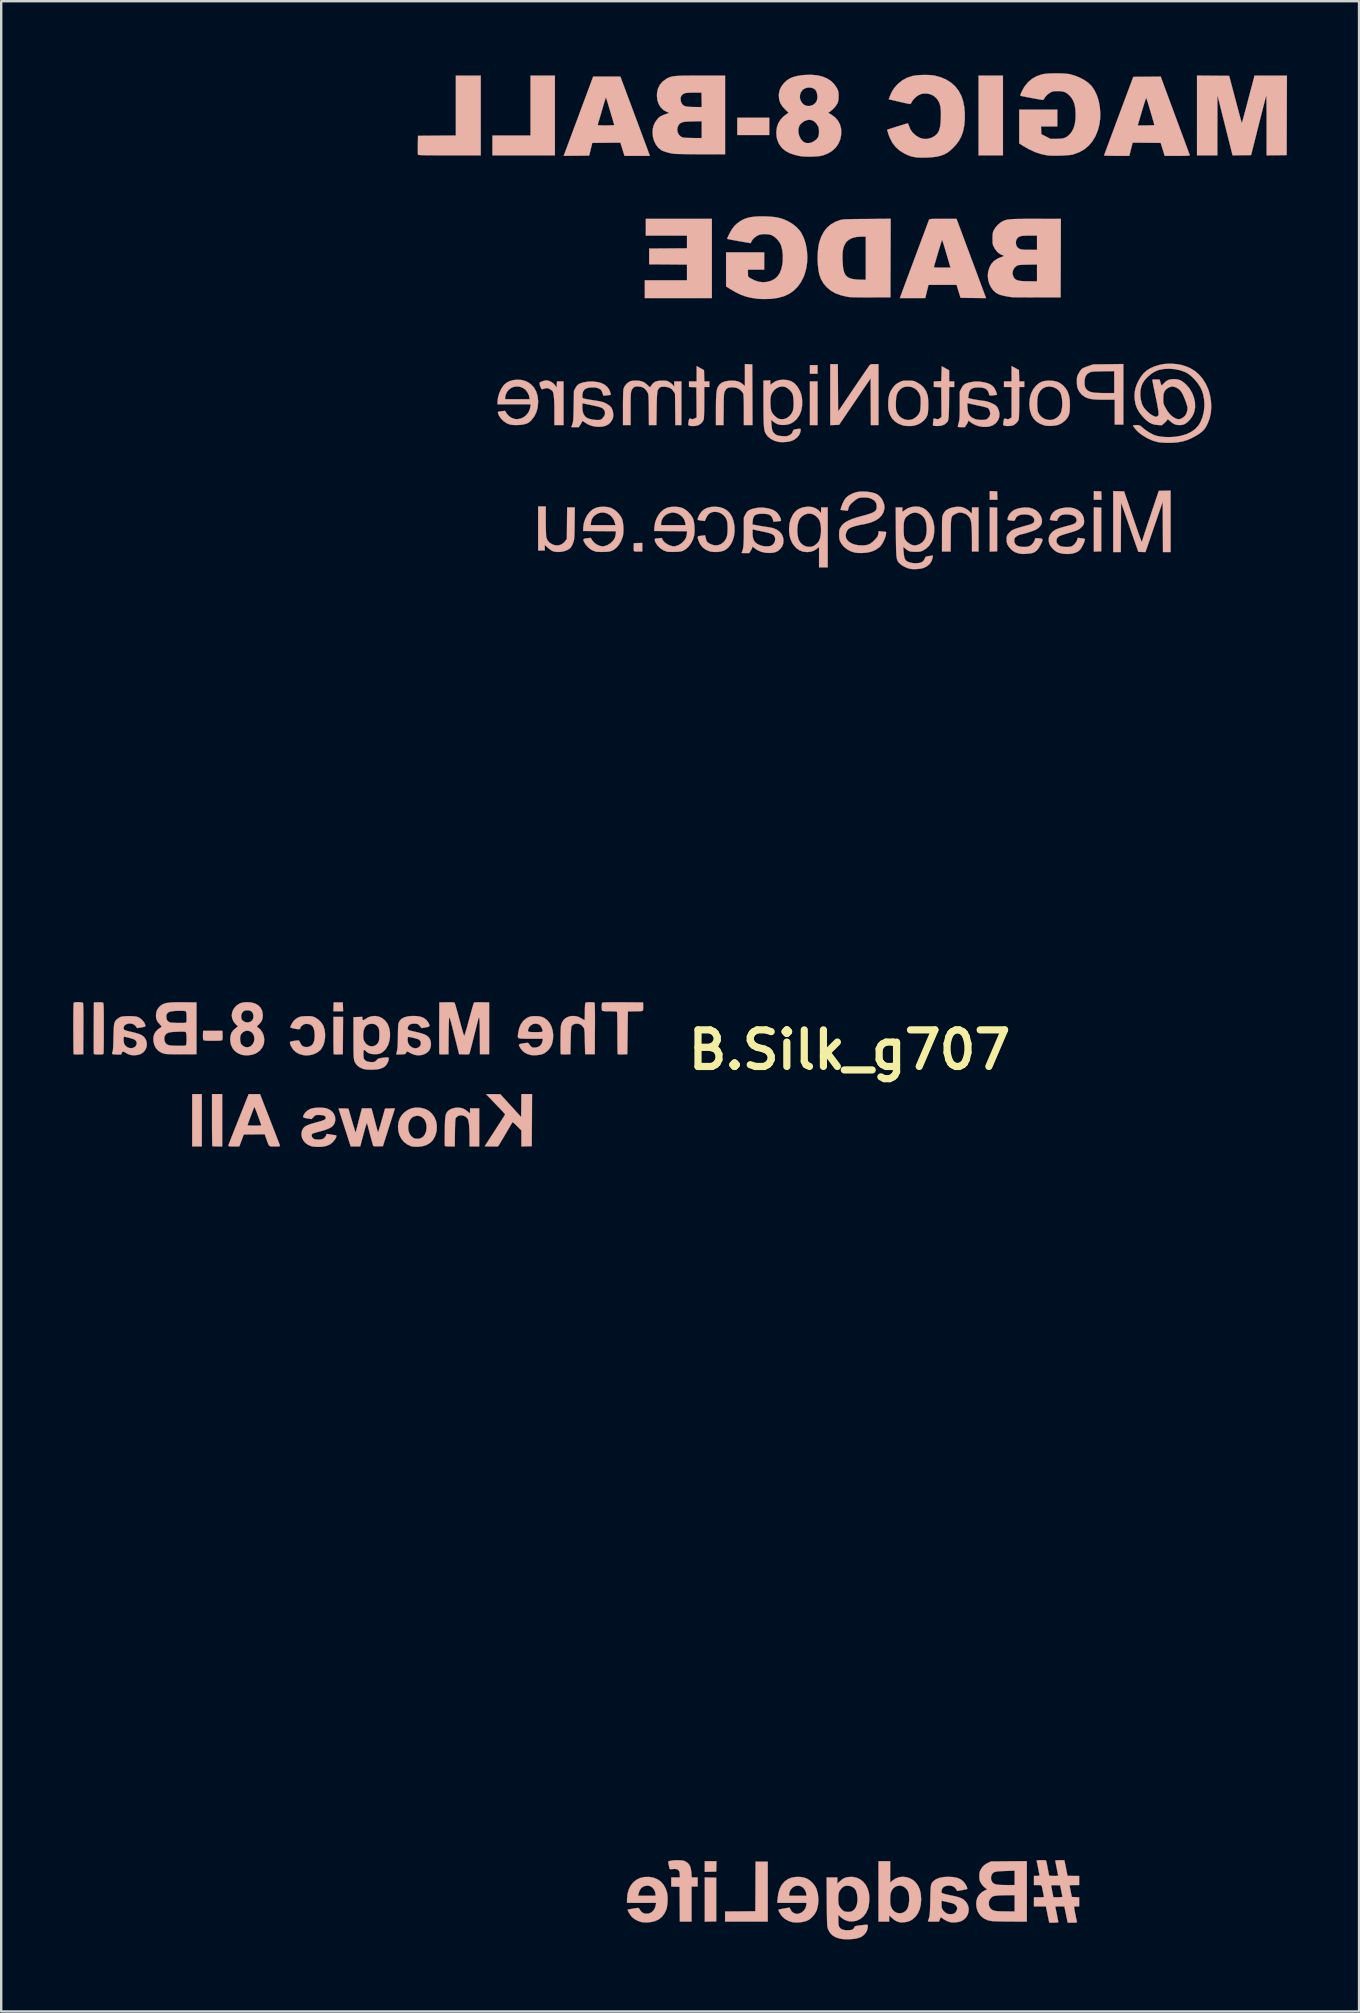
<source format=kicad_pcb>
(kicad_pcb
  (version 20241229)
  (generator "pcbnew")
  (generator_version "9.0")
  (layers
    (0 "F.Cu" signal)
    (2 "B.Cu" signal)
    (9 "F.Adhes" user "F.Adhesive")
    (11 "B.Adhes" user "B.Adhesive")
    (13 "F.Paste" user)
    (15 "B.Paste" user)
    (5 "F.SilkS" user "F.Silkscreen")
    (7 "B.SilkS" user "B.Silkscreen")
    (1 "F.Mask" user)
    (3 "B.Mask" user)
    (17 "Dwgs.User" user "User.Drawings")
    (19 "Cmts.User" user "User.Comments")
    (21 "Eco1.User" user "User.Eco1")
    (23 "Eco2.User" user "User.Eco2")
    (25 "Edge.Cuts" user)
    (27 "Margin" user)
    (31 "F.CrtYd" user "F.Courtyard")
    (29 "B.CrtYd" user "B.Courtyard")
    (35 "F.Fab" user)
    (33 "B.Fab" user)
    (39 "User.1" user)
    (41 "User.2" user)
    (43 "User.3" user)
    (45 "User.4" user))
  (footprint "B.Silk_g707"
    (layer "F.Cu")
    (at 32.348 40.697)
    (property "Reference" "B.Silk_g707" (at 0 0 0) (layer "F.SilkS") (effects (font (size 1.524 1.524) (thickness 0.3))))
    (attr through_hole)
    (fp_poly (pts (xy -26.988 4.022) (xy -27.39 4.022) (xy -27.39 1.841) (xy -26.988 1.841) (xy -26.988 4.022)) (stroke (width 0.01) (type solid)) (fill yes) (layer "B.SilkS"))
    (fp_poly (pts (xy -5.556 34.491) (xy -5.556 36.311) (xy -6.032 36.323) (xy -6.032 34.479) (xy -5.556 34.491)) (stroke (width 0.01) (type solid)) (fill yes) (layer "B.SilkS"))
    (fp_poly (pts (xy -3.344 -38.121) (xy -4.678 -38.121) (xy -4.678 -38.841) (xy -3.344 -38.841) (xy -3.344 -38.121)) (stroke (width 0.01) (type solid)) (fill yes) (layer "B.SilkS"))
    (fp_poly (pts (xy -1.333 -28.173) (xy -1.651 -28.173) (xy -1.651 -28.533) (xy -1.333 -28.533) (xy -1.333 -28.173)) (stroke (width 0.01) (type solid)) (fill yes) (layer "B.SilkS"))
    (fp_poly (pts (xy -1.333 -26.035) (xy -1.651 -26.035) (xy -1.651 -27.855) (xy -1.333 -27.855) (xy -1.333 -26.035)) (stroke (width 0.01) (type solid)) (fill yes) (layer "B.SilkS"))
    (fp_poly (pts (xy 6.392 -37.275) (xy 5.376 -37.275) (xy 5.376 -40.598) (xy 6.392 -40.598) (xy 6.392 -37.275)) (stroke (width 0.01) (type solid)) (fill yes) (layer "B.SilkS"))
    (fp_poly (pts (xy -21.108 -1.794) (xy -21.102 -1.609) (xy -21.507 -1.609) (xy -21.501 -1.794) (xy -21.495 -1.979) (xy -21.114 -1.979) (xy -21.108 -1.794)) (stroke (width 0.01) (type solid)) (fill yes) (layer "B.SilkS"))
    (fp_poly (pts (xy -12.277 -37.275) (xy -14.88 -37.275) (xy -14.88 -38.1) (xy -13.293 -38.1) (xy -13.293 -40.598) (xy -12.277 -40.598) (xy -12.277 -37.275)) (stroke (width 0.01) (type solid)) (fill yes) (layer "B.SilkS"))
    (fp_poly (pts (xy -5.55 34.02) (xy -5.556 34.237) (xy -5.794 34.243) (xy -6.032 34.249) (xy -6.032 33.803) (xy -5.544 33.803) (xy -5.55 34.02)) (stroke (width 0.01) (type solid)) (fill yes) (layer "B.SilkS"))
    (fp_poly (pts (xy 5.995 -23.279) (xy 6.149 -23.273) (xy 6.155 -23.098) (xy 6.161 -22.924) (xy 5.842 -22.924) (xy 5.842 -23.285) (xy 5.995 -23.279)) (stroke (width 0.01) (type solid)) (fill yes) (layer "B.SilkS"))
    (fp_poly (pts (xy 5.995 -22.602) (xy 6.149 -22.595) (xy 6.149 -20.775) (xy 5.995 -20.769) (xy 5.842 -20.763) (xy 5.842 -22.608) (xy 5.995 -22.602)) (stroke (width 0.01) (type solid)) (fill yes) (layer "B.SilkS"))
    (fp_poly (pts (xy 10.335 -23.279) (xy 10.488 -23.273) (xy 10.494 -23.098) (xy 10.5 -22.924) (xy 10.181 -22.924) (xy 10.181 -23.285) (xy 10.335 -23.279)) (stroke (width 0.01) (type solid)) (fill yes) (layer "B.SilkS"))
    (fp_poly (pts (xy 10.335 -22.602) (xy 10.488 -22.595) (xy 10.488 -20.775) (xy 10.335 -20.769) (xy 10.181 -20.763) (xy 10.181 -22.608) (xy 10.335 -22.602)) (stroke (width 0.01) (type solid)) (fill yes) (layer "B.SilkS"))
    (fp_poly (pts (xy -3.408 36.322) (xy -5.186 36.322) (xy -5.186 35.899) (xy -4.556 35.894) (xy -3.926 35.888) (xy -3.915 33.824) (xy -3.408 33.824) (xy -3.408 36.322)) (stroke (width 0.01) (type solid)) (fill yes) (layer "B.SilkS"))
    (fp_poly (pts (xy -8.636 -20.765) (xy -8.806 -20.765) (xy -8.9 -20.767) (xy -8.958 -20.775) (xy -8.985 -20.789) (xy -8.987 -20.793) (xy -8.992 -20.828) (xy -8.993 -20.891) (xy -8.992 -20.968) (xy -8.985 -21.114) (xy -8.811 -21.12) (xy -8.636 -21.126) (xy -8.636 -20.765)) (stroke (width 0.01) (type solid)) (fill yes) (layer "B.SilkS"))
    (fp_poly (pts (xy -5.736 -31.327) (xy -8.53 -31.327) (xy -8.53 -32.068) (xy -6.773 -32.068) (xy -6.773 -32.723) (xy -7.562 -32.729) (xy -8.35 -32.734) (xy -8.35 -33.39) (xy -7.562 -33.396) (xy -6.773 -33.402) (xy -6.773 -33.93) (xy -8.488 -33.93) (xy -8.488 -34.629) (xy -5.736 -34.629) (xy -5.736 -31.327)) (stroke (width 0.01) (type solid)) (fill yes) (layer "B.SilkS"))
    (fp_poly (pts (xy -21.108 -0.598) (xy -21.114 0.18) (xy -21.295 0.186) (xy -21.378 0.187) (xy -21.446 0.185) (xy -21.485 0.18) (xy -21.49 0.177) (xy -21.494 0.153) (xy -21.497 0.092) (xy -21.5 -0.002) (xy -21.502 -0.124) (xy -21.504 -0.269) (xy -21.505 -0.432) (xy -21.505 -0.607) (xy -21.505 -1.376) (xy -21.103 -1.376) (xy -21.108 -0.598)) (stroke (width 0.01) (type solid)) (fill yes) (layer "B.SilkS"))
    (fp_poly (pts (xy -26.141 4.022) (xy -26.338 4.022) (xy -26.426 4.02) (xy -26.497 4.016) (xy -26.541 4.011) (xy -26.55 4.008) (xy -26.553 3.984) (xy -26.555 3.923) (xy -26.558 3.827) (xy -26.56 3.701) (xy -26.561 3.549) (xy -26.563 3.374) (xy -26.564 3.182) (xy -26.564 2.975) (xy -26.564 2.917) (xy -26.564 1.841) (xy -26.141 1.841) (xy -26.141 4.022)) (stroke (width 0.01) (type solid)) (fill yes) (layer "B.SilkS"))
    (fp_poly (pts (xy -26.124 -0.617) (xy -26.124 -0.514) (xy -26.131 -0.442) (xy -26.143 -0.411) (xy -26.161 -0.399) (xy -26.198 -0.391) (xy -26.258 -0.386) (xy -26.348 -0.382) (xy -26.473 -0.381) (xy -26.532 -0.381) (xy -26.672 -0.382) (xy -26.775 -0.384) (xy -26.847 -0.389) (xy -26.892 -0.396) (xy -26.917 -0.406) (xy -26.922 -0.411) (xy -26.935 -0.451) (xy -26.941 -0.527) (xy -26.941 -0.617) (xy -26.935 -0.794) (xy -26.13 -0.794) (xy -26.124 -0.617)) (stroke (width 0.01) (type solid)) (fill yes) (layer "B.SilkS"))
    (fp_poly (pts (xy -15.367 -37.275) (xy -16.669 -37.275) (xy -16.946 -37.275) (xy -17.183 -37.275) (xy -17.384 -37.276) (xy -17.55 -37.277) (xy -17.684 -37.279) (xy -17.79 -37.282) (xy -17.87 -37.285) (xy -17.926 -37.289) (xy -17.962 -37.293) (xy -17.979 -37.299) (xy -17.982 -37.302) (xy -17.985 -37.331) (xy -17.987 -37.395) (xy -17.988 -37.487) (xy -17.988 -37.599) (xy -17.987 -37.709) (xy -17.981 -38.089) (xy -17.193 -38.095) (xy -16.404 -38.101) (xy -16.404 -40.598) (xy -15.367 -40.598) (xy -15.367 -37.275)) (stroke (width 0.01) (type solid)) (fill yes) (layer "B.SilkS"))
    (fp_poly (pts (xy -0.482 -27.588) (xy -0.476 -26.601) (xy 0.167 -27.551) (xy 0.289 -27.731) (xy 0.405 -27.902) (xy 0.512 -28.059) (xy 0.608 -28.2) (xy 0.691 -28.321) (xy 0.758 -28.418) (xy 0.807 -28.489) (xy 0.836 -28.53) (xy 0.843 -28.538) (xy 0.869 -28.558) (xy 0.912 -28.569) (xy 0.982 -28.574) (xy 1.04 -28.575) (xy 1.206 -28.575) (xy 1.206 -26.035) (xy 0.889 -26.035) (xy 0.878 -27.982) (xy 0.222 -27.014) (xy -0.435 -26.046) (xy -0.62 -26.039) (xy -0.804 -26.033) (xy -0.804 -28.575) (xy -0.487 -28.575) (xy -0.482 -27.588)) (stroke (width 0.01) (type solid)) (fill yes) (layer "B.SilkS"))
    (fp_poly (pts (xy -12.53 -27.88) (xy -12.428 -27.833) (xy -12.334 -27.765) (xy -12.272 -27.696) (xy -12.203 -27.597) (xy -12.196 -27.726) (xy -12.19 -27.855) (xy -11.917 -27.855) (xy -11.917 -26.035) (xy -12.298 -26.035) (xy -12.298 -26.578) (xy -12.299 -26.807) (xy -12.304 -26.997) (xy -12.313 -27.151) (xy -12.325 -27.271) (xy -12.341 -27.361) (xy -12.361 -27.424) (xy -12.372 -27.444) (xy -12.406 -27.479) (xy -12.463 -27.52) (xy -12.496 -27.538) (xy -12.546 -27.563) (xy -12.588 -27.575) (xy -12.634 -27.574) (xy -12.695 -27.561) (xy -12.782 -27.533) (xy -12.806 -27.525) (xy -12.83 -27.537) (xy -12.857 -27.579) (xy -12.884 -27.638) (xy -12.905 -27.702) (xy -12.916 -27.76) (xy -12.913 -27.799) (xy -12.91 -27.804) (xy -12.872 -27.831) (xy -12.806 -27.858) (xy -12.73 -27.881) (xy -12.658 -27.895) (xy -12.627 -27.897) (xy -12.53 -27.88)) (stroke (width 0.01) (type solid)) (fill yes) (layer "B.SilkS"))
    (fp_poly (pts (xy -32.108 -1.99) (xy -32.032 -1.984) (xy -31.972 -1.974) (xy -31.943 -1.961) (xy -31.937 -1.94) (xy -31.932 -1.891) (xy -31.928 -1.812) (xy -31.926 -1.701) (xy -31.924 -1.557) (xy -31.923 -1.376) (xy -31.923 -1.157) (xy -31.924 -0.898) (xy -31.924 -0.876) (xy -31.93 0.18) (xy -32.121 0.186) (xy -32.208 0.187) (xy -32.277 0.185) (xy -32.32 0.18) (xy -32.328 0.177) (xy -32.331 0.154) (xy -32.333 0.092) (xy -32.336 -0.004) (xy -32.338 -0.13) (xy -32.34 -0.282) (xy -32.341 -0.456) (xy -32.342 -0.648) (xy -32.343 -0.854) (xy -32.343 -0.901) (xy -32.343 -1.142) (xy -32.342 -1.345) (xy -32.341 -1.511) (xy -32.34 -1.646) (xy -32.338 -1.752) (xy -32.336 -1.833) (xy -32.332 -1.892) (xy -32.328 -1.932) (xy -32.322 -1.958) (xy -32.316 -1.972) (xy -32.309 -1.977) (xy -32.26 -1.987) (xy -32.189 -1.991) (xy -32.108 -1.99)) (stroke (width 0.01) (type solid)) (fill yes) (layer "B.SilkS"))
    (fp_poly (pts (xy 13.377 -20.743) (xy 13.06 -20.743) (xy 13.055 -21.794) (xy 13.049 -22.844) (xy 12.689 -21.793) (xy 12.33 -20.742) (xy 12.033 -20.754) (xy 11.673 -21.783) (xy 11.314 -22.813) (xy 11.308 -21.778) (xy 11.303 -20.743) (xy 10.986 -20.743) (xy 10.986 -23.285) (xy 11.213 -23.279) (xy 11.441 -23.273) (xy 11.748 -22.373) (xy 11.836 -22.117) (xy 11.911 -21.898) (xy 11.974 -21.714) (xy 12.027 -21.562) (xy 12.07 -21.44) (xy 12.105 -21.344) (xy 12.132 -21.272) (xy 12.152 -21.222) (xy 12.167 -21.19) (xy 12.177 -21.175) (xy 12.183 -21.172) (xy 12.187 -21.181) (xy 12.188 -21.188) (xy 12.196 -21.218) (xy 12.216 -21.284) (xy 12.247 -21.382) (xy 12.288 -21.508) (xy 12.337 -21.658) (xy 12.393 -21.828) (xy 12.455 -22.015) (xy 12.522 -22.213) (xy 12.54 -22.267) (xy 12.885 -23.294) (xy 13.131 -23.3) (xy 13.377 -23.306) (xy 13.377 -20.743)) (stroke (width 0.01) (type solid)) (fill yes) (layer "B.SilkS"))
    (fp_poly (pts (xy -31.134 -1.978) (xy -31.102 -1.967) (xy -31.095 -1.955) (xy -31.09 -1.931) (xy -31.085 -1.89) (xy -31.081 -1.829) (xy -31.078 -1.746) (xy -31.076 -1.636) (xy -31.074 -1.497) (xy -31.073 -1.325) (xy -31.073 -1.117) (xy -31.073 -0.909) (xy -31.073 -0.703) (xy -31.074 -0.51) (xy -31.075 -0.333) (xy -31.076 -0.176) (xy -31.078 -0.045) (xy -31.08 0.057) (xy -31.083 0.125) (xy -31.085 0.156) (xy -31.086 0.157) (xy -31.1 0.174) (xy -31.132 0.184) (xy -31.191 0.189) (xy -31.284 0.19) (xy -31.287 0.191) (xy -31.391 0.188) (xy -31.455 0.18) (xy -31.484 0.167) (xy -31.486 0.164) (xy -31.488 0.138) (xy -31.49 0.074) (xy -31.491 -0.024) (xy -31.492 -0.152) (xy -31.492 -0.305) (xy -31.492 -0.481) (xy -31.492 -0.674) (xy -31.491 -0.88) (xy -31.491 -0.921) (xy -31.485 -1.979) (xy -31.309 -1.985) (xy -31.205 -1.986) (xy -31.134 -1.978)) (stroke (width 0.01) (type solid)) (fill yes) (layer "B.SilkS"))
    (fp_poly (pts (xy -7.111 33.764) (xy -7.011 33.77) (xy -6.94 33.778) (xy -6.886 33.793) (xy -6.837 33.816) (xy -6.804 33.836) (xy -6.722 33.898) (xy -6.663 33.975) (xy -6.623 34.073) (xy -6.599 34.2) (xy -6.591 34.285) (xy -6.577 34.48) (xy -6.329 34.48) (xy -6.329 34.861) (xy -6.583 34.861) (xy -6.583 36.322) (xy -7.069 36.322) (xy -7.075 35.597) (xy -7.08 34.872) (xy -7.429 34.86) (xy -7.429 34.48) (xy -7.07 34.48) (xy -7.07 34.388) (xy -7.08 34.274) (xy -7.112 34.194) (xy -7.171 34.146) (xy -7.258 34.126) (xy -7.366 34.13) (xy -7.436 34.136) (xy -7.475 34.135) (xy -7.494 34.122) (xy -7.503 34.096) (xy -7.503 34.095) (xy -7.531 33.968) (xy -7.549 33.881) (xy -7.556 33.834) (xy -7.556 33.831) (xy -7.537 33.81) (xy -7.483 33.792) (xy -7.402 33.777) (xy -7.302 33.767) (xy -7.191 33.763) (xy -7.111 33.764)) (stroke (width 0.01) (type solid)) (fill yes) (layer "B.SilkS"))
    (fp_poly (pts (xy -6.064 -28.323) (xy -6.058 -28.089) (xy -6.052 -27.855) (xy -5.842 -27.855) (xy -5.842 -27.622) (xy -6.054 -27.622) (xy -6.054 -26.993) (xy -6.055 -26.829) (xy -6.057 -26.676) (xy -6.06 -26.539) (xy -6.063 -26.425) (xy -6.068 -26.339) (xy -6.072 -26.288) (xy -6.074 -26.281) (xy -6.116 -26.185) (xy -6.193 -26.099) (xy -6.296 -26.033) (xy -6.297 -26.033) (xy -6.375 -26.009) (xy -6.474 -25.996) (xy -6.574 -25.995) (xy -6.659 -26.007) (xy -6.683 -26.014) (xy -6.717 -26.039) (xy -6.722 -26.082) (xy -6.721 -26.092) (xy -6.711 -26.155) (xy -6.7 -26.226) (xy -6.699 -26.231) (xy -6.681 -26.289) (xy -6.648 -26.31) (xy -6.594 -26.295) (xy -6.582 -26.288) (xy -6.543 -26.279) (xy -6.491 -26.294) (xy -6.456 -26.31) (xy -6.371 -26.354) (xy -6.376 -26.983) (xy -6.382 -27.612) (xy -6.689 -27.624) (xy -6.689 -27.855) (xy -6.371 -27.855) (xy -6.371 -28.494) (xy -6.064 -28.323)) (stroke (width 0.01) (type solid)) (fill yes) (layer "B.SilkS"))
    (fp_poly (pts (xy 6.906 -28.41) (xy 7.059 -28.326) (xy 7.065 -28.09) (xy 7.071 -27.855) (xy 7.281 -27.855) (xy 7.281 -27.622) (xy 7.07 -27.622) (xy 7.07 -26.982) (xy 7.069 -26.816) (xy 7.067 -26.661) (xy 7.064 -26.524) (xy 7.06 -26.41) (xy 7.055 -26.324) (xy 7.05 -26.274) (xy 7.049 -26.267) (xy 7.008 -26.185) (xy 6.937 -26.107) (xy 6.848 -26.043) (xy 6.811 -26.025) (xy 6.737 -26.006) (xy 6.643 -25.996) (xy 6.547 -25.996) (xy 6.466 -26.007) (xy 6.44 -26.014) (xy 6.406 -26.039) (xy 6.401 -26.082) (xy 6.402 -26.092) (xy 6.412 -26.155) (xy 6.423 -26.226) (xy 6.424 -26.231) (xy 6.44 -26.287) (xy 6.469 -26.308) (xy 6.52 -26.298) (xy 6.549 -26.286) (xy 6.59 -26.275) (xy 6.632 -26.285) (xy 6.677 -26.309) (xy 6.752 -26.356) (xy 6.752 -27.622) (xy 6.435 -27.622) (xy 6.435 -27.855) (xy 6.752 -27.855) (xy 6.752 -28.494) (xy 6.906 -28.41)) (stroke (width 0.01) (type solid)) (fill yes) (layer "B.SilkS"))
    (fp_poly (pts (xy 3.995 -28.401) (xy 4.149 -28.317) (xy 4.149 -27.855) (xy 4.36 -27.855) (xy 4.36 -27.622) (xy 4.149 -27.622) (xy 4.147 -27.088) (xy 4.146 -26.93) (xy 4.144 -26.776) (xy 4.141 -26.633) (xy 4.137 -26.511) (xy 4.132 -26.418) (xy 4.129 -26.378) (xy 4.119 -26.287) (xy 4.106 -26.225) (xy 4.086 -26.182) (xy 4.057 -26.144) (xy 4.052 -26.14) (xy 3.946 -26.056) (xy 3.821 -26.008) (xy 3.682 -25.995) (xy 3.604 -25.998) (xy 3.539 -26.003) (xy 3.506 -26.008) (xy 3.482 -26.02) (xy 3.474 -26.048) (xy 3.478 -26.104) (xy 3.479 -26.114) (xy 3.488 -26.186) (xy 3.492 -26.248) (xy 3.493 -26.263) (xy 3.498 -26.299) (xy 3.524 -26.308) (xy 3.551 -26.304) (xy 3.612 -26.29) (xy 3.653 -26.279) (xy 3.7 -26.281) (xy 3.759 -26.316) (xy 3.765 -26.321) (xy 3.832 -26.378) (xy 3.826 -26.995) (xy 3.821 -27.612) (xy 3.667 -27.618) (xy 3.514 -27.624) (xy 3.514 -27.853) (xy 3.667 -27.86) (xy 3.821 -27.866) (xy 3.842 -28.486) (xy 3.995 -28.401)) (stroke (width 0.01) (type solid)) (fill yes) (layer "B.SilkS"))
    (fp_poly (pts (xy -12.657 -22.05) (xy -12.656 -21.887) (xy -12.654 -21.734) (xy -12.65 -21.598) (xy -12.646 -21.486) (xy -12.641 -21.404) (xy -12.635 -21.358) (xy -12.587 -21.237) (xy -12.505 -21.14) (xy -12.388 -21.067) (xy -12.388 -21.066) (xy -12.254 -21.025) (xy -12.125 -21.025) (xy -12.005 -21.063) (xy -11.9 -21.139) (xy -11.843 -21.206) (xy -11.779 -21.297) (xy -11.773 -21.952) (xy -11.766 -22.606) (xy -11.448 -22.606) (xy -11.455 -21.945) (xy -11.457 -21.76) (xy -11.459 -21.612) (xy -11.462 -21.495) (xy -11.465 -21.405) (xy -11.47 -21.335) (xy -11.476 -21.28) (xy -11.485 -21.235) (xy -11.495 -21.194) (xy -11.509 -21.152) (xy -11.519 -21.124) (xy -11.563 -21.02) (xy -11.609 -20.945) (xy -11.655 -20.896) (xy -11.759 -20.829) (xy -11.889 -20.781) (xy -12.034 -20.753) (xy -12.18 -20.747) (xy -12.316 -20.766) (xy -12.357 -20.779) (xy -12.418 -20.809) (xy -12.492 -20.86) (xy -12.566 -20.921) (xy -12.574 -20.928) (xy -12.7 -21.044) (xy -12.7 -20.807) (xy -12.975 -20.807) (xy -12.975 -22.648) (xy -12.658 -22.648) (xy -12.657 -22.05)) (stroke (width 0.01) (type solid)) (fill yes) (layer "B.SilkS"))
    (fp_poly (pts (xy -4.207 -28.571) (xy -4.053 -28.564) (xy -4.043 -26.035) (xy -4.403 -26.035) (xy -4.403 -26.644) (xy -4.404 -26.813) (xy -4.406 -26.969) (xy -4.409 -27.104) (xy -4.414 -27.213) (xy -4.419 -27.29) (xy -4.424 -27.33) (xy -4.463 -27.406) (xy -4.533 -27.482) (xy -4.621 -27.547) (xy -4.676 -27.575) (xy -4.759 -27.598) (xy -4.861 -27.608) (xy -4.965 -27.606) (xy -5.053 -27.59) (xy -5.074 -27.583) (xy -5.138 -27.537) (xy -5.19 -27.456) (xy -5.204 -27.427) (xy -5.215 -27.398) (xy -5.223 -27.364) (xy -5.23 -27.319) (xy -5.234 -27.259) (xy -5.238 -27.178) (xy -5.241 -27.072) (xy -5.243 -26.935) (xy -5.245 -26.763) (xy -5.245 -26.696) (xy -5.252 -26.035) (xy -5.567 -26.035) (xy -5.567 -26.654) (xy -5.566 -26.879) (xy -5.563 -27.066) (xy -5.557 -27.22) (xy -5.549 -27.344) (xy -5.537 -27.443) (xy -5.522 -27.521) (xy -5.503 -27.583) (xy -5.491 -27.614) (xy -5.422 -27.719) (xy -5.326 -27.798) (xy -5.202 -27.851) (xy -5.046 -27.88) (xy -4.9 -27.886) (xy -4.754 -27.878) (xy -4.636 -27.851) (xy -4.533 -27.801) (xy -4.439 -27.729) (xy -4.36 -27.66) (xy -4.36 -28.577) (xy -4.207 -28.571)) (stroke (width 0.01) (type solid)) (fill yes) (layer "B.SilkS"))
    (fp_poly (pts (xy -16.209 2.414) (xy -16.098 2.444) (xy -15.994 2.502) (xy -15.926 2.553) (xy -15.812 2.646) (xy -15.812 2.434) (xy -15.431 2.434) (xy -15.431 4.022) (xy -15.833 4.022) (xy -15.834 3.688) (xy -15.836 3.457) (xy -15.843 3.266) (xy -15.855 3.112) (xy -15.871 2.994) (xy -15.892 2.91) (xy -15.917 2.858) (xy -15.989 2.786) (xy -16.078 2.741) (xy -16.174 2.724) (xy -16.268 2.736) (xy -16.35 2.775) (xy -16.409 2.842) (xy -16.418 2.871) (xy -16.425 2.927) (xy -16.432 3.013) (xy -16.436 3.132) (xy -16.44 3.286) (xy -16.443 3.455) (xy -16.45 4.022) (xy -16.65 4.022) (xy -16.749 4.02) (xy -16.812 4.015) (xy -16.848 4.005) (xy -16.862 3.991) (xy -16.865 3.962) (xy -16.867 3.897) (xy -16.868 3.801) (xy -16.868 3.68) (xy -16.867 3.54) (xy -16.865 3.386) (xy -16.865 3.372) (xy -16.862 3.185) (xy -16.858 3.035) (xy -16.853 2.917) (xy -16.845 2.825) (xy -16.835 2.754) (xy -16.822 2.698) (xy -16.804 2.652) (xy -16.782 2.611) (xy -16.76 2.578) (xy -16.694 2.514) (xy -16.598 2.46) (xy -16.484 2.422) (xy -16.365 2.405) (xy -16.342 2.405) (xy -16.209 2.414)) (stroke (width 0.01) (type solid)) (fill yes) (layer "B.SilkS"))
    (fp_poly (pts (xy -13.24 4.011) (xy -13.674 4.023) (xy -13.674 3.354) (xy -13.853 3.176) (xy -13.923 3.107) (xy -13.982 3.053) (xy -14.023 3.017) (xy -14.041 3.007) (xy -14.041 3.007) (xy -14.054 3.027) (xy -14.085 3.079) (xy -14.131 3.157) (xy -14.19 3.256) (xy -14.257 3.371) (xy -14.31 3.461) (xy -14.384 3.588) (xy -14.454 3.706) (xy -14.515 3.809) (xy -14.564 3.891) (xy -14.598 3.945) (xy -14.61 3.963) (xy -14.65 4.022) (xy -14.924 4.022) (xy -15.026 4.021) (xy -15.111 4.019) (xy -15.17 4.017) (xy -15.197 4.013) (xy -15.198 4.013) (xy -15.187 3.994) (xy -15.155 3.943) (xy -15.105 3.865) (xy -15.04 3.764) (xy -14.962 3.642) (xy -14.873 3.506) (xy -14.777 3.358) (xy -14.774 3.354) (xy -14.678 3.205) (xy -14.589 3.067) (xy -14.511 2.945) (xy -14.445 2.841) (xy -14.395 2.76) (xy -14.363 2.707) (xy -14.351 2.685) (xy -14.351 2.685) (xy -14.365 2.665) (xy -14.405 2.619) (xy -14.466 2.552) (xy -14.544 2.469) (xy -14.636 2.373) (xy -14.695 2.312) (xy -14.796 2.208) (xy -14.89 2.11) (xy -14.971 2.025) (xy -15.036 1.958) (xy -15.079 1.912) (xy -15.09 1.9) (xy -15.142 1.841) (xy -14.847 1.843) (xy -14.552 1.845) (xy -14.118 2.32) (xy -13.684 2.796) (xy -13.673 1.841) (xy -13.229 1.841) (xy -13.24 4.011)) (stroke (width 0.01) (type solid)) (fill yes) (layer "B.SilkS"))
    (fp_poly (pts (xy -17.883 2.411) (xy -17.824 2.422) (xy -17.669 2.466) (xy -17.541 2.533) (xy -17.427 2.63) (xy -17.394 2.665) (xy -17.294 2.807) (xy -17.228 2.971) (xy -17.197 3.151) (xy -17.202 3.341) (xy -17.217 3.426) (xy -17.273 3.604) (xy -17.358 3.752) (xy -17.473 3.87) (xy -17.617 3.957) (xy -17.788 4.012) (xy -17.981 4.035) (xy -18.132 4.034) (xy -18.247 4.017) (xy -18.27 4.011) (xy -18.429 3.939) (xy -18.566 3.834) (xy -18.675 3.702) (xy -18.755 3.546) (xy -18.802 3.372) (xy -18.81 3.247) (xy -18.39 3.247) (xy -18.375 3.374) (xy -18.336 3.488) (xy -18.272 3.581) (xy -18.262 3.591) (xy -18.21 3.637) (xy -18.162 3.672) (xy -18.15 3.68) (xy -18.09 3.697) (xy -18.007 3.703) (xy -17.923 3.695) (xy -17.871 3.682) (xy -17.774 3.623) (xy -17.7 3.533) (xy -17.649 3.417) (xy -17.625 3.28) (xy -17.629 3.129) (xy -17.636 3.087) (xy -17.675 2.962) (xy -17.742 2.863) (xy -17.829 2.792) (xy -17.931 2.751) (xy -18.04 2.744) (xy -18.152 2.774) (xy -18.223 2.814) (xy -18.298 2.892) (xy -18.351 2.996) (xy -18.382 3.118) (xy -18.39 3.247) (xy -18.81 3.247) (xy -18.814 3.185) (xy -18.813 3.168) (xy -18.789 2.991) (xy -18.734 2.839) (xy -18.645 2.704) (xy -18.561 2.615) (xy -18.412 2.505) (xy -18.249 2.433) (xy -18.072 2.402) (xy -17.883 2.411)) (stroke (width 0.01) (type solid)) (fill yes) (layer "B.SilkS"))
    (fp_poly (pts (xy 11.409 -26.056) (xy 11.049 -26.056) (xy 11.049 -27.093) (xy 10.61 -27.094) (xy 10.419 -27.095) (xy 10.264 -27.101) (xy 10.137 -27.111) (xy 10.033 -27.127) (xy 9.944 -27.15) (xy 9.864 -27.18) (xy 9.795 -27.215) (xy 9.675 -27.303) (xy 9.576 -27.425) (xy 9.52 -27.531) (xy 9.497 -27.591) (xy 9.483 -27.656) (xy 9.475 -27.739) (xy 9.474 -27.813) (xy 9.791 -27.813) (xy 9.798 -27.688) (xy 9.824 -27.593) (xy 9.873 -27.521) (xy 9.925 -27.476) (xy 9.982 -27.442) (xy 10.05 -27.415) (xy 10.134 -27.396) (xy 10.241 -27.382) (xy 10.375 -27.374) (xy 10.544 -27.37) (xy 10.62 -27.37) (xy 11.028 -27.369) (xy 11.028 -28.283) (xy 10.557 -28.275) (xy 10.402 -28.272) (xy 10.283 -28.269) (xy 10.194 -28.265) (xy 10.128 -28.26) (xy 10.079 -28.252) (xy 10.04 -28.242) (xy 10.006 -28.228) (xy 9.987 -28.219) (xy 9.898 -28.158) (xy 9.838 -28.074) (xy 9.802 -27.962) (xy 9.791 -27.817) (xy 9.791 -27.813) (xy 9.474 -27.813) (xy 9.473 -27.845) (xy 9.473 -27.943) (xy 9.477 -28.012) (xy 9.488 -28.065) (xy 9.507 -28.115) (xy 9.54 -28.176) (xy 9.552 -28.198) (xy 9.598 -28.273) (xy 9.646 -28.339) (xy 9.685 -28.381) (xy 9.687 -28.383) (xy 9.731 -28.408) (xy 9.803 -28.441) (xy 9.892 -28.475) (xy 9.946 -28.494) (xy 10.149 -28.562) (xy 10.779 -28.57) (xy 11.409 -28.579) (xy 11.409 -26.056)) (stroke (width 0.01) (type solid)) (fill yes) (layer "B.SilkS"))
    (fp_poly (pts (xy 1.693 34.696) (xy 1.79 34.61) (xy 1.92 34.523) (xy 2.066 34.471) (xy 2.22 34.453) (xy 2.376 34.47) (xy 2.527 34.52) (xy 2.665 34.603) (xy 2.744 34.675) (xy 2.848 34.812) (xy 2.923 34.974) (xy 2.968 35.164) (xy 2.984 35.384) (xy 2.984 35.401) (xy 2.968 35.617) (xy 2.921 35.812) (xy 2.845 35.981) (xy 2.741 36.124) (xy 2.611 36.236) (xy 2.509 36.293) (xy 2.393 36.331) (xy 2.264 36.352) (xy 2.139 36.354) (xy 2.068 36.342) (xy 1.962 36.306) (xy 1.865 36.251) (xy 1.763 36.167) (xy 1.754 36.158) (xy 1.651 36.062) (xy 1.651 36.322) (xy 1.206 36.322) (xy 1.206 35.426) (xy 1.692 35.426) (xy 1.696 35.533) (xy 1.705 35.622) (xy 1.713 35.661) (xy 1.767 35.786) (xy 1.846 35.881) (xy 1.943 35.945) (xy 2.052 35.974) (xy 2.169 35.966) (xy 2.266 35.93) (xy 2.356 35.861) (xy 2.422 35.76) (xy 2.464 35.625) (xy 2.484 35.456) (xy 2.486 35.391) (xy 2.481 35.251) (xy 2.465 35.142) (xy 2.433 35.054) (xy 2.385 34.977) (xy 2.363 34.952) (xy 2.269 34.872) (xy 2.165 34.829) (xy 2.057 34.821) (xy 1.952 34.846) (xy 1.857 34.903) (xy 1.779 34.988) (xy 1.724 35.101) (xy 1.715 35.132) (xy 1.702 35.211) (xy 1.695 35.313) (xy 1.692 35.426) (xy 1.206 35.426) (xy 1.206 33.803) (xy 1.693 33.803) (xy 1.693 34.696)) (stroke (width 0.01) (type solid)) (fill yes) (layer "B.SilkS"))
    (fp_poly (pts (xy 4.623 -22.627) (xy 4.698 -22.613) (xy 4.774 -22.585) (xy 4.819 -22.564) (xy 4.897 -22.519) (xy 4.968 -22.467) (xy 5.011 -22.425) (xy 5.05 -22.38) (xy 5.079 -22.355) (xy 5.085 -22.352) (xy 5.094 -22.371) (xy 5.099 -22.421) (xy 5.101 -22.479) (xy 5.101 -22.606) (xy 5.376 -22.606) (xy 5.376 -20.765) (xy 5.101 -20.765) (xy 5.101 -21.235) (xy 5.099 -21.458) (xy 5.095 -21.642) (xy 5.088 -21.793) (xy 5.077 -21.915) (xy 5.062 -22.012) (xy 5.043 -22.089) (xy 5.019 -22.15) (xy 5.007 -22.173) (xy 4.926 -22.27) (xy 4.817 -22.342) (xy 4.689 -22.382) (xy 4.652 -22.387) (xy 4.579 -22.39) (xy 4.517 -22.379) (xy 4.447 -22.349) (xy 4.425 -22.338) (xy 4.373 -22.311) (xy 4.33 -22.286) (xy 4.296 -22.26) (xy 4.271 -22.227) (xy 4.252 -22.183) (xy 4.238 -22.123) (xy 4.229 -22.043) (xy 4.223 -21.939) (xy 4.22 -21.805) (xy 4.218 -21.637) (xy 4.217 -21.461) (xy 4.211 -20.765) (xy 3.852 -20.765) (xy 3.853 -21.489) (xy 3.853 -21.684) (xy 3.853 -21.841) (xy 3.854 -21.965) (xy 3.856 -22.061) (xy 3.859 -22.134) (xy 3.864 -22.189) (xy 3.87 -22.23) (xy 3.878 -22.263) (xy 3.889 -22.291) (xy 3.902 -22.321) (xy 3.903 -22.323) (xy 3.947 -22.397) (xy 4.002 -22.464) (xy 4.029 -22.489) (xy 4.139 -22.552) (xy 4.276 -22.599) (xy 4.427 -22.626) (xy 4.527 -22.631) (xy 4.623 -22.627)) (stroke (width 0.01) (type solid)) (fill yes) (layer "B.SilkS"))
    (fp_poly (pts (xy 15.818 -40.587) (xy 16.077 -39.607) (xy 16.129 -39.411) (xy 16.178 -39.227) (xy 16.222 -39.061) (xy 16.261 -38.915) (xy 16.294 -38.794) (xy 16.32 -38.701) (xy 16.337 -38.642) (xy 16.344 -38.619) (xy 16.344 -38.619) (xy 16.351 -38.637) (xy 16.367 -38.691) (xy 16.392 -38.777) (xy 16.424 -38.891) (xy 16.461 -39.029) (xy 16.503 -39.185) (xy 16.548 -39.355) (xy 16.551 -39.366) (xy 16.599 -39.55) (xy 16.647 -39.732) (xy 16.692 -39.904) (xy 16.733 -40.061) (xy 16.769 -40.195) (xy 16.797 -40.3) (xy 16.812 -40.36) (xy 16.875 -40.598) (xy 18.225 -40.598) (xy 18.219 -38.941) (xy 18.214 -37.285) (xy 17.796 -37.279) (xy 17.378 -37.274) (xy 17.378 -38.526) (xy 17.378 -38.752) (xy 17.377 -38.964) (xy 17.376 -39.159) (xy 17.375 -39.333) (xy 17.373 -39.483) (xy 17.371 -39.605) (xy 17.369 -39.695) (xy 17.367 -39.75) (xy 17.365 -39.766) (xy 17.358 -39.744) (xy 17.341 -39.684) (xy 17.316 -39.591) (xy 17.284 -39.467) (xy 17.245 -39.316) (xy 17.2 -39.143) (xy 17.151 -38.949) (xy 17.098 -38.74) (xy 17.042 -38.519) (xy 16.732 -37.285) (xy 15.961 -37.274) (xy 15.946 -37.332) (xy 15.938 -37.363) (xy 15.921 -37.431) (xy 15.895 -37.533) (xy 15.862 -37.664) (xy 15.823 -37.82) (xy 15.778 -37.999) (xy 15.728 -38.195) (xy 15.675 -38.406) (xy 15.63 -38.587) (xy 15.329 -39.783) (xy 15.325 -37.275) (xy 14.478 -37.275) (xy 14.478 -40.598) (xy 15.818 -40.587)) (stroke (width 0.01) (type solid)) (fill yes) (layer "B.SilkS"))
    (fp_poly (pts (xy -9.458 -1.985) (xy -9.438 -1.985) (xy -8.604 -1.979) (xy -8.598 -1.824) (xy -8.598 -1.729) (xy -8.606 -1.664) (xy -8.616 -1.638) (xy -8.637 -1.626) (xy -8.678 -1.617) (xy -8.746 -1.612) (xy -8.846 -1.609) (xy -8.935 -1.609) (xy -9.041 -1.608) (xy -9.131 -1.607) (xy -9.197 -1.606) (xy -9.231 -1.604) (xy -9.233 -1.603) (xy -9.235 -1.582) (xy -9.236 -1.522) (xy -9.238 -1.429) (xy -9.241 -1.307) (xy -9.243 -1.16) (xy -9.245 -0.993) (xy -9.248 -0.81) (xy -9.249 -0.709) (xy -9.26 0.18) (xy -9.452 0.186) (xy -9.538 0.187) (xy -9.608 0.185) (xy -9.651 0.18) (xy -9.658 0.177) (xy -9.662 0.153) (xy -9.665 0.092) (xy -9.667 -0.003) (xy -9.669 -0.126) (xy -9.671 -0.273) (xy -9.673 -0.44) (xy -9.673 -0.622) (xy -9.673 -0.69) (xy -9.673 -0.877) (xy -9.674 -1.051) (xy -9.676 -1.208) (xy -9.678 -1.343) (xy -9.68 -1.452) (xy -9.682 -1.529) (xy -9.685 -1.57) (xy -9.686 -1.575) (xy -9.697 -1.589) (xy -9.723 -1.598) (xy -9.769 -1.604) (xy -9.842 -1.607) (xy -9.95 -1.609) (xy -9.989 -1.609) (xy -10.128 -1.61) (xy -10.226 -1.616) (xy -10.285 -1.625) (xy -10.304 -1.634) (xy -10.319 -1.671) (xy -10.328 -1.734) (xy -10.33 -1.81) (xy -10.325 -1.884) (xy -10.314 -1.941) (xy -10.3 -1.966) (xy -10.278 -1.973) (xy -10.226 -1.978) (xy -10.144 -1.982) (xy -10.028 -1.984) (xy -9.877 -1.986) (xy -9.687 -1.986) (xy -9.458 -1.985)) (stroke (width 0.01) (type solid)) (fill yes) (layer "B.SilkS"))
    (fp_poly (pts (xy -1.564 -22.621) (xy -1.424 -22.574) (xy -1.307 -22.499) (xy -1.252 -22.443) (xy -1.187 -22.363) (xy -1.186 -22.484) (xy -1.185 -22.606) (xy -0.91 -22.606) (xy -0.91 -20.108) (xy -1.27 -20.108) (xy -1.27 -20.958) (xy -1.362 -20.883) (xy -1.486 -20.802) (xy -1.622 -20.757) (xy -1.769 -20.743) (xy -1.938 -20.762) (xy -2.089 -20.819) (xy -2.222 -20.913) (xy -2.336 -21.046) (xy -2.387 -21.126) (xy -2.457 -21.277) (xy -2.5 -21.442) (xy -2.519 -21.629) (xy -2.52 -21.696) (xy -2.519 -21.715) (xy -2.175 -21.715) (xy -2.175 -21.559) (xy -2.158 -21.411) (xy -2.125 -21.281) (xy -2.109 -21.24) (xy -2.033 -21.12) (xy -1.932 -21.031) (xy -1.811 -20.976) (xy -1.676 -20.959) (xy -1.66 -20.96) (xy -1.574 -20.969) (xy -1.507 -20.992) (xy -1.437 -21.035) (xy -1.427 -21.042) (xy -1.36 -21.098) (xy -1.302 -21.162) (xy -1.277 -21.199) (xy -1.233 -21.308) (xy -1.203 -21.445) (xy -1.189 -21.598) (xy -1.191 -21.755) (xy -1.208 -21.903) (xy -1.24 -22.03) (xy -1.264 -22.085) (xy -1.323 -22.167) (xy -1.408 -22.247) (xy -1.507 -22.311) (xy -1.507 -22.311) (xy -1.619 -22.347) (xy -1.738 -22.346) (xy -1.856 -22.312) (xy -1.965 -22.247) (xy -2.056 -22.154) (xy -2.086 -22.109) (xy -2.131 -22.001) (xy -2.161 -21.866) (xy -2.175 -21.715) (xy -2.519 -21.715) (xy -2.503 -21.919) (xy -2.45 -22.119) (xy -2.364 -22.296) (xy -2.271 -22.418) (xy -2.178 -22.502) (xy -2.069 -22.563) (xy -1.933 -22.607) (xy -1.887 -22.617) (xy -1.721 -22.635) (xy -1.564 -22.621)) (stroke (width 0.01) (type solid)) (fill yes) (layer "B.SilkS"))
    (fp_poly (pts (xy 1.709 -32.995) (xy 1.704 -31.358) (xy 0.9 -31.356) (xy 0.714 -31.355) (xy 0.536 -31.356) (xy 0.373 -31.358) (xy 0.229 -31.36) (xy 0.111 -31.363) (xy 0.024 -31.367) (xy -0.027 -31.371) (xy -0.028 -31.371) (xy -0.103 -31.385) (xy -0.203 -31.406) (xy -0.311 -31.432) (xy -0.366 -31.447) (xy -0.583 -31.525) (xy -0.778 -31.636) (xy -0.947 -31.775) (xy -1.087 -31.94) (xy -1.193 -32.127) (xy -1.259 -32.311) (xy -1.295 -32.493) (xy -1.319 -32.701) (xy -1.329 -32.923) (xy -1.329 -32.969) (xy -0.293 -32.969) (xy -0.29 -32.882) (xy -0.278 -32.678) (xy -0.255 -32.511) (xy -0.217 -32.379) (xy -0.161 -32.277) (xy -0.081 -32.202) (xy 0.024 -32.149) (xy 0.16 -32.116) (xy 0.33 -32.098) (xy 0.503 -32.091) (xy 0.677 -32.089) (xy 0.677 -33.888) (xy 0.489 -33.888) (xy 0.291 -33.874) (xy 0.121 -33.832) (xy -0.02 -33.764) (xy -0.129 -33.671) (xy -0.196 -33.57) (xy -0.236 -33.477) (xy -0.265 -33.378) (xy -0.283 -33.266) (xy -0.292 -33.133) (xy -0.293 -32.969) (xy -1.329 -32.969) (xy -1.327 -33.147) (xy -1.311 -33.361) (xy -1.283 -33.553) (xy -1.261 -33.649) (xy -1.179 -33.887) (xy -1.071 -34.09) (xy -0.937 -34.261) (xy -0.775 -34.4) (xy -0.587 -34.507) (xy -0.423 -34.568) (xy -0.385 -34.579) (xy -0.347 -34.588) (xy -0.307 -34.596) (xy -0.259 -34.602) (xy -0.199 -34.607) (xy -0.124 -34.611) (xy -0.029 -34.614) (xy 0.09 -34.617) (xy 0.237 -34.619) (xy 0.417 -34.621) (xy 0.633 -34.623) (xy 0.725 -34.623) (xy 1.715 -34.631) (xy 1.709 -32.995)) (stroke (width 0.01) (type solid)) (fill yes) (layer "B.SilkS"))
    (fp_poly (pts (xy -24.564 1.842) (xy -24.151 2.902) (xy -24.073 3.104) (xy -23.999 3.294) (xy -23.931 3.469) (xy -23.871 3.625) (xy -23.82 3.758) (xy -23.779 3.865) (xy -23.75 3.942) (xy -23.734 3.985) (xy -23.732 3.992) (xy -23.736 4.006) (xy -23.762 4.015) (xy -23.816 4.02) (xy -23.902 4.022) (xy -23.948 4.022) (xy -24.038 4.022) (xy -24.103 4.02) (xy -24.149 4.009) (xy -24.184 3.984) (xy -24.213 3.939) (xy -24.242 3.869) (xy -24.278 3.769) (xy -24.299 3.709) (xy -24.368 3.513) (xy -24.804 3.519) (xy -25.24 3.524) (xy -25.334 3.773) (xy -25.428 4.022) (xy -25.658 4.022) (xy -25.766 4.02) (xy -25.837 4.016) (xy -25.876 4.007) (xy -25.887 3.995) (xy -25.879 3.971) (xy -25.857 3.911) (xy -25.822 3.82) (xy -25.776 3.7) (xy -25.719 3.556) (xy -25.654 3.39) (xy -25.582 3.208) (xy -25.552 3.133) (xy -25.082 3.133) (xy -25.062 3.142) (xy -25.005 3.148) (xy -24.918 3.152) (xy -24.805 3.154) (xy -24.797 3.154) (xy -24.692 3.153) (xy -24.605 3.15) (xy -24.542 3.145) (xy -24.512 3.14) (xy -24.511 3.138) (xy -24.518 3.114) (xy -24.537 3.057) (xy -24.567 2.972) (xy -24.604 2.867) (xy -24.648 2.748) (xy -24.653 2.734) (xy -24.706 2.59) (xy -24.748 2.485) (xy -24.779 2.417) (xy -24.799 2.384) (xy -24.809 2.385) (xy -24.86 2.519) (xy -24.911 2.654) (xy -24.959 2.784) (xy -25.002 2.901) (xy -25.038 3.001) (xy -25.065 3.077) (xy -25.08 3.123) (xy -25.082 3.133) (xy -25.552 3.133) (xy -25.504 3.012) (xy -25.461 2.905) (xy -25.036 1.841) (xy -24.564 1.842)) (stroke (width 0.01) (type solid)) (fill yes) (layer "B.SilkS"))
    (fp_poly (pts (xy 5.688 -31.326) (xy 4.627 -31.337) (xy 4.459 -31.877) (xy 3.289 -31.877) (xy 3.239 -31.671) (xy 3.216 -31.574) (xy 3.194 -31.486) (xy 3.177 -31.418) (xy 3.171 -31.395) (xy 3.152 -31.327) (xy 2.097 -31.327) (xy 2.169 -31.522) (xy 2.186 -31.57) (xy 2.216 -31.652) (xy 2.258 -31.764) (xy 2.309 -31.902) (xy 2.369 -32.063) (xy 2.436 -32.242) (xy 2.508 -32.437) (xy 2.573 -32.61) (xy 3.514 -32.61) (xy 3.534 -32.605) (xy 3.589 -32.602) (xy 3.673 -32.599) (xy 3.778 -32.597) (xy 3.86 -32.597) (xy 4.207 -32.597) (xy 4.115 -32.909) (xy 4.074 -33.048) (xy 4.029 -33.201) (xy 3.985 -33.351) (xy 3.947 -33.48) (xy 3.944 -33.491) (xy 3.914 -33.589) (xy 3.887 -33.669) (xy 3.866 -33.723) (xy 3.853 -33.745) (xy 3.851 -33.745) (xy 3.842 -33.722) (xy 3.824 -33.665) (xy 3.797 -33.58) (xy 3.765 -33.474) (xy 3.728 -33.353) (xy 3.689 -33.223) (xy 3.65 -33.091) (xy 3.612 -32.963) (xy 3.578 -32.845) (xy 3.549 -32.745) (xy 3.528 -32.668) (xy 3.516 -32.621) (xy 3.514 -32.61) (xy 2.573 -32.61) (xy 2.585 -32.642) (xy 2.664 -32.855) (xy 2.745 -33.071) (xy 2.825 -33.287) (xy 2.904 -33.498) (xy 2.98 -33.702) (xy 3.052 -33.894) (xy 3.118 -34.07) (xy 3.176 -34.228) (xy 3.226 -34.361) (xy 3.266 -34.468) (xy 3.295 -34.545) (xy 3.311 -34.586) (xy 3.313 -34.592) (xy 3.32 -34.603) (xy 3.335 -34.611) (xy 3.363 -34.618) (xy 3.409 -34.623) (xy 3.476 -34.626) (xy 3.571 -34.627) (xy 3.698 -34.628) (xy 3.861 -34.629) (xy 3.893 -34.629) (xy 4.458 -34.629) (xy 5.688 -31.326)) (stroke (width 0.01) (type solid)) (fill yes) (layer "B.SilkS"))
    (fp_poly (pts (xy 13.566 -38.931) (xy 13.659 -38.68) (xy 13.748 -38.44) (xy 13.832 -38.215) (xy 13.909 -38.006) (xy 13.978 -37.818) (xy 14.039 -37.654) (xy 14.09 -37.515) (xy 14.131 -37.406) (xy 14.159 -37.329) (xy 14.175 -37.287) (xy 14.177 -37.28) (xy 14.171 -37.271) (xy 14.145 -37.265) (xy 14.093 -37.26) (xy 14.013 -37.256) (xy 13.901 -37.254) (xy 13.752 -37.253) (xy 13.659 -37.253) (xy 13.132 -37.253) (xy 13.048 -37.523) (xy 12.964 -37.793) (xy 12.379 -37.799) (xy 11.795 -37.804) (xy 11.726 -37.529) (xy 11.658 -37.253) (xy 11.131 -37.253) (xy 10.987 -37.254) (xy 10.858 -37.256) (xy 10.75 -37.258) (xy 10.668 -37.262) (xy 10.618 -37.266) (xy 10.606 -37.269) (xy 10.613 -37.291) (xy 10.634 -37.35) (xy 10.668 -37.442) (xy 10.713 -37.565) (xy 10.769 -37.716) (xy 10.834 -37.891) (xy 10.907 -38.089) (xy 10.988 -38.305) (xy 11.069 -38.523) (xy 12.008 -38.523) (xy 12.354 -38.523) (xy 12.47 -38.524) (xy 12.569 -38.527) (xy 12.645 -38.531) (xy 12.69 -38.535) (xy 12.7 -38.539) (xy 12.694 -38.566) (xy 12.678 -38.626) (xy 12.653 -38.713) (xy 12.622 -38.821) (xy 12.587 -38.943) (xy 12.548 -39.074) (xy 12.509 -39.206) (xy 12.471 -39.332) (xy 12.436 -39.448) (xy 12.405 -39.546) (xy 12.382 -39.62) (xy 12.367 -39.663) (xy 12.364 -39.671) (xy 12.354 -39.656) (xy 12.335 -39.604) (xy 12.307 -39.522) (xy 12.273 -39.414) (xy 12.233 -39.285) (xy 12.189 -39.14) (xy 12.179 -39.105) (xy 12.008 -38.523) (xy 11.069 -38.523) (xy 11.074 -38.537) (xy 11.165 -38.783) (xy 11.215 -38.915) (xy 11.823 -40.545) (xy 12.965 -40.555) (xy 13.566 -38.931)) (stroke (width 0.01) (type solid)) (fill yes) (layer "B.SilkS"))
    (fp_poly (pts (xy 8.505 -27.875) (xy 8.643 -27.843) (xy 8.764 -27.787) (xy 8.88 -27.701) (xy 8.9 -27.683) (xy 9.008 -27.563) (xy 9.09 -27.423) (xy 9.145 -27.261) (xy 9.176 -27.071) (xy 9.183 -26.851) (xy 9.18 -26.763) (xy 9.172 -26.636) (xy 9.158 -26.539) (xy 9.138 -26.462) (xy 9.122 -26.419) (xy 9.057 -26.31) (xy 8.961 -26.206) (xy 8.847 -26.118) (xy 8.726 -26.055) (xy 8.726 -26.055) (xy 8.608 -26.023) (xy 8.467 -26.004) (xy 8.322 -25.999) (xy 8.187 -26.009) (xy 8.112 -26.024) (xy 7.931 -26.093) (xy 7.782 -26.189) (xy 7.664 -26.313) (xy 7.577 -26.465) (xy 7.521 -26.646) (xy 7.495 -26.857) (xy 7.493 -26.935) (xy 7.496 -26.963) (xy 7.819 -26.963) (xy 7.821 -26.83) (xy 7.83 -26.707) (xy 7.846 -26.606) (xy 7.859 -26.56) (xy 7.924 -26.449) (xy 8.018 -26.359) (xy 8.133 -26.292) (xy 8.261 -26.254) (xy 8.392 -26.247) (xy 8.517 -26.276) (xy 8.522 -26.278) (xy 8.646 -26.349) (xy 8.744 -26.445) (xy 8.803 -26.542) (xy 8.838 -26.658) (xy 8.859 -26.798) (xy 8.865 -26.951) (xy 8.856 -27.103) (xy 8.833 -27.243) (xy 8.797 -27.359) (xy 8.78 -27.393) (xy 8.701 -27.493) (xy 8.593 -27.571) (xy 8.464 -27.622) (xy 8.325 -27.643) (xy 8.31 -27.643) (xy 8.174 -27.623) (xy 8.054 -27.565) (xy 7.955 -27.473) (xy 7.879 -27.348) (xy 7.858 -27.295) (xy 7.838 -27.208) (xy 7.825 -27.093) (xy 7.819 -26.963) (xy 7.496 -26.963) (xy 7.511 -27.149) (xy 7.564 -27.346) (xy 7.649 -27.521) (xy 7.767 -27.672) (xy 7.803 -27.706) (xy 7.904 -27.786) (xy 8.007 -27.84) (xy 8.124 -27.872) (xy 8.265 -27.885) (xy 8.34 -27.886) (xy 8.505 -27.875)) (stroke (width 0.01) (type solid)) (fill yes) (layer "B.SilkS"))
    (fp_poly (pts (xy -8.163 34.491) (xy -7.999 34.559) (xy -7.858 34.66) (xy -7.742 34.795) (xy -7.654 34.96) (xy -7.599 35.138) (xy -7.584 35.248) (xy -7.579 35.382) (xy -7.585 35.523) (xy -7.599 35.66) (xy -7.622 35.775) (xy -7.635 35.818) (xy -7.716 35.989) (xy -7.823 36.127) (xy -7.956 36.232) (xy -8.117 36.305) (xy -8.304 36.346) (xy -8.388 36.353) (xy -8.507 36.355) (xy -8.619 36.347) (xy -8.678 36.337) (xy -8.815 36.292) (xy -8.942 36.226) (xy -9.049 36.145) (xy -9.091 36.1) (xy -9.132 36.045) (xy -9.174 35.979) (xy -9.211 35.915) (xy -9.237 35.861) (xy -9.247 35.828) (xy -9.246 35.824) (xy -9.222 35.817) (xy -9.168 35.806) (xy -9.094 35.792) (xy -9.011 35.778) (xy -8.93 35.765) (xy -8.862 35.755) (xy -8.818 35.751) (xy -8.813 35.751) (xy -8.769 35.77) (xy -8.742 35.814) (xy -8.684 35.903) (xy -8.599 35.964) (xy -8.497 35.994) (xy -8.385 35.989) (xy -8.364 35.984) (xy -8.251 35.933) (xy -8.163 35.849) (xy -8.101 35.735) (xy -8.073 35.625) (xy -8.059 35.539) (xy -9.271 35.539) (xy -9.271 35.396) (xy -9.258 35.242) (xy -8.807 35.242) (xy -8.086 35.242) (xy -8.086 35.173) (xy -8.104 35.075) (xy -8.152 34.978) (xy -8.222 34.898) (xy -8.266 34.866) (xy -8.339 34.833) (xy -8.415 34.823) (xy -8.458 34.825) (xy -8.576 34.852) (xy -8.671 34.915) (xy -8.743 35.011) (xy -8.788 35.138) (xy -8.793 35.163) (xy -8.807 35.242) (xy -9.258 35.242) (xy -9.254 35.186) (xy -9.205 34.997) (xy -9.126 34.832) (xy -9.02 34.693) (xy -8.889 34.584) (xy -8.735 34.507) (xy -8.56 34.465) (xy -8.551 34.464) (xy -8.348 34.459) (xy -8.163 34.491)) (stroke (width 0.01) (type solid)) (fill yes) (layer "B.SilkS"))
    (fp_poly (pts (xy -2.053 34.46) (xy -1.891 34.488) (xy -1.764 34.535) (xy -1.656 34.604) (xy -1.549 34.702) (xy -1.456 34.815) (xy -1.389 34.931) (xy -1.376 34.961) (xy -1.319 35.168) (xy -1.297 35.386) (xy -1.31 35.604) (xy -1.357 35.811) (xy -1.374 35.861) (xy -1.435 35.978) (xy -1.523 36.094) (xy -1.626 36.194) (xy -1.704 36.249) (xy -1.83 36.304) (xy -1.982 36.341) (xy -2.146 36.358) (xy -2.309 36.353) (xy -2.391 36.341) (xy -2.535 36.296) (xy -2.673 36.221) (xy -2.787 36.126) (xy -2.792 36.121) (xy -2.842 36.06) (xy -2.89 35.99) (xy -2.929 35.923) (xy -2.955 35.866) (xy -2.962 35.83) (xy -2.959 35.824) (xy -2.935 35.816) (xy -2.878 35.803) (xy -2.797 35.787) (xy -2.724 35.774) (xy -2.5 35.736) (xy -2.45 35.833) (xy -2.406 35.902) (xy -2.353 35.946) (xy -2.3 35.971) (xy -2.233 35.996) (xy -2.181 36.002) (xy -2.12 35.992) (xy -2.1 35.986) (xy -1.992 35.938) (xy -1.902 35.858) (xy -1.836 35.758) (xy -1.802 35.647) (xy -1.8 35.608) (xy -1.799 35.539) (xy -3.011 35.539) (xy -2.997 35.363) (xy -2.98 35.242) (xy -2.519 35.242) (xy -1.799 35.242) (xy -1.8 35.184) (xy -1.816 35.099) (xy -1.858 35.007) (xy -1.916 34.926) (xy -1.945 34.899) (xy -2.043 34.841) (xy -2.148 34.821) (xy -2.254 34.836) (xy -2.351 34.884) (xy -2.433 34.964) (xy -2.479 35.041) (xy -2.504 35.108) (xy -2.517 35.171) (xy -2.518 35.184) (xy -2.519 35.242) (xy -2.98 35.242) (xy -2.965 35.138) (xy -2.907 34.946) (xy -2.824 34.786) (xy -2.713 34.657) (xy -2.574 34.556) (xy -2.53 34.533) (xy -2.387 34.483) (xy -2.223 34.459) (xy -2.053 34.46)) (stroke (width 0.01) (type solid)) (fill yes) (layer "B.SilkS"))
    (fp_poly (pts (xy -13.68 -27.916) (xy -13.521 -27.876) (xy -13.414 -27.829) (xy -13.265 -27.727) (xy -13.145 -27.595) (xy -13.057 -27.436) (xy -13 -27.252) (xy -12.976 -27.045) (xy -12.975 -26.998) (xy -12.993 -26.779) (xy -13.047 -26.578) (xy -13.135 -26.397) (xy -13.256 -26.24) (xy -13.262 -26.234) (xy -13.335 -26.166) (xy -13.404 -26.121) (xy -13.489 -26.087) (xy -13.513 -26.079) (xy -13.622 -26.055) (xy -13.752 -26.041) (xy -13.89 -26.036) (xy -14.022 -26.04) (xy -14.134 -26.055) (xy -14.175 -26.065) (xy -14.302 -26.122) (xy -14.422 -26.207) (xy -14.527 -26.311) (xy -14.604 -26.424) (xy -14.633 -26.49) (xy -14.649 -26.538) (xy -14.653 -26.568) (xy -14.639 -26.587) (xy -14.601 -26.599) (xy -14.531 -26.609) (xy -14.464 -26.616) (xy -14.355 -26.629) (xy -14.291 -26.525) (xy -14.201 -26.417) (xy -14.086 -26.337) (xy -13.955 -26.29) (xy -13.854 -26.28) (xy -13.712 -26.302) (xy -13.583 -26.36) (xy -13.47 -26.449) (xy -13.38 -26.563) (xy -13.32 -26.697) (xy -13.299 -26.796) (xy -13.287 -26.903) (xy -14.668 -26.903) (xy -14.668 -26.993) (xy -14.65 -27.164) (xy -14.351 -27.164) (xy -14.351 -27.114) (xy -13.335 -27.114) (xy -13.335 -27.173) (xy -13.349 -27.245) (xy -13.385 -27.333) (xy -13.436 -27.422) (xy -13.493 -27.496) (xy -13.507 -27.51) (xy -13.619 -27.591) (xy -13.746 -27.634) (xy -13.854 -27.644) (xy -13.976 -27.632) (xy -14.08 -27.594) (xy -14.181 -27.522) (xy -14.2 -27.506) (xy -14.274 -27.415) (xy -14.326 -27.302) (xy -14.35 -27.185) (xy -14.351 -27.164) (xy -14.65 -27.164) (xy -14.649 -27.172) (xy -14.598 -27.356) (xy -14.519 -27.532) (xy -14.417 -27.686) (xy -14.401 -27.705) (xy -14.295 -27.798) (xy -14.161 -27.867) (xy -14.009 -27.91) (xy -13.846 -27.927) (xy -13.68 -27.916)) (stroke (width 0.01) (type solid)) (fill yes) (layer "B.SilkS"))
    (fp_poly (pts (xy -5.434 -22.619) (xy -5.262 -22.57) (xy -5.116 -22.488) (xy -4.996 -22.373) (xy -4.902 -22.225) (xy -4.836 -22.045) (xy -4.797 -21.834) (xy -4.793 -21.795) (xy -4.79 -21.595) (xy -4.816 -21.404) (xy -4.868 -21.228) (xy -4.944 -21.073) (xy -5.042 -20.944) (xy -5.159 -20.846) (xy -5.234 -20.805) (xy -5.348 -20.77) (xy -5.484 -20.75) (xy -5.628 -20.747) (xy -5.762 -20.759) (xy -5.859 -20.784) (xy -6.01 -20.856) (xy -6.128 -20.948) (xy -6.218 -21.065) (xy -6.24 -21.104) (xy -6.277 -21.185) (xy -6.307 -21.263) (xy -6.322 -21.319) (xy -6.327 -21.359) (xy -6.322 -21.386) (xy -6.299 -21.403) (xy -6.253 -21.414) (xy -6.175 -21.425) (xy -6.127 -21.43) (xy -6.021 -21.442) (xy -5.995 -21.333) (xy -5.975 -21.261) (xy -5.952 -21.2) (xy -5.94 -21.179) (xy -5.892 -21.133) (xy -5.815 -21.088) (xy -5.722 -21.05) (xy -5.628 -21.027) (xy -5.595 -21.023) (xy -5.471 -21.032) (xy -5.353 -21.079) (xy -5.249 -21.157) (xy -5.166 -21.262) (xy -5.113 -21.381) (xy -5.095 -21.471) (xy -5.084 -21.589) (xy -5.08 -21.721) (xy -5.083 -21.853) (xy -5.093 -21.972) (xy -5.11 -22.063) (xy -5.111 -22.068) (xy -5.167 -22.186) (xy -5.254 -22.285) (xy -5.363 -22.361) (xy -5.486 -22.409) (xy -5.615 -22.423) (xy -5.692 -22.414) (xy -5.797 -22.378) (xy -5.877 -22.318) (xy -5.942 -22.228) (xy -5.972 -22.17) (xy -6.032 -22.037) (xy -6.112 -22.047) (xy -6.209 -22.061) (xy -6.272 -22.072) (xy -6.308 -22.082) (xy -6.324 -22.095) (xy -6.329 -22.112) (xy -6.329 -22.117) (xy -6.32 -22.154) (xy -6.296 -22.216) (xy -6.264 -22.284) (xy -6.177 -22.418) (xy -6.064 -22.519) (xy -5.924 -22.588) (xy -5.757 -22.626) (xy -5.63 -22.634) (xy -5.434 -22.619)) (stroke (width 0.01) (type solid)) (fill yes) (layer "B.SilkS"))
    (fp_poly (pts (xy -10.751 -1.989) (xy -10.681 -1.984) (xy -10.636 -1.975) (xy -10.631 -1.972) (xy -10.625 -1.96) (xy -10.619 -1.929) (xy -10.615 -1.878) (xy -10.612 -1.803) (xy -10.61 -1.7) (xy -10.609 -1.568) (xy -10.608 -1.404) (xy -10.608 -1.203) (xy -10.609 -0.965) (xy -10.61 -0.888) (xy -10.615 0.18) (xy -11.017 0.18) (xy -11.028 -0.339) (xy -11.031 -0.502) (xy -11.035 -0.629) (xy -11.039 -0.726) (xy -11.045 -0.796) (xy -11.051 -0.847) (xy -11.06 -0.884) (xy -11.072 -0.912) (xy -11.081 -0.929) (xy -11.155 -1.021) (xy -11.249 -1.077) (xy -11.329 -1.095) (xy -11.43 -1.09) (xy -11.516 -1.056) (xy -11.578 -0.997) (xy -11.583 -0.989) (xy -11.592 -0.958) (xy -11.6 -0.897) (xy -11.607 -0.804) (xy -11.613 -0.676) (xy -11.618 -0.51) (xy -11.62 -0.381) (xy -11.631 0.18) (xy -11.823 0.186) (xy -11.909 0.187) (xy -11.979 0.185) (xy -12.021 0.18) (xy -12.029 0.177) (xy -12.034 0.151) (xy -12.038 0.09) (xy -12.041 -0.001) (xy -12.043 -0.113) (xy -12.044 -0.242) (xy -12.043 -0.379) (xy -12.042 -0.519) (xy -12.04 -0.654) (xy -12.037 -0.778) (xy -12.033 -0.884) (xy -12.028 -0.966) (xy -12.023 -1.017) (xy -12.023 -1.018) (xy -11.978 -1.156) (xy -11.901 -1.267) (xy -11.795 -1.348) (xy -11.662 -1.399) (xy -11.571 -1.413) (xy -11.424 -1.411) (xy -11.293 -1.377) (xy -11.163 -1.307) (xy -11.158 -1.304) (xy -11.1 -1.268) (xy -11.057 -1.247) (xy -11.04 -1.244) (xy -11.036 -1.268) (xy -11.032 -1.327) (xy -11.03 -1.414) (xy -11.028 -1.521) (xy -11.028 -1.597) (xy -11.027 -1.745) (xy -11.022 -1.854) (xy -11.015 -1.925) (xy -11.005 -1.961) (xy -11.002 -1.964) (xy -10.97 -1.976) (xy -10.908 -1.985) (xy -10.831 -1.989) (xy -10.751 -1.989)) (stroke (width 0.01) (type solid)) (fill yes) (layer "B.SilkS"))
    (fp_poly (pts (xy -10.09 -22.621) (xy -9.951 -22.588) (xy -9.938 -22.584) (xy -9.819 -22.521) (xy -9.702 -22.429) (xy -9.596 -22.317) (xy -9.514 -22.197) (xy -9.482 -22.13) (xy -9.451 -22.018) (xy -9.43 -21.88) (xy -9.42 -21.729) (xy -9.422 -21.581) (xy -9.436 -21.45) (xy -9.451 -21.387) (xy -9.517 -21.21) (xy -9.606 -21.055) (xy -9.713 -20.928) (xy -9.834 -20.834) (xy -9.89 -20.805) (xy -9.947 -20.783) (xy -10.005 -20.768) (xy -10.076 -20.758) (xy -10.171 -20.753) (xy -10.255 -20.751) (xy -10.361 -20.75) (xy -10.457 -20.752) (xy -10.532 -20.757) (xy -10.573 -20.762) (xy -10.739 -20.827) (xy -10.88 -20.927) (xy -10.996 -21.059) (xy -11.03 -21.113) (xy -11.072 -21.191) (xy -11.09 -21.244) (xy -11.081 -21.279) (xy -11.04 -21.301) (xy -10.963 -21.315) (xy -10.89 -21.324) (xy -10.784 -21.336) (xy -10.728 -21.243) (xy -10.651 -21.148) (xy -10.55 -21.069) (xy -10.437 -21.013) (xy -10.322 -20.984) (xy -10.227 -20.987) (xy -10.089 -21.033) (xy -9.96 -21.113) (xy -9.852 -21.22) (xy -9.788 -21.318) (xy -9.766 -21.378) (xy -9.748 -21.457) (xy -9.743 -21.497) (xy -9.731 -21.611) (xy -10.416 -21.616) (xy -11.102 -21.622) (xy -11.095 -21.77) (xy -11.081 -21.865) (xy -10.788 -21.865) (xy -9.754 -21.865) (xy -9.769 -21.934) (xy -9.816 -22.076) (xy -9.891 -22.195) (xy -9.988 -22.289) (xy -10.101 -22.354) (xy -10.224 -22.389) (xy -10.352 -22.391) (xy -10.479 -22.357) (xy -10.597 -22.286) (xy -10.685 -22.202) (xy -10.74 -22.11) (xy -10.77 -21.996) (xy -10.772 -21.982) (xy -10.788 -21.865) (xy -11.081 -21.865) (xy -11.069 -21.952) (xy -11.013 -22.124) (xy -10.932 -22.28) (xy -10.828 -22.413) (xy -10.705 -22.518) (xy -10.569 -22.588) (xy -10.547 -22.596) (xy -10.405 -22.625) (xy -10.247 -22.634) (xy -10.09 -22.621)) (stroke (width 0.01) (type solid)) (fill yes) (layer "B.SilkS"))
    (fp_poly (pts (xy -22.51 -1.407) (xy -22.434 -1.402) (xy -22.376 -1.393) (xy -22.325 -1.376) (xy -22.268 -1.351) (xy -22.264 -1.349) (xy -22.146 -1.273) (xy -22.038 -1.172) (xy -21.954 -1.059) (xy -21.927 -1.006) (xy -21.876 -0.85) (xy -21.852 -0.68) (xy -21.855 -0.506) (xy -21.882 -0.336) (xy -21.933 -0.18) (xy -22.007 -0.048) (xy -22.052 0.007) (xy -22.168 0.102) (xy -22.311 0.172) (xy -22.471 0.215) (xy -22.637 0.229) (xy -22.754 0.218) (xy -22.925 0.171) (xy -23.069 0.093) (xy -23.184 -0.015) (xy -23.269 -0.152) (xy -23.296 -0.219) (xy -23.315 -0.285) (xy -23.317 -0.322) (xy -23.305 -0.339) (xy -23.268 -0.352) (xy -23.205 -0.366) (xy -23.129 -0.379) (xy -23.052 -0.389) (xy -22.988 -0.394) (xy -22.949 -0.393) (xy -22.945 -0.392) (xy -22.923 -0.365) (xy -22.897 -0.315) (xy -22.891 -0.301) (xy -22.845 -0.215) (xy -22.791 -0.161) (xy -22.715 -0.128) (xy -22.708 -0.126) (xy -22.601 -0.117) (xy -22.493 -0.144) (xy -22.402 -0.201) (xy -22.393 -0.21) (xy -22.341 -0.282) (xy -22.307 -0.381) (xy -22.289 -0.51) (xy -22.285 -0.627) (xy -22.297 -0.782) (xy -22.331 -0.907) (xy -22.386 -0.999) (xy -22.407 -1.019) (xy -22.484 -1.063) (xy -22.58 -1.085) (xy -22.677 -1.082) (xy -22.699 -1.077) (xy -22.764 -1.049) (xy -22.824 -1.006) (xy -22.867 -0.958) (xy -22.881 -0.92) (xy -22.891 -0.885) (xy -22.924 -0.867) (xy -22.985 -0.864) (xy -23.079 -0.877) (xy -23.104 -0.882) (xy -23.185 -0.898) (xy -23.25 -0.915) (xy -23.288 -0.929) (xy -23.292 -0.932) (xy -23.295 -0.962) (xy -23.278 -1.015) (xy -23.245 -1.081) (xy -23.202 -1.151) (xy -23.155 -1.213) (xy -23.12 -1.25) (xy -23.034 -1.317) (xy -22.949 -1.363) (xy -22.854 -1.39) (xy -22.737 -1.404) (xy -22.617 -1.407) (xy -22.51 -1.407)) (stroke (width 0.01) (type solid)) (fill yes) (layer "B.SilkS"))
    (fp_poly (pts (xy -9.503 -40.434) (xy -9.482 -40.376) (xy -9.448 -40.286) (xy -9.404 -40.167) (xy -9.349 -40.022) (xy -9.287 -39.855) (xy -9.219 -39.67) (xy -9.144 -39.472) (xy -9.067 -39.263) (xy -8.986 -39.047) (xy -8.905 -38.829) (xy -8.824 -38.612) (xy -8.745 -38.4) (xy -8.67 -38.197) (xy -8.599 -38.006) (xy -8.534 -37.831) (xy -8.476 -37.677) (xy -8.428 -37.546) (xy -8.389 -37.443) (xy -8.363 -37.371) (xy -8.35 -37.335) (xy -8.349 -37.333) (xy -8.32 -37.253) (xy -9.376 -37.253) (xy -9.549 -37.804) (xy -10.719 -37.793) (xy -10.784 -37.529) (xy -10.85 -37.264) (xy -11.911 -37.253) (xy -11.48 -38.412) (xy -11.429 -38.547) (xy -10.491 -38.547) (xy -10.482 -38.537) (xy -10.456 -38.53) (xy -10.408 -38.526) (xy -10.332 -38.524) (xy -10.222 -38.523) (xy -10.149 -38.523) (xy -10.02 -38.524) (xy -9.927 -38.525) (xy -9.866 -38.527) (xy -9.829 -38.532) (xy -9.811 -38.54) (xy -9.807 -38.552) (xy -9.81 -38.565) (xy -9.82 -38.596) (xy -9.839 -38.661) (xy -9.867 -38.756) (xy -9.902 -38.873) (xy -9.942 -39.008) (xy -9.981 -39.139) (xy -10.023 -39.282) (xy -10.062 -39.412) (xy -10.095 -39.522) (xy -10.122 -39.607) (xy -10.14 -39.662) (xy -10.147 -39.682) (xy -10.158 -39.668) (xy -10.175 -39.623) (xy -10.197 -39.556) (xy -10.2 -39.547) (xy -10.219 -39.48) (xy -10.248 -39.382) (xy -10.284 -39.262) (xy -10.322 -39.129) (xy -10.36 -39) (xy -10.397 -38.874) (xy -10.431 -38.76) (xy -10.459 -38.666) (xy -10.479 -38.597) (xy -10.489 -38.562) (xy -10.49 -38.56) (xy -10.491 -38.547) (xy -11.429 -38.547) (xy -11.394 -38.642) (xy -11.307 -38.874) (xy -11.222 -39.105) (xy -11.139 -39.327) (xy -11.062 -39.534) (xy -10.992 -39.722) (xy -10.932 -39.885) (xy -10.883 -40.016) (xy -10.865 -40.063) (xy -10.683 -40.555) (xy -9.549 -40.555) (xy -9.503 -40.434)) (stroke (width 0.01) (type solid)) (fill yes) (layer "B.SilkS"))
    (fp_poly (pts (xy -7.126 -22.621) (xy -6.987 -22.588) (xy -6.974 -22.584) (xy -6.856 -22.521) (xy -6.738 -22.429) (xy -6.633 -22.317) (xy -6.551 -22.197) (xy -6.519 -22.13) (xy -6.49 -22.026) (xy -6.47 -21.895) (xy -6.458 -21.75) (xy -6.457 -21.607) (xy -6.467 -21.478) (xy -6.477 -21.422) (xy -6.528 -21.261) (xy -6.606 -21.111) (xy -6.704 -20.978) (xy -6.816 -20.872) (xy -6.928 -20.805) (xy -6.984 -20.783) (xy -7.043 -20.768) (xy -7.115 -20.758) (xy -7.211 -20.753) (xy -7.292 -20.751) (xy -7.398 -20.75) (xy -7.495 -20.752) (xy -7.571 -20.757) (xy -7.612 -20.762) (xy -7.753 -20.817) (xy -7.884 -20.902) (xy -7.995 -21.01) (xy -8.077 -21.132) (xy -8.098 -21.18) (xy -8.119 -21.249) (xy -8.111 -21.291) (xy -8.072 -21.31) (xy -8.009 -21.315) (xy -7.937 -21.319) (xy -7.879 -21.327) (xy -7.833 -21.331) (xy -7.81 -21.312) (xy -7.803 -21.29) (xy -7.762 -21.212) (xy -7.689 -21.137) (xy -7.595 -21.071) (xy -7.488 -21.02) (xy -7.38 -20.989) (xy -7.281 -20.984) (xy -7.263 -20.987) (xy -7.125 -21.033) (xy -6.997 -21.113) (xy -6.889 -21.22) (xy -6.825 -21.318) (xy -6.803 -21.378) (xy -6.785 -21.457) (xy -6.779 -21.497) (xy -6.767 -21.611) (xy -7.453 -21.616) (xy -8.139 -21.622) (xy -8.131 -21.77) (xy -8.118 -21.865) (xy -7.853 -21.865) (xy -6.831 -21.865) (xy -6.845 -21.963) (xy -6.879 -22.085) (xy -6.949 -22.192) (xy -7.043 -22.279) (xy -7.172 -22.354) (xy -7.306 -22.388) (xy -7.412 -22.387) (xy -7.549 -22.352) (xy -7.667 -22.286) (xy -7.76 -22.193) (xy -7.823 -22.08) (xy -7.852 -21.952) (xy -7.853 -21.923) (xy -7.853 -21.865) (xy -8.118 -21.865) (xy -8.106 -21.952) (xy -8.05 -22.124) (xy -7.968 -22.28) (xy -7.864 -22.413) (xy -7.742 -22.518) (xy -7.606 -22.588) (xy -7.584 -22.596) (xy -7.442 -22.625) (xy -7.284 -22.634) (xy -7.126 -22.621)) (stroke (width 0.01) (type solid)) (fill yes) (layer "B.SilkS"))
    (fp_poly (pts (xy 2.536 -27.886) (xy 2.611 -27.881) (xy 2.67 -27.871) (xy 2.725 -27.852) (xy 2.79 -27.822) (xy 2.794 -27.821) (xy 2.957 -27.724) (xy 3.085 -27.606) (xy 3.181 -27.464) (xy 3.248 -27.292) (xy 3.252 -27.276) (xy 3.267 -27.192) (xy 3.277 -27.079) (xy 3.282 -26.947) (xy 3.282 -26.809) (xy 3.276 -26.677) (xy 3.266 -26.561) (xy 3.251 -26.473) (xy 3.248 -26.46) (xy 3.192 -26.342) (xy 3.102 -26.232) (xy 2.984 -26.136) (xy 2.846 -26.061) (xy 2.705 -26.015) (xy 2.603 -26) (xy 2.48 -25.995) (xy 2.355 -26.001) (xy 2.248 -26.015) (xy 2.223 -26.021) (xy 2.042 -26.09) (xy 1.892 -26.188) (xy 1.771 -26.315) (xy 1.683 -26.471) (xy 1.628 -26.647) (xy 1.619 -26.719) (xy 1.613 -26.819) (xy 1.613 -26.866) (xy 1.928 -26.866) (xy 1.932 -26.748) (xy 1.942 -26.658) (xy 1.946 -26.638) (xy 1.993 -26.515) (xy 2.072 -26.41) (xy 2.174 -26.328) (xy 2.292 -26.273) (xy 2.419 -26.247) (xy 2.547 -26.255) (xy 2.652 -26.291) (xy 2.774 -26.37) (xy 2.868 -26.469) (xy 2.928 -26.58) (xy 2.933 -26.596) (xy 2.946 -26.665) (xy 2.957 -26.764) (xy 2.963 -26.879) (xy 2.966 -26.998) (xy 2.964 -27.109) (xy 2.957 -27.197) (xy 2.951 -27.235) (xy 2.897 -27.372) (xy 2.812 -27.485) (xy 2.702 -27.571) (xy 2.571 -27.625) (xy 2.434 -27.642) (xy 2.306 -27.63) (xy 2.204 -27.593) (xy 2.115 -27.528) (xy 2.107 -27.52) (xy 2.04 -27.445) (xy 1.992 -27.364) (xy 1.96 -27.268) (xy 1.94 -27.148) (xy 1.93 -27) (xy 1.928 -26.866) (xy 1.613 -26.866) (xy 1.612 -26.931) (xy 1.613 -26.996) (xy 1.626 -27.161) (xy 1.653 -27.297) (xy 1.698 -27.418) (xy 1.765 -27.535) (xy 1.817 -27.608) (xy 1.888 -27.692) (xy 1.96 -27.754) (xy 2.053 -27.808) (xy 2.062 -27.813) (xy 2.13 -27.846) (xy 2.184 -27.868) (xy 2.238 -27.88) (xy 2.304 -27.885) (xy 2.396 -27.887) (xy 2.432 -27.887) (xy 2.536 -27.886)) (stroke (width 0.01) (type solid)) (fill yes) (layer "B.SilkS"))
    (fp_poly (pts (xy 7.387 36.322) (xy 6.747 36.319) (xy 6.577 36.318) (xy 6.414 36.316) (xy 6.263 36.313) (xy 6.131 36.309) (xy 6.027 36.306) (xy 5.957 36.302) (xy 5.947 36.301) (xy 5.765 36.266) (xy 5.611 36.199) (xy 5.483 36.1) (xy 5.382 35.968) (xy 5.341 35.891) (xy 5.297 35.757) (xy 5.279 35.611) (xy 5.281 35.573) (xy 5.8 35.573) (xy 5.815 35.669) (xy 5.853 35.749) (xy 5.864 35.763) (xy 5.906 35.803) (xy 5.949 35.834) (xy 5.999 35.857) (xy 6.064 35.874) (xy 6.148 35.885) (xy 6.259 35.891) (xy 6.401 35.895) (xy 6.525 35.896) (xy 6.879 35.899) (xy 6.879 35.217) (xy 6.461 35.224) (xy 6.299 35.228) (xy 6.173 35.234) (xy 6.078 35.244) (xy 6.006 35.259) (xy 5.952 35.282) (xy 5.909 35.313) (xy 5.872 35.355) (xy 5.845 35.392) (xy 5.81 35.475) (xy 5.8 35.573) (xy 5.281 35.573) (xy 5.286 35.467) (xy 5.32 35.34) (xy 5.326 35.325) (xy 5.403 35.203) (xy 5.51 35.098) (xy 5.633 35.023) (xy 5.634 35.023) (xy 5.736 34.978) (xy 5.637 34.904) (xy 5.561 34.833) (xy 5.492 34.744) (xy 5.473 34.713) (xy 5.439 34.647) (xy 5.42 34.59) (xy 5.41 34.526) (xy 5.409 34.478) (xy 5.893 34.478) (xy 5.901 34.578) (xy 5.943 34.668) (xy 5.955 34.684) (xy 5.996 34.722) (xy 6.045 34.751) (xy 6.111 34.772) (xy 6.198 34.785) (xy 6.314 34.793) (xy 6.463 34.797) (xy 6.525 34.797) (xy 6.879 34.798) (xy 6.879 34.199) (xy 6.486 34.212) (xy 6.327 34.218) (xy 6.204 34.226) (xy 6.112 34.238) (xy 6.045 34.255) (xy 5.996 34.28) (xy 5.961 34.313) (xy 5.932 34.357) (xy 5.92 34.381) (xy 5.893 34.478) (xy 5.409 34.478) (xy 5.408 34.437) (xy 5.408 34.428) (xy 5.41 34.335) (xy 5.419 34.268) (xy 5.438 34.21) (xy 5.471 34.145) (xy 5.539 34.042) (xy 5.62 33.962) (xy 5.727 33.894) (xy 5.779 33.869) (xy 5.895 33.814) (xy 7.387 33.801) (xy 7.387 36.322)) (stroke (width 0.01) (type solid)) (fill yes) (layer "B.SilkS"))
    (fp_poly (pts (xy -21.911 2.414) (xy -21.807 2.431) (xy -21.674 2.484) (xy -21.565 2.564) (xy -21.485 2.667) (xy -21.438 2.785) (xy -21.427 2.914) (xy -21.442 3.006) (xy -21.472 3.085) (xy -21.519 3.153) (xy -21.587 3.213) (xy -21.68 3.267) (xy -21.804 3.318) (xy -21.961 3.368) (xy -22.117 3.41) (xy -22.215 3.436) (xy -22.299 3.461) (xy -22.36 3.483) (xy -22.388 3.496) (xy -22.412 3.54) (xy -22.408 3.599) (xy -22.379 3.658) (xy -22.345 3.691) (xy -22.302 3.716) (xy -22.249 3.73) (xy -22.173 3.735) (xy -22.13 3.736) (xy -22.015 3.728) (xy -21.931 3.702) (xy -21.868 3.653) (xy -21.818 3.576) (xy -21.817 3.573) (xy -21.78 3.498) (xy -21.606 3.527) (xy -21.522 3.54) (xy -21.453 3.55) (xy -21.411 3.555) (xy -21.405 3.556) (xy -21.381 3.572) (xy -21.384 3.615) (xy -21.412 3.681) (xy -21.439 3.728) (xy -21.538 3.851) (xy -21.659 3.942) (xy -21.807 4.003) (xy -21.982 4.036) (xy -22.127 4.041) (xy -22.227 4.038) (xy -22.325 4.029) (xy -22.402 4.017) (xy -22.42 4.013) (xy -22.557 3.958) (xy -22.671 3.877) (xy -22.758 3.775) (xy -22.815 3.659) (xy -22.838 3.533) (xy -22.825 3.405) (xy -22.799 3.332) (xy -22.766 3.273) (xy -22.724 3.222) (xy -22.666 3.179) (xy -22.588 3.138) (xy -22.483 3.098) (xy -22.347 3.056) (xy -22.198 3.015) (xy -22.062 2.977) (xy -21.962 2.946) (xy -21.894 2.918) (xy -21.852 2.892) (xy -21.831 2.863) (xy -21.826 2.831) (xy -21.827 2.82) (xy -21.846 2.769) (xy -21.894 2.736) (xy -21.975 2.716) (xy -22.092 2.71) (xy -22.096 2.71) (xy -22.177 2.71) (xy -22.229 2.716) (xy -22.267 2.732) (xy -22.303 2.763) (xy -22.335 2.795) (xy -22.417 2.882) (xy -22.572 2.856) (xy -22.67 2.84) (xy -22.731 2.824) (xy -22.762 2.804) (xy -22.768 2.776) (xy -22.754 2.734) (xy -22.743 2.709) (xy -22.676 2.607) (xy -22.578 2.519) (xy -22.459 2.455) (xy -22.416 2.441) (xy -22.311 2.42) (xy -22.181 2.408) (xy -22.042 2.406) (xy -21.911 2.414)) (stroke (width 0.01) (type solid)) (fill yes) (layer "B.SilkS"))
    (fp_poly (pts (xy -12.938 -1.401) (xy -12.822 -1.377) (xy -12.722 -1.333) (xy -12.625 -1.263) (xy -12.588 -1.229) (xy -12.491 -1.113) (xy -12.418 -0.969) (xy -12.371 -0.806) (xy -12.349 -0.632) (xy -12.355 -0.455) (xy -12.389 -0.283) (xy -12.437 -0.158) (xy -12.504 -0.051) (xy -12.596 0.048) (xy -12.7 0.129) (xy -12.801 0.178) (xy -12.902 0.202) (xy -13.022 0.218) (xy -13.144 0.223) (xy -13.25 0.218) (xy -13.284 0.212) (xy -13.43 0.168) (xy -13.551 0.1) (xy -13.597 0.063) (xy -13.654 0.005) (xy -13.706 -0.064) (xy -13.747 -0.131) (xy -13.771 -0.188) (xy -13.773 -0.22) (xy -13.745 -0.239) (xy -13.68 -0.258) (xy -13.582 -0.276) (xy -13.576 -0.277) (xy -13.487 -0.289) (xy -13.431 -0.295) (xy -13.398 -0.292) (xy -13.379 -0.281) (xy -13.368 -0.265) (xy -13.34 -0.224) (xy -13.298 -0.171) (xy -13.289 -0.161) (xy -13.251 -0.122) (xy -13.211 -0.102) (xy -13.155 -0.096) (xy -13.116 -0.095) (xy -12.999 -0.114) (xy -12.902 -0.167) (xy -12.832 -0.251) (xy -12.794 -0.36) (xy -12.791 -0.378) (xy -12.779 -0.466) (xy -13.265 -0.466) (xy -13.43 -0.466) (xy -13.558 -0.468) (xy -13.653 -0.471) (xy -13.72 -0.477) (xy -13.763 -0.484) (xy -13.788 -0.493) (xy -13.79 -0.495) (xy -13.809 -0.512) (xy -13.819 -0.535) (xy -13.821 -0.574) (xy -13.815 -0.638) (xy -13.806 -0.707) (xy -13.784 -0.811) (xy -13.399 -0.811) (xy -13.396 -0.78) (xy -13.374 -0.76) (xy -13.33 -0.749) (xy -13.257 -0.743) (xy -13.15 -0.741) (xy -13.092 -0.741) (xy -12.973 -0.742) (xy -12.89 -0.744) (xy -12.837 -0.75) (xy -12.807 -0.758) (xy -12.793 -0.771) (xy -12.792 -0.773) (xy -12.791 -0.82) (xy -12.811 -0.885) (xy -12.843 -0.955) (xy -12.882 -1.013) (xy -12.905 -1.036) (xy -12.997 -1.084) (xy -13.096 -1.096) (xy -13.193 -1.076) (xy -13.281 -1.025) (xy -13.35 -0.948) (xy -13.391 -0.853) (xy -13.399 -0.811) (xy -13.784 -0.811) (xy -13.763 -0.907) (xy -13.692 -1.075) (xy -13.594 -1.211) (xy -13.467 -1.316) (xy -13.388 -1.359) (xy -13.326 -1.384) (xy -13.262 -1.398) (xy -13.183 -1.406) (xy -13.081 -1.408) (xy -12.938 -1.401)) (stroke (width 0.01) (type solid)) (fill yes) (layer "B.SilkS"))
    (fp_poly (pts (xy -7.695 -27.885) (xy -7.629 -27.878) (xy -7.576 -27.863) (xy -7.523 -27.836) (xy -7.51 -27.829) (xy -7.441 -27.781) (xy -7.379 -27.726) (xy -7.357 -27.702) (xy -7.303 -27.633) (xy -7.303 -27.744) (xy -7.303 -27.855) (xy -7.006 -27.855) (xy -7.006 -26.035) (xy -7.258 -26.035) (xy -7.271 -27.337) (xy -7.329 -27.435) (xy -7.407 -27.531) (xy -7.51 -27.595) (xy -7.64 -27.628) (xy -7.729 -27.633) (xy -7.812 -27.631) (xy -7.865 -27.621) (xy -7.904 -27.6) (xy -7.922 -27.585) (xy -7.949 -27.556) (xy -7.972 -27.524) (xy -7.99 -27.485) (xy -8.004 -27.432) (xy -8.014 -27.363) (xy -8.022 -27.272) (xy -8.028 -27.155) (xy -8.033 -27.007) (xy -8.036 -26.824) (xy -8.038 -26.707) (xy -8.047 -26.035) (xy -8.359 -26.035) (xy -8.365 -26.675) (xy -8.367 -26.858) (xy -8.369 -27.003) (xy -8.372 -27.115) (xy -8.375 -27.201) (xy -8.379 -27.265) (xy -8.386 -27.311) (xy -8.394 -27.346) (xy -8.404 -27.374) (xy -8.417 -27.4) (xy -8.417 -27.4) (xy -8.493 -27.513) (xy -8.582 -27.588) (xy -8.691 -27.63) (xy -8.827 -27.644) (xy -8.829 -27.644) (xy -8.904 -27.641) (xy -8.953 -27.63) (xy -8.99 -27.606) (xy -9.01 -27.585) (xy -9.04 -27.552) (xy -9.064 -27.52) (xy -9.083 -27.483) (xy -9.097 -27.438) (xy -9.108 -27.378) (xy -9.115 -27.3) (xy -9.119 -27.199) (xy -9.122 -27.069) (xy -9.123 -26.907) (xy -9.123 -26.713) (xy -9.123 -26.035) (xy -9.44 -26.035) (xy -9.44 -26.745) (xy -9.44 -26.957) (xy -9.437 -27.142) (xy -9.434 -27.297) (xy -9.429 -27.419) (xy -9.423 -27.504) (xy -9.417 -27.547) (xy -9.369 -27.658) (xy -9.289 -27.758) (xy -9.187 -27.835) (xy -9.179 -27.839) (xy -9.124 -27.863) (xy -9.063 -27.878) (xy -8.983 -27.885) (xy -8.901 -27.886) (xy -8.756 -27.879) (xy -8.639 -27.852) (xy -8.538 -27.802) (xy -8.441 -27.723) (xy -8.411 -27.693) (xy -8.36 -27.645) (xy -8.321 -27.617) (xy -8.303 -27.616) (xy -8.303 -27.616) (xy -8.286 -27.646) (xy -8.252 -27.696) (xy -8.224 -27.734) (xy -8.161 -27.8) (xy -8.085 -27.846) (xy -7.989 -27.873) (xy -7.864 -27.886) (xy -7.789 -27.887) (xy -7.695 -27.885)) (stroke (width 0.01) (type solid)) (fill yes) (layer "B.SilkS"))
    (fp_poly (pts (xy -24.914 -1.974) (xy -24.761 -1.929) (xy -24.635 -1.856) (xy -24.54 -1.757) (xy -24.477 -1.634) (xy -24.449 -1.489) (xy -24.448 -1.445) (xy -24.458 -1.315) (xy -24.494 -1.21) (xy -24.561 -1.115) (xy -24.612 -1.064) (xy -24.665 -1.013) (xy -24.69 -0.982) (xy -24.69 -0.963) (xy -24.676 -0.951) (xy -24.562 -0.862) (xy -24.474 -0.746) (xy -24.415 -0.609) (xy -24.388 -0.459) (xy -24.396 -0.304) (xy -24.413 -0.228) (xy -24.472 -0.097) (xy -24.566 0.021) (xy -24.688 0.116) (xy -24.766 0.158) (xy -24.913 0.205) (xy -25.076 0.226) (xy -25.237 0.22) (xy -25.333 0.201) (xy -25.488 0.137) (xy -25.615 0.043) (xy -25.712 -0.078) (xy -25.776 -0.223) (xy -25.804 -0.389) (xy -25.806 -0.431) (xy -25.803 -0.462) (xy -25.395 -0.462) (xy -25.387 -0.362) (xy -25.365 -0.276) (xy -25.348 -0.242) (xy -25.276 -0.166) (xy -25.186 -0.121) (xy -25.087 -0.109) (xy -24.99 -0.133) (xy -24.954 -0.154) (xy -24.871 -0.234) (xy -24.818 -0.336) (xy -24.798 -0.451) (xy -24.812 -0.57) (xy -24.841 -0.646) (xy -24.904 -0.729) (xy -24.987 -0.781) (xy -25.08 -0.801) (xy -25.176 -0.789) (xy -25.265 -0.747) (xy -25.339 -0.674) (xy -25.364 -0.633) (xy -25.387 -0.558) (xy -25.395 -0.462) (xy -25.803 -0.462) (xy -25.794 -0.582) (xy -25.754 -0.708) (xy -25.681 -0.815) (xy -25.572 -0.913) (xy -25.567 -0.917) (xy -25.48 -0.981) (xy -25.568 -1.062) (xy -25.664 -1.177) (xy -25.722 -1.304) (xy -25.73 -1.361) (xy -25.349 -1.361) (xy -25.326 -1.276) (xy -25.309 -1.248) (xy -25.234 -1.182) (xy -25.14 -1.148) (xy -25.04 -1.148) (xy -24.944 -1.183) (xy -24.941 -1.184) (xy -24.879 -1.245) (xy -24.843 -1.327) (xy -24.836 -1.419) (xy -24.855 -1.509) (xy -24.903 -1.586) (xy -24.927 -1.608) (xy -24.998 -1.641) (xy -25.087 -1.653) (xy -25.178 -1.644) (xy -25.251 -1.613) (xy -25.258 -1.608) (xy -25.313 -1.541) (xy -25.344 -1.454) (xy -25.349 -1.361) (xy -25.73 -1.361) (xy -25.742 -1.438) (xy -25.723 -1.572) (xy -25.666 -1.702) (xy -25.578 -1.813) (xy -25.479 -1.896) (xy -25.371 -1.951) (xy -25.244 -1.981) (xy -25.093 -1.99) (xy -24.914 -1.974)) (stroke (width 0.01) (type solid)) (fill yes) (layer "B.SilkS"))
    (fp_poly (pts (xy -19.889 2.545) (xy -19.873 2.602) (xy -19.85 2.69) (xy -19.82 2.802) (xy -19.787 2.928) (xy -19.757 3.043) (xy -19.725 3.164) (xy -19.696 3.269) (xy -19.672 3.352) (xy -19.654 3.408) (xy -19.645 3.429) (xy -19.645 3.429) (xy -19.636 3.409) (xy -19.617 3.355) (xy -19.59 3.27) (xy -19.558 3.162) (xy -19.521 3.035) (xy -19.493 2.937) (xy -19.353 2.445) (xy -19.149 2.439) (xy -19.062 2.437) (xy -18.993 2.436) (xy -18.952 2.437) (xy -18.945 2.439) (xy -18.951 2.46) (xy -18.969 2.516) (xy -18.996 2.605) (xy -19.033 2.72) (xy -19.077 2.859) (xy -19.126 3.015) (xy -19.181 3.186) (xy -19.194 3.228) (xy -19.443 4.011) (xy -19.638 4.017) (xy -19.73 4.019) (xy -19.789 4.018) (xy -19.823 4.011) (xy -19.842 3.997) (xy -19.854 3.975) (xy -19.865 3.94) (xy -19.885 3.871) (xy -19.911 3.776) (xy -19.942 3.66) (xy -19.976 3.531) (xy -19.983 3.503) (xy -20.017 3.374) (xy -20.048 3.258) (xy -20.074 3.162) (xy -20.094 3.092) (xy -20.106 3.055) (xy -20.108 3.051) (xy -20.118 3.062) (xy -20.136 3.107) (xy -20.161 3.183) (xy -20.191 3.285) (xy -20.223 3.401) (xy -20.258 3.531) (xy -20.291 3.656) (xy -20.321 3.767) (xy -20.344 3.854) (xy -20.357 3.9) (xy -20.39 4.022) (xy -20.784 4.022) (xy -20.977 3.424) (xy -21.047 3.205) (xy -21.106 3.023) (xy -21.154 2.874) (xy -21.192 2.755) (xy -21.222 2.663) (xy -21.245 2.592) (xy -21.261 2.542) (xy -21.273 2.506) (xy -21.281 2.483) (xy -21.286 2.469) (xy -21.289 2.46) (xy -21.284 2.447) (xy -21.256 2.44) (xy -21.199 2.437) (xy -21.105 2.438) (xy -21.09 2.439) (xy -20.881 2.445) (xy -20.735 2.947) (xy -20.694 3.085) (xy -20.657 3.208) (xy -20.626 3.31) (xy -20.602 3.387) (xy -20.586 3.433) (xy -20.581 3.443) (xy -20.574 3.422) (xy -20.559 3.365) (xy -20.536 3.28) (xy -20.508 3.173) (xy -20.476 3.049) (xy -20.467 3.015) (xy -20.433 2.882) (xy -20.401 2.758) (xy -20.374 2.651) (xy -20.353 2.568) (xy -20.34 2.518) (xy -20.339 2.514) (xy -20.318 2.434) (xy -19.921 2.434) (xy -19.889 2.545)) (stroke (width 0.01) (type solid)) (fill yes) (layer "B.SilkS"))
    (fp_poly (pts (xy -5.186 -37.317) (xy -6.186 -37.32) (xy -6.393 -37.32) (xy -6.591 -37.322) (xy -6.776 -37.324) (xy -6.941 -37.327) (xy -7.084 -37.33) (xy -7.198 -37.333) (xy -7.279 -37.336) (xy -7.318 -37.339) (xy -7.447 -37.361) (xy -7.577 -37.392) (xy -7.699 -37.429) (xy -7.799 -37.468) (xy -7.849 -37.494) (xy -7.972 -37.596) (xy -8.071 -37.727) (xy -8.146 -37.88) (xy -8.192 -38.048) (xy -8.209 -38.223) (xy -8.199 -38.337) (xy -7.18 -38.337) (xy -7.161 -38.232) (xy -7.114 -38.137) (xy -7.04 -38.062) (xy -6.957 -38.02) (xy -6.914 -38.013) (xy -6.837 -38.006) (xy -6.735 -38.001) (xy -6.616 -37.998) (xy -6.525 -37.996) (xy -6.16 -37.994) (xy -6.16 -38.697) (xy -6.535 -38.689) (xy -6.697 -38.685) (xy -6.822 -38.677) (xy -6.918 -38.664) (xy -6.99 -38.644) (xy -7.044 -38.617) (xy -7.087 -38.579) (xy -7.118 -38.542) (xy -7.166 -38.444) (xy -7.18 -38.337) (xy -8.199 -38.337) (xy -8.194 -38.398) (xy -8.16 -38.523) (xy -8.113 -38.628) (xy -8.046 -38.733) (xy -7.972 -38.823) (xy -7.905 -38.881) (xy -7.847 -38.914) (xy -7.766 -38.951) (xy -7.678 -38.986) (xy -7.671 -38.988) (xy -7.513 -39.044) (xy -7.629 -39.092) (xy -7.762 -39.169) (xy -7.871 -39.278) (xy -7.953 -39.413) (xy -8.005 -39.57) (xy -8.01 -39.608) (xy -7.043 -39.608) (xy -7.023 -39.506) (xy -7.007 -39.466) (xy -6.974 -39.409) (xy -6.935 -39.366) (xy -6.884 -39.334) (xy -6.814 -39.312) (xy -6.72 -39.299) (xy -6.596 -39.291) (xy -6.435 -39.288) (xy -6.429 -39.288) (xy -6.158 -39.285) (xy -6.164 -39.587) (xy -6.17 -39.889) (xy -6.498 -39.888) (xy -6.641 -39.886) (xy -6.749 -39.881) (xy -6.83 -39.87) (xy -6.89 -39.853) (xy -6.936 -39.828) (xy -6.977 -39.792) (xy -6.992 -39.776) (xy -7.033 -39.701) (xy -7.043 -39.608) (xy -8.01 -39.608) (xy -8.026 -39.745) (xy -8.019 -39.892) (xy -7.978 -40.065) (xy -7.9 -40.219) (xy -7.786 -40.351) (xy -7.637 -40.46) (xy -7.581 -40.491) (xy -7.532 -40.514) (xy -7.483 -40.533) (xy -7.43 -40.55) (xy -7.369 -40.563) (xy -7.295 -40.573) (xy -7.206 -40.582) (xy -7.096 -40.588) (xy -6.963 -40.592) (xy -6.801 -40.595) (xy -6.608 -40.596) (xy -6.379 -40.597) (xy -6.197 -40.597) (xy -5.186 -40.598) (xy -5.186 -37.317)) (stroke (width 0.01) (type solid)) (fill yes) (layer "B.SilkS"))
    (fp_poly (pts (xy -18.047 -1.412) (xy -17.881 -1.386) (xy -17.746 -1.334) (xy -17.638 -1.255) (xy -17.556 -1.148) (xy -17.542 -1.123) (xy -17.51 -1.056) (xy -17.501 -1.01) (xy -17.518 -0.979) (xy -17.568 -0.957) (xy -17.654 -0.939) (xy -17.683 -0.933) (xy -17.83 -0.908) (xy -17.907 -0.997) (xy -17.954 -1.048) (xy -17.995 -1.076) (xy -18.046 -1.089) (xy -18.109 -1.095) (xy -18.232 -1.091) (xy -18.321 -1.06) (xy -18.38 -1.003) (xy -18.403 -0.945) (xy -18.412 -0.899) (xy -18.407 -0.864) (xy -18.384 -0.837) (xy -18.336 -0.815) (xy -18.258 -0.792) (xy -18.144 -0.766) (xy -18.135 -0.764) (xy -17.959 -0.723) (xy -17.819 -0.684) (xy -17.71 -0.644) (xy -17.626 -0.602) (xy -17.563 -0.553) (xy -17.515 -0.496) (xy -17.481 -0.438) (xy -17.447 -0.331) (xy -17.441 -0.208) (xy -17.464 -0.087) (xy -17.512 0.018) (xy -17.516 0.024) (xy -17.603 0.113) (xy -17.717 0.178) (xy -17.849 0.217) (xy -17.99 0.226) (xy -18.12 0.205) (xy -18.2 0.176) (xy -18.285 0.137) (xy -18.311 0.123) (xy -18.379 0.085) (xy -18.421 0.068) (xy -18.448 0.074) (xy -18.469 0.101) (xy -18.48 0.12) (xy -18.498 0.149) (xy -18.52 0.167) (xy -18.555 0.177) (xy -18.613 0.183) (xy -18.7 0.186) (xy -18.886 0.192) (xy -18.873 0.123) (xy -18.86 0.056) (xy -18.844 -0.022) (xy -18.839 -0.042) (xy -18.833 -0.092) (xy -18.828 -0.177) (xy -18.823 -0.287) (xy -18.82 -0.416) (xy -18.819 -0.452) (xy -18.414 -0.452) (xy -18.411 -0.381) (xy -18.399 -0.312) (xy -18.386 -0.269) (xy -18.324 -0.175) (xy -18.233 -0.107) (xy -18.193 -0.089) (xy -18.115 -0.068) (xy -18.048 -0.071) (xy -17.98 -0.094) (xy -17.911 -0.142) (xy -17.87 -0.209) (xy -17.858 -0.284) (xy -17.875 -0.357) (xy -17.923 -0.417) (xy -17.951 -0.435) (xy -18.001 -0.455) (xy -18.074 -0.478) (xy -18.159 -0.5) (xy -18.244 -0.52) (xy -18.319 -0.535) (xy -18.374 -0.541) (xy -18.394 -0.539) (xy -18.409 -0.509) (xy -18.414 -0.452) (xy -18.819 -0.452) (xy -18.818 -0.554) (xy -18.818 -0.582) (xy -18.817 -0.72) (xy -18.813 -0.849) (xy -18.809 -0.96) (xy -18.803 -1.046) (xy -18.797 -1.099) (xy -18.795 -1.105) (xy -18.746 -1.213) (xy -18.664 -1.298) (xy -18.548 -1.359) (xy -18.398 -1.398) (xy -18.246 -1.413) (xy -18.047 -1.412)) (stroke (width 0.01) (type solid)) (fill yes) (layer "B.SilkS"))
    (fp_poly (pts (xy -16.545 -1.983) (xy -16.481 -1.976) (xy -16.459 -1.968) (xy -16.448 -1.943) (xy -16.428 -1.881) (xy -16.401 -1.789) (xy -16.367 -1.671) (xy -16.328 -1.531) (xy -16.286 -1.376) (xy -16.256 -1.264) (xy -16.212 -1.101) (xy -16.172 -0.953) (xy -16.135 -0.823) (xy -16.103 -0.716) (xy -16.078 -0.637) (xy -16.061 -0.592) (xy -16.055 -0.582) (xy -16.045 -0.602) (xy -16.026 -0.658) (xy -15.998 -0.745) (xy -15.965 -0.859) (xy -15.926 -0.995) (xy -15.884 -1.149) (xy -15.852 -1.266) (xy -15.808 -1.43) (xy -15.766 -1.581) (xy -15.729 -1.714) (xy -15.697 -1.824) (xy -15.672 -1.907) (xy -15.655 -1.957) (xy -15.649 -1.97) (xy -15.62 -1.978) (xy -15.555 -1.983) (xy -15.461 -1.986) (xy -15.344 -1.985) (xy -15.323 -1.985) (xy -15.018 -1.979) (xy -15.018 0.18) (xy -15.399 0.18) (xy -15.404 -0.587) (xy -15.406 -0.806) (xy -15.409 -0.984) (xy -15.413 -1.125) (xy -15.417 -1.229) (xy -15.424 -1.3) (xy -15.431 -1.34) (xy -15.441 -1.351) (xy -15.452 -1.335) (xy -15.466 -1.294) (xy -15.471 -1.275) (xy -15.481 -1.235) (xy -15.5 -1.16) (xy -15.527 -1.055) (xy -15.559 -0.927) (xy -15.596 -0.78) (xy -15.636 -0.621) (xy -15.654 -0.55) (xy -15.695 -0.389) (xy -15.733 -0.24) (xy -15.767 -0.108) (xy -15.796 0.002) (xy -15.818 0.085) (xy -15.832 0.134) (xy -15.835 0.144) (xy -15.846 0.166) (xy -15.863 0.18) (xy -15.895 0.187) (xy -15.951 0.188) (xy -16.04 0.187) (xy -16.06 0.186) (xy -16.267 0.18) (xy -16.44 -0.508) (xy -16.493 -0.718) (xy -16.536 -0.89) (xy -16.572 -1.029) (xy -16.6 -1.137) (xy -16.622 -1.218) (xy -16.639 -1.276) (xy -16.651 -1.314) (xy -16.661 -1.336) (xy -16.668 -1.345) (xy -16.675 -1.345) (xy -16.681 -1.341) (xy -16.685 -1.316) (xy -16.69 -1.253) (xy -16.694 -1.158) (xy -16.698 -1.035) (xy -16.701 -0.89) (xy -16.704 -0.726) (xy -16.706 -0.571) (xy -16.711 0.18) (xy -16.897 0.186) (xy -16.994 0.187) (xy -17.056 0.183) (xy -17.087 0.172) (xy -17.093 0.165) (xy -17.095 0.139) (xy -17.096 0.075) (xy -17.097 -0.023) (xy -17.098 -0.152) (xy -17.099 -0.305) (xy -17.099 -0.481) (xy -17.099 -0.674) (xy -17.098 -0.88) (xy -17.098 -0.921) (xy -17.092 -1.979) (xy -16.787 -1.985) (xy -16.648 -1.986) (xy -16.545 -1.983)) (stroke (width 0.01) (type solid)) (fill yes) (layer "B.SilkS"))
    (fp_poly (pts (xy 8.765 -40.69) (xy 8.922 -40.684) (xy 9.059 -40.673) (xy 9.167 -40.658) (xy 9.185 -40.654) (xy 9.396 -40.593) (xy 9.598 -40.51) (xy 9.783 -40.411) (xy 9.944 -40.298) (xy 10.072 -40.178) (xy 10.09 -40.157) (xy 10.21 -39.979) (xy 10.308 -39.772) (xy 10.38 -39.543) (xy 10.427 -39.298) (xy 10.448 -39.045) (xy 10.442 -38.791) (xy 10.406 -38.542) (xy 10.348 -38.322) (xy 10.247 -38.074) (xy 10.12 -37.86) (xy 9.966 -37.678) (xy 9.785 -37.527) (xy 9.576 -37.408) (xy 9.337 -37.319) (xy 9.292 -37.306) (xy 9.218 -37.293) (xy 9.11 -37.281) (xy 8.979 -37.272) (xy 8.833 -37.265) (xy 8.682 -37.261) (xy 8.535 -37.26) (xy 8.401 -37.262) (xy 8.29 -37.268) (xy 8.227 -37.275) (xy 7.969 -37.33) (xy 7.719 -37.415) (xy 7.468 -37.532) (xy 7.244 -37.661) (xy 7.07 -37.771) (xy 7.07 -39.179) (xy 8.657 -39.179) (xy 8.657 -38.481) (xy 7.978 -38.481) (xy 7.984 -38.319) (xy 7.99 -38.158) (xy 8.181 -38.06) (xy 8.371 -37.962) (xy 8.625 -37.962) (xy 8.772 -37.966) (xy 8.887 -37.98) (xy 8.979 -38.007) (xy 9.059 -38.051) (xy 9.136 -38.114) (xy 9.162 -38.139) (xy 9.261 -38.26) (xy 9.335 -38.402) (xy 9.385 -38.57) (xy 9.413 -38.768) (xy 9.421 -38.977) (xy 9.411 -39.19) (xy 9.382 -39.371) (xy 9.331 -39.525) (xy 9.257 -39.658) (xy 9.162 -39.771) (xy 9.071 -39.851) (xy 8.98 -39.905) (xy 8.878 -39.936) (xy 8.751 -39.95) (xy 8.678 -39.951) (xy 8.574 -39.949) (xy 8.5 -39.942) (xy 8.444 -39.929) (xy 8.392 -39.906) (xy 8.39 -39.905) (xy 8.254 -39.816) (xy 8.158 -39.715) (xy 8.127 -39.664) (xy 8.096 -39.614) (xy 8.067 -39.585) (xy 8.059 -39.582) (xy 8.024 -39.586) (xy 7.958 -39.597) (xy 7.867 -39.612) (xy 7.758 -39.632) (xy 7.639 -39.654) (xy 7.517 -39.677) (xy 7.399 -39.699) (xy 7.293 -39.72) (xy 7.206 -39.738) (xy 7.146 -39.751) (xy 7.119 -39.758) (xy 7.118 -39.759) (xy 7.118 -39.786) (xy 7.136 -39.841) (xy 7.168 -39.915) (xy 7.21 -39.999) (xy 7.258 -40.086) (xy 7.303 -40.157) (xy 7.441 -40.326) (xy 7.608 -40.466) (xy 7.8 -40.574) (xy 8.013 -40.647) (xy 8.043 -40.654) (xy 8.145 -40.671) (xy 8.278 -40.682) (xy 8.433 -40.689) (xy 8.598 -40.692) (xy 8.765 -40.69)) (stroke (width 0.01) (type solid)) (fill yes) (layer "B.SilkS"))
    (fp_poly (pts (xy -3.509 -34.73) (xy -3.472 -34.728) (xy -3.272 -34.718) (xy -3.103 -34.701) (xy -2.955 -34.674) (xy -2.817 -34.635) (xy -2.678 -34.581) (xy -2.572 -34.532) (xy -2.393 -34.428) (xy -2.231 -34.303) (xy -2.096 -34.164) (xy -2.012 -34.047) (xy -1.907 -33.834) (xy -1.829 -33.597) (xy -1.78 -33.342) (xy -1.759 -33.079) (xy -1.767 -32.814) (xy -1.805 -32.556) (xy -1.873 -32.313) (xy -1.904 -32.232) (xy -2.019 -32.001) (xy -2.158 -31.804) (xy -2.323 -31.639) (xy -2.514 -31.506) (xy -2.731 -31.405) (xy -2.977 -31.336) (xy -3.25 -31.297) (xy -3.524 -31.287) (xy -3.629 -31.289) (xy -3.722 -31.292) (xy -3.794 -31.295) (xy -3.831 -31.298) (xy -3.878 -31.305) (xy -3.951 -31.316) (xy -4.036 -31.328) (xy -4.043 -31.329) (xy -4.275 -31.378) (xy -4.507 -31.457) (xy -4.745 -31.57) (xy -4.99 -31.715) (xy -5.144 -31.813) (xy -5.144 -33.232) (xy -3.556 -33.232) (xy -3.556 -32.512) (xy -4.233 -32.512) (xy -4.233 -32.364) (xy -4.232 -32.285) (xy -4.227 -32.237) (xy -4.212 -32.208) (xy -4.183 -32.184) (xy -4.165 -32.173) (xy -3.977 -32.073) (xy -3.798 -32.011) (xy -3.623 -31.988) (xy -3.446 -32) (xy -3.446 -32) (xy -3.27 -32.047) (xy -3.123 -32.124) (xy -3.002 -32.231) (xy -2.908 -32.37) (xy -2.84 -32.542) (xy -2.797 -32.746) (xy -2.782 -32.888) (xy -2.78 -33.112) (xy -2.803 -33.324) (xy -2.85 -33.512) (xy -2.86 -33.542) (xy -2.916 -33.649) (xy -2.997 -33.756) (xy -3.095 -33.851) (xy -3.197 -33.925) (xy -3.269 -33.958) (xy -3.374 -33.982) (xy -3.498 -33.992) (xy -3.624 -33.989) (xy -3.734 -33.972) (xy -3.768 -33.962) (xy -3.864 -33.915) (xy -3.956 -33.848) (xy -4.034 -33.771) (xy -4.081 -33.7) (xy -4.104 -33.65) (xy -4.117 -33.62) (xy -4.119 -33.617) (xy -4.139 -33.619) (xy -4.195 -33.627) (xy -4.277 -33.641) (xy -4.38 -33.659) (xy -4.497 -33.679) (xy -4.62 -33.701) (xy -4.743 -33.724) (xy -4.858 -33.745) (xy -4.958 -33.764) (xy -5.036 -33.78) (xy -5.086 -33.791) (xy -5.1 -33.795) (xy -5.095 -33.816) (xy -5.073 -33.867) (xy -5.039 -33.941) (xy -4.996 -34.028) (xy -4.9 -34.196) (xy -4.797 -34.332) (xy -4.676 -34.446) (xy -4.528 -34.548) (xy -4.525 -34.55) (xy -4.402 -34.615) (xy -4.268 -34.664) (xy -4.118 -34.7) (xy -3.945 -34.721) (xy -3.744 -34.731) (xy -3.509 -34.73)) (stroke (width 0.01) (type solid)) (fill yes) (layer "B.SilkS"))
    (fp_poly (pts (xy 7.472 -22.595) (xy 7.634 -22.553) (xy 7.773 -22.479) (xy 7.886 -22.372) (xy 7.972 -22.236) (xy 8.015 -22.105) (xy 8.017 -21.984) (xy 7.978 -21.874) (xy 7.899 -21.773) (xy 7.779 -21.684) (xy 7.777 -21.683) (xy 7.728 -21.66) (xy 7.65 -21.63) (xy 7.554 -21.596) (xy 7.45 -21.562) (xy 7.347 -21.531) (xy 7.256 -21.505) (xy 7.187 -21.489) (xy 7.154 -21.484) (xy 7.1 -21.472) (xy 7.032 -21.441) (xy 6.963 -21.399) (xy 6.908 -21.356) (xy 6.882 -21.324) (xy 6.86 -21.229) (xy 6.875 -21.136) (xy 6.924 -21.055) (xy 6.991 -21.005) (xy 7.071 -20.978) (xy 7.176 -20.962) (xy 7.291 -20.958) (xy 7.4 -20.966) (xy 7.483 -20.986) (xy 7.584 -21.047) (xy 7.666 -21.141) (xy 7.716 -21.246) (xy 7.744 -21.325) (xy 7.856 -21.319) (xy 7.947 -21.312) (xy 8.006 -21.299) (xy 8.036 -21.274) (xy 8.038 -21.231) (xy 8.015 -21.165) (xy 7.97 -21.067) (xy 7.961 -21.049) (xy 7.885 -20.913) (xy 7.804 -20.814) (xy 7.715 -20.745) (xy 7.642 -20.712) (xy 7.573 -20.695) (xy 7.477 -20.681) (xy 7.369 -20.671) (xy 7.263 -20.666) (xy 7.174 -20.667) (xy 7.133 -20.672) (xy 7.004 -20.701) (xy 6.905 -20.736) (xy 6.823 -20.781) (xy 6.747 -20.844) (xy 6.734 -20.856) (xy 6.638 -20.962) (xy 6.577 -21.064) (xy 6.547 -21.173) (xy 6.541 -21.255) (xy 6.545 -21.351) (xy 6.562 -21.423) (xy 6.599 -21.487) (xy 6.662 -21.557) (xy 6.681 -21.576) (xy 6.732 -21.622) (xy 6.782 -21.657) (xy 6.841 -21.687) (xy 6.921 -21.717) (xy 7.017 -21.748) (xy 7.129 -21.782) (xy 7.244 -21.815) (xy 7.346 -21.843) (xy 7.398 -21.857) (xy 7.525 -21.892) (xy 7.615 -21.93) (xy 7.671 -21.974) (xy 7.697 -22.027) (xy 7.698 -22.093) (xy 7.696 -22.108) (xy 7.66 -22.189) (xy 7.588 -22.251) (xy 7.483 -22.292) (xy 7.346 -22.312) (xy 7.293 -22.313) (xy 7.147 -22.302) (xy 7.034 -22.266) (xy 6.954 -22.205) (xy 6.907 -22.119) (xy 6.903 -22.106) (xy 6.887 -22.066) (xy 6.861 -22.051) (xy 6.809 -22.05) (xy 6.803 -22.051) (xy 6.69 -22.062) (xy 6.618 -22.077) (xy 6.585 -22.096) (xy 6.583 -22.104) (xy 6.598 -22.188) (xy 6.639 -22.282) (xy 6.696 -22.367) (xy 6.705 -22.376) (xy 6.796 -22.459) (xy 6.905 -22.52) (xy 7.041 -22.565) (xy 7.088 -22.575) (xy 7.29 -22.603) (xy 7.472 -22.595)) (stroke (width 0.01) (type solid)) (fill yes) (layer "B.SilkS"))
    (fp_poly (pts (xy 9.33 -22.573) (xy 9.369 -22.561) (xy 9.508 -22.499) (xy 9.622 -22.409) (xy 9.707 -22.296) (xy 9.76 -22.166) (xy 9.775 -22.026) (xy 9.774 -22.008) (xy 9.765 -21.932) (xy 9.746 -21.878) (xy 9.709 -21.828) (xy 9.682 -21.8) (xy 9.63 -21.749) (xy 9.58 -21.708) (xy 9.525 -21.674) (xy 9.456 -21.642) (xy 9.367 -21.61) (xy 9.251 -21.574) (xy 9.123 -21.537) (xy 8.974 -21.493) (xy 8.852 -21.452) (xy 8.762 -21.417) (xy 8.708 -21.388) (xy 8.706 -21.387) (xy 8.646 -21.318) (xy 8.62 -21.238) (xy 8.628 -21.155) (xy 8.668 -21.078) (xy 8.737 -21.017) (xy 8.784 -20.993) (xy 8.871 -20.971) (xy 8.978 -20.959) (xy 9.089 -20.957) (xy 9.19 -20.966) (xy 9.257 -20.984) (xy 9.331 -21.032) (xy 9.402 -21.106) (xy 9.46 -21.193) (xy 9.487 -21.257) (xy 9.511 -21.337) (xy 9.618 -21.324) (xy 9.711 -21.314) (xy 9.769 -21.304) (xy 9.799 -21.29) (xy 9.808 -21.269) (xy 9.802 -21.236) (xy 9.796 -21.214) (xy 9.761 -21.116) (xy 9.708 -21.005) (xy 9.647 -20.901) (xy 9.614 -20.853) (xy 9.529 -20.775) (xy 9.413 -20.717) (xy 9.27 -20.679) (xy 9.108 -20.663) (xy 8.933 -20.671) (xy 8.859 -20.681) (xy 8.726 -20.711) (xy 8.621 -20.757) (xy 8.527 -20.825) (xy 8.458 -20.893) (xy 8.374 -20.997) (xy 8.323 -21.095) (xy 8.3 -21.197) (xy 8.298 -21.251) (xy 8.309 -21.363) (xy 8.345 -21.457) (xy 8.414 -21.546) (xy 8.454 -21.584) (xy 8.496 -21.621) (xy 8.541 -21.652) (xy 8.593 -21.681) (xy 8.659 -21.709) (xy 8.742 -21.739) (xy 8.85 -21.772) (xy 8.986 -21.81) (xy 9.157 -21.856) (xy 9.207 -21.869) (xy 9.321 -21.905) (xy 9.398 -21.945) (xy 9.442 -21.993) (xy 9.46 -22.055) (xy 9.461 -22.078) (xy 9.442 -22.162) (xy 9.386 -22.229) (xy 9.295 -22.277) (xy 9.171 -22.305) (xy 9.039 -22.313) (xy 8.949 -22.308) (xy 8.866 -22.295) (xy 8.82 -22.281) (xy 8.756 -22.239) (xy 8.701 -22.178) (xy 8.665 -22.111) (xy 8.657 -22.072) (xy 8.647 -22.046) (xy 8.61 -22.043) (xy 8.599 -22.045) (xy 8.542 -22.053) (xy 8.467 -22.063) (xy 8.44 -22.067) (xy 8.38 -22.076) (xy 8.353 -22.089) (xy 8.348 -22.112) (xy 8.353 -22.136) (xy 8.4 -22.275) (xy 8.471 -22.384) (xy 8.569 -22.469) (xy 8.7 -22.532) (xy 8.841 -22.572) (xy 9.017 -22.6) (xy 9.176 -22.601) (xy 9.33 -22.573)) (stroke (width 0.01) (type solid)) (fill yes) (layer "B.SilkS"))
    (fp_poly (pts (xy -3.449 -22.575) (xy -3.31 -22.543) (xy -3.202 -22.507) (xy -3.116 -22.461) (xy -3.04 -22.402) (xy -3.011 -22.374) (xy -2.967 -22.32) (xy -2.924 -22.251) (xy -2.888 -22.178) (xy -2.863 -22.112) (xy -2.855 -22.064) (xy -2.86 -22.046) (xy -2.885 -22.039) (xy -2.94 -22.03) (xy -3.015 -22.022) (xy -3.02 -22.022) (xy -3.169 -22.008) (xy -3.184 -22.069) (xy -3.219 -22.172) (xy -3.269 -22.247) (xy -3.339 -22.298) (xy -3.436 -22.328) (xy -3.564 -22.34) (xy -3.629 -22.341) (xy -3.769 -22.335) (xy -3.873 -22.314) (xy -3.947 -22.274) (xy -3.995 -22.211) (xy -4.024 -22.12) (xy -4.037 -22.021) (xy -4.048 -21.892) (xy -3.797 -21.847) (xy -3.676 -21.826) (xy -3.549 -21.806) (xy -3.433 -21.788) (xy -3.367 -21.779) (xy -3.186 -21.741) (xy -3.033 -21.677) (xy -2.911 -21.59) (xy -2.822 -21.482) (xy -2.769 -21.355) (xy -2.752 -21.224) (xy -2.763 -21.097) (xy -2.802 -20.991) (xy -2.875 -20.888) (xy -2.879 -20.883) (xy -2.966 -20.803) (xy -3.066 -20.749) (xy -3.187 -20.717) (xy -3.29 -20.707) (xy -3.487 -20.712) (xy -3.672 -20.752) (xy -3.838 -20.823) (xy -3.967 -20.914) (xy -4.04 -20.978) (xy -4.054 -20.929) (xy -4.074 -20.882) (xy -4.107 -20.82) (xy -4.125 -20.791) (xy -4.18 -20.701) (xy -4.345 -20.701) (xy -4.428 -20.701) (xy -4.475 -20.704) (xy -4.495 -20.713) (xy -4.495 -20.728) (xy -4.484 -20.749) (xy -4.461 -20.802) (xy -4.442 -20.869) (xy -4.428 -20.953) (xy -4.417 -21.06) (xy -4.41 -21.195) (xy -4.405 -21.361) (xy -4.404 -21.523) (xy -4.042 -21.523) (xy -4.032 -21.372) (xy -3.997 -21.251) (xy -3.936 -21.155) (xy -3.844 -21.082) (xy -3.718 -21.026) (xy -3.588 -20.991) (xy -3.489 -20.98) (xy -3.379 -20.984) (xy -3.297 -20.998) (xy -3.211 -21.043) (xy -3.145 -21.116) (xy -3.106 -21.208) (xy -3.098 -21.308) (xy -3.111 -21.365) (xy -3.133 -21.413) (xy -3.168 -21.454) (xy -3.221 -21.489) (xy -3.297 -21.52) (xy -3.402 -21.551) (xy -3.54 -21.583) (xy -3.625 -21.601) (xy -3.743 -21.625) (xy -3.848 -21.648) (xy -3.932 -21.666) (xy -3.988 -21.68) (xy -4.006 -21.685) (xy -4.024 -21.689) (xy -4.035 -21.676) (xy -4.04 -21.641) (xy -4.042 -21.574) (xy -4.042 -21.523) (xy -4.404 -21.523) (xy -4.404 -21.564) (xy -4.403 -21.617) (xy -4.403 -22.184) (xy -4.34 -22.309) (xy -4.293 -22.391) (xy -4.246 -22.449) (xy -4.185 -22.49) (xy -4.1 -22.525) (xy -4.046 -22.543) (xy -3.838 -22.59) (xy -3.635 -22.599) (xy -3.449 -22.575)) (stroke (width 0.01) (type solid)) (fill yes) (layer "B.SilkS"))
    (fp_poly (pts (xy -29.851 -1.403) (xy -29.751 -1.394) (xy -29.68 -1.38) (xy -29.68 -1.38) (xy -29.583 -1.334) (xy -29.489 -1.26) (xy -29.41 -1.171) (xy -29.378 -1.119) (xy -29.346 -1.044) (xy -29.34 -0.996) (xy -29.362 -0.97) (xy -29.374 -0.966) (xy -29.413 -0.957) (xy -29.476 -0.944) (xy -29.548 -0.931) (xy -29.616 -0.919) (xy -29.664 -0.911) (xy -29.678 -0.91) (xy -29.698 -0.926) (xy -29.728 -0.967) (xy -29.738 -0.983) (xy -29.796 -1.045) (xy -29.873 -1.084) (xy -29.96 -1.101) (xy -30.049 -1.097) (xy -30.13 -1.074) (xy -30.196 -1.031) (xy -30.237 -0.971) (xy -30.247 -0.918) (xy -30.245 -0.883) (xy -30.235 -0.856) (xy -30.21 -0.833) (xy -30.167 -0.813) (xy -30.097 -0.792) (xy -29.997 -0.767) (xy -29.888 -0.742) (xy -29.763 -0.711) (xy -29.648 -0.677) (xy -29.555 -0.644) (xy -29.504 -0.621) (xy -29.401 -0.544) (xy -29.33 -0.446) (xy -29.289 -0.334) (xy -29.279 -0.216) (xy -29.3 -0.099) (xy -29.35 0.009) (xy -29.429 0.102) (xy -29.538 0.172) (xy -29.541 0.173) (xy -29.658 0.208) (xy -29.792 0.223) (xy -29.921 0.216) (xy -29.976 0.204) (xy -30.059 0.174) (xy -30.142 0.132) (xy -30.161 0.12) (xy -30.229 0.079) (xy -30.274 0.067) (xy -30.303 0.084) (xy -30.325 0.127) (xy -30.349 0.191) (xy -30.532 0.191) (xy -30.633 0.188) (xy -30.697 0.178) (xy -30.727 0.158) (xy -30.729 0.125) (xy -30.709 0.081) (xy -30.7 0.05) (xy -30.691 -0.009) (xy -30.684 -0.099) (xy -30.678 -0.222) (xy -30.673 -0.382) (xy -30.672 -0.417) (xy -30.249 -0.417) (xy -30.242 -0.343) (xy -30.227 -0.273) (xy -30.206 -0.219) (xy -30.204 -0.216) (xy -30.138 -0.141) (xy -30.053 -0.093) (xy -29.958 -0.073) (xy -29.865 -0.081) (xy -29.784 -0.121) (xy -29.755 -0.147) (xy -29.707 -0.225) (xy -29.701 -0.305) (xy -29.736 -0.38) (xy -29.744 -0.391) (xy -29.782 -0.423) (xy -29.84 -0.452) (xy -29.926 -0.48) (xy -29.993 -0.498) (xy -30.082 -0.52) (xy -30.157 -0.538) (xy -30.207 -0.548) (xy -30.221 -0.55) (xy -30.239 -0.532) (xy -30.248 -0.483) (xy -30.249 -0.417) (xy -30.672 -0.417) (xy -30.67 -0.519) (xy -30.665 -0.702) (xy -30.66 -0.848) (xy -30.653 -0.963) (xy -30.644 -1.051) (xy -30.63 -1.118) (xy -30.612 -1.17) (xy -30.588 -1.211) (xy -30.556 -1.247) (xy -30.517 -1.284) (xy -30.517 -1.284) (xy -30.451 -1.332) (xy -30.379 -1.371) (xy -30.36 -1.379) (xy -30.295 -1.393) (xy -30.2 -1.402) (xy -30.087 -1.407) (xy -29.966 -1.407) (xy -29.851 -1.403)) (stroke (width 0.01) (type solid)) (fill yes) (layer "B.SilkS"))
    (fp_poly (pts (xy 3.374 -40.618) (xy 3.496 -40.606) (xy 3.531 -40.6) (xy 3.793 -40.531) (xy 4.026 -40.432) (xy 4.231 -40.303) (xy 4.406 -40.145) (xy 4.549 -39.96) (xy 4.661 -39.747) (xy 4.678 -39.705) (xy 4.741 -39.499) (xy 4.783 -39.268) (xy 4.803 -39.022) (xy 4.803 -38.773) (xy 4.782 -38.531) (xy 4.739 -38.308) (xy 4.701 -38.184) (xy 4.637 -38.025) (xy 4.561 -37.886) (xy 4.465 -37.753) (xy 4.342 -37.615) (xy 4.318 -37.59) (xy 4.191 -37.473) (xy 4.065 -37.379) (xy 3.93 -37.307) (xy 3.781 -37.253) (xy 3.611 -37.216) (xy 3.413 -37.193) (xy 3.217 -37.182) (xy 3.097 -37.179) (xy 2.977 -37.18) (xy 2.873 -37.183) (xy 2.796 -37.189) (xy 2.794 -37.189) (xy 2.66 -37.21) (xy 2.545 -37.239) (xy 2.432 -37.28) (xy 2.305 -37.34) (xy 2.282 -37.352) (xy 2.086 -37.474) (xy 1.921 -37.622) (xy 1.785 -37.798) (xy 1.678 -38.005) (xy 1.629 -38.134) (xy 1.602 -38.219) (xy 1.581 -38.288) (xy 1.57 -38.33) (xy 1.569 -38.341) (xy 1.593 -38.35) (xy 1.649 -38.368) (xy 1.732 -38.395) (xy 1.832 -38.427) (xy 1.943 -38.462) (xy 2.058 -38.498) (xy 2.169 -38.532) (xy 2.268 -38.563) (xy 2.349 -38.587) (xy 2.403 -38.603) (xy 2.424 -38.608) (xy 2.441 -38.589) (xy 2.462 -38.541) (xy 2.481 -38.486) (xy 2.539 -38.346) (xy 2.63 -38.221) (xy 2.757 -38.105) (xy 2.773 -38.093) (xy 2.919 -38.007) (xy 3.071 -37.962) (xy 3.226 -37.957) (xy 3.38 -37.995) (xy 3.447 -38.024) (xy 3.551 -38.085) (xy 3.633 -38.156) (xy 3.696 -38.24) (xy 3.742 -38.344) (xy 3.774 -38.474) (xy 3.794 -38.635) (xy 3.805 -38.826) (xy 3.807 -39.023) (xy 3.801 -39.184) (xy 3.783 -39.317) (xy 3.754 -39.429) (xy 3.71 -39.526) (xy 3.651 -39.614) (xy 3.607 -39.666) (xy 3.495 -39.76) (xy 3.36 -39.822) (xy 3.212 -39.851) (xy 3.058 -39.845) (xy 2.979 -39.828) (xy 2.874 -39.781) (xy 2.768 -39.707) (xy 2.674 -39.618) (xy 2.606 -39.523) (xy 2.594 -39.498) (xy 2.562 -39.445) (xy 2.531 -39.415) (xy 2.521 -39.412) (xy 2.491 -39.417) (xy 2.426 -39.43) (xy 2.334 -39.449) (xy 2.22 -39.474) (xy 2.092 -39.503) (xy 2.06 -39.511) (xy 1.633 -39.61) (xy 1.685 -39.749) (xy 1.762 -39.923) (xy 1.858 -40.074) (xy 1.981 -40.216) (xy 2.025 -40.259) (xy 2.202 -40.401) (xy 2.396 -40.507) (xy 2.614 -40.579) (xy 2.656 -40.588) (xy 2.771 -40.606) (xy 2.913 -40.618) (xy 3.07 -40.624) (xy 3.228 -40.624) (xy 3.374 -40.618)) (stroke (width 0.01) (type solid)) (fill yes) (layer "B.SilkS"))
    (fp_poly (pts (xy 8.8 -32.994) (xy 8.795 -31.358) (xy 7.832 -31.357) (xy 7.631 -31.356) (xy 7.44 -31.356) (xy 7.265 -31.357) (xy 7.109 -31.358) (xy 6.978 -31.359) (xy 6.877 -31.36) (xy 6.81 -31.361) (xy 6.784 -31.363) (xy 6.67 -31.377) (xy 6.542 -31.399) (xy 6.414 -31.426) (xy 6.301 -31.455) (xy 6.231 -31.478) (xy 6.1 -31.548) (xy 5.986 -31.652) (xy 5.891 -31.783) (xy 5.82 -31.934) (xy 5.775 -32.097) (xy 5.761 -32.267) (xy 5.773 -32.4) (xy 6.793 -32.4) (xy 6.799 -32.293) (xy 6.839 -32.194) (xy 6.896 -32.124) (xy 6.945 -32.09) (xy 7.008 -32.064) (xy 7.091 -32.046) (xy 7.201 -32.034) (xy 7.343 -32.028) (xy 7.467 -32.027) (xy 7.811 -32.025) (xy 7.811 -32.727) (xy 7.424 -32.72) (xy 7.284 -32.717) (xy 7.18 -32.713) (xy 7.104 -32.708) (xy 7.049 -32.701) (xy 7.01 -32.691) (xy 6.978 -32.677) (xy 6.964 -32.67) (xy 6.877 -32.597) (xy 6.82 -32.504) (xy 6.793 -32.4) (xy 5.773 -32.4) (xy 5.774 -32.411) (xy 5.825 -32.594) (xy 5.907 -32.748) (xy 6.019 -32.873) (xy 6.163 -32.969) (xy 6.289 -33.022) (xy 6.36 -33.048) (xy 6.412 -33.07) (xy 6.434 -33.084) (xy 6.435 -33.085) (xy 6.417 -33.099) (xy 6.371 -33.117) (xy 6.354 -33.122) (xy 6.25 -33.173) (xy 6.15 -33.259) (xy 6.061 -33.374) (xy 6.031 -33.426) (xy 6 -33.485) (xy 5.979 -33.534) (xy 5.967 -33.583) (xy 5.961 -33.644) (xy 5.96 -33.654) (xy 6.93 -33.654) (xy 6.938 -33.561) (xy 6.97 -33.48) (xy 6.976 -33.471) (xy 7.016 -33.424) (xy 7.061 -33.389) (xy 7.118 -33.365) (xy 7.194 -33.349) (xy 7.295 -33.341) (xy 7.43 -33.338) (xy 7.488 -33.338) (xy 7.811 -33.337) (xy 7.811 -33.93) (xy 7.492 -33.93) (xy 7.347 -33.929) (xy 7.236 -33.923) (xy 7.153 -33.912) (xy 7.09 -33.893) (xy 7.041 -33.866) (xy 6.997 -33.827) (xy 6.985 -33.815) (xy 6.946 -33.744) (xy 6.93 -33.654) (xy 5.96 -33.654) (xy 5.959 -33.728) (xy 5.958 -33.803) (xy 5.959 -33.912) (xy 5.963 -33.99) (xy 5.972 -34.048) (xy 5.987 -34.098) (xy 6.01 -34.152) (xy 6.017 -34.166) (xy 6.089 -34.279) (xy 6.189 -34.389) (xy 6.301 -34.481) (xy 6.367 -34.521) (xy 6.415 -34.544) (xy 6.462 -34.564) (xy 6.512 -34.58) (xy 6.569 -34.593) (xy 6.637 -34.604) (xy 6.72 -34.612) (xy 6.823 -34.618) (xy 6.947 -34.623) (xy 7.099 -34.625) (xy 7.281 -34.627) (xy 7.497 -34.628) (xy 7.752 -34.628) (xy 7.763 -34.628) (xy 8.806 -34.629) (xy 8.8 -32.994)) (stroke (width 0.01) (type solid)) (fill yes) (layer "B.SilkS"))
    (fp_poly (pts (xy 2.909 -22.63) (xy 2.921 -22.628) (xy 3.064 -22.579) (xy 3.195 -22.494) (xy 3.308 -22.378) (xy 3.402 -22.234) (xy 3.473 -22.068) (xy 3.517 -21.884) (xy 3.53 -21.765) (xy 3.526 -21.545) (xy 3.49 -21.345) (xy 3.422 -21.168) (xy 3.325 -21.017) (xy 3.199 -20.894) (xy 3.076 -20.817) (xy 3.015 -20.787) (xy 2.961 -20.769) (xy 2.902 -20.759) (xy 2.825 -20.755) (xy 2.741 -20.754) (xy 2.623 -20.757) (xy 2.534 -20.768) (xy 2.463 -20.791) (xy 2.396 -20.831) (xy 2.32 -20.892) (xy 2.315 -20.897) (xy 2.237 -20.965) (xy 2.253 -20.754) (xy 2.266 -20.618) (xy 2.286 -20.517) (xy 2.313 -20.443) (xy 2.351 -20.391) (xy 2.362 -20.38) (xy 2.436 -20.337) (xy 2.539 -20.303) (xy 2.661 -20.283) (xy 2.76 -20.278) (xy 2.902 -20.289) (xy 3.011 -20.325) (xy 3.088 -20.386) (xy 3.132 -20.465) (xy 3.15 -20.511) (xy 3.17 -20.54) (xy 3.203 -20.559) (xy 3.257 -20.571) (xy 3.342 -20.582) (xy 3.362 -20.584) (xy 3.475 -20.597) (xy 3.461 -20.506) (xy 3.418 -20.368) (xy 3.339 -20.249) (xy 3.226 -20.153) (xy 3.092 -20.086) (xy 2.996 -20.06) (xy 2.875 -20.042) (xy 2.745 -20.033) (xy 2.62 -20.035) (xy 2.534 -20.044) (xy 2.417 -20.077) (xy 2.293 -20.13) (xy 2.179 -20.196) (xy 2.091 -20.267) (xy 2.09 -20.268) (xy 2.057 -20.302) (xy 2.03 -20.334) (xy 2.007 -20.37) (xy 1.988 -20.411) (xy 1.973 -20.462) (xy 1.961 -20.528) (xy 1.952 -20.61) (xy 1.945 -20.714) (xy 1.94 -20.843) (xy 1.937 -21) (xy 1.934 -21.19) (xy 1.932 -21.416) (xy 1.931 -21.585) (xy 1.93 -21.706) (xy 2.254 -21.706) (xy 2.256 -21.559) (xy 2.264 -21.445) (xy 2.279 -21.357) (xy 2.305 -21.288) (xy 2.343 -21.229) (xy 2.397 -21.172) (xy 2.426 -21.146) (xy 2.542 -21.064) (xy 2.658 -21.024) (xy 2.777 -21.025) (xy 2.901 -21.067) (xy 2.922 -21.077) (xy 3.032 -21.15) (xy 3.114 -21.244) (xy 3.171 -21.362) (xy 3.204 -21.507) (xy 3.215 -21.684) (xy 3.213 -21.769) (xy 3.195 -21.944) (xy 3.156 -22.086) (xy 3.091 -22.199) (xy 3 -22.288) (xy 2.889 -22.354) (xy 2.769 -22.388) (xy 2.647 -22.38) (xy 2.522 -22.331) (xy 2.417 -22.257) (xy 2.359 -22.203) (xy 2.316 -22.147) (xy 2.287 -22.082) (xy 2.268 -22) (xy 2.258 -21.894) (xy 2.254 -21.755) (xy 2.254 -21.706) (xy 1.93 -21.706) (xy 1.924 -22.606) (xy 2.201 -22.606) (xy 2.201 -22.413) (xy 2.293 -22.488) (xy 2.423 -22.569) (xy 2.576 -22.621) (xy 2.741 -22.642) (xy 2.909 -22.63)) (stroke (width 0.01) (type solid)) (fill yes) (layer "B.SilkS"))
    (fp_poly (pts (xy 0.285 34.488) (xy 0.435 34.555) (xy 0.566 34.656) (xy 0.674 34.787) (xy 0.755 34.947) (xy 0.807 35.128) (xy 0.82 35.247) (xy 0.823 35.385) (xy 0.815 35.527) (xy 0.798 35.66) (xy 0.773 35.77) (xy 0.764 35.795) (xy 0.68 35.97) (xy 0.573 36.109) (xy 0.444 36.213) (xy 0.292 36.283) (xy 0.26 36.292) (xy 0.095 36.316) (xy -0.066 36.299) (xy -0.217 36.243) (xy -0.353 36.148) (xy -0.376 36.126) (xy -0.466 36.038) (xy -0.466 36.259) (xy -0.464 36.366) (xy -0.459 36.44) (xy -0.449 36.493) (xy -0.432 36.535) (xy -0.423 36.551) (xy -0.365 36.616) (xy -0.281 36.658) (xy -0.167 36.679) (xy -0.086 36.682) (xy 0.027 36.676) (xy 0.107 36.658) (xy 0.16 36.624) (xy 0.192 36.573) (xy 0.205 36.544) (xy 0.224 36.523) (xy 0.254 36.508) (xy 0.303 36.496) (xy 0.379 36.485) (xy 0.489 36.472) (xy 0.497 36.471) (xy 0.607 36.458) (xy 0.681 36.452) (xy 0.727 36.452) (xy 0.751 36.462) (xy 0.761 36.482) (xy 0.762 36.515) (xy 0.762 36.534) (xy 0.742 36.654) (xy 0.687 36.77) (xy 0.602 36.873) (xy 0.495 36.952) (xy 0.48 36.961) (xy 0.369 37.002) (xy 0.229 37.033) (xy 0.071 37.052) (xy -0.094 37.059) (xy -0.255 37.052) (xy -0.397 37.031) (xy -0.567 36.978) (xy -0.704 36.899) (xy -0.809 36.794) (xy -0.886 36.66) (xy -0.904 36.61) (xy -0.913 36.58) (xy -0.92 36.544) (xy -0.926 36.497) (xy -0.931 36.436) (xy -0.935 36.357) (xy -0.938 36.256) (xy -0.941 36.129) (xy -0.943 35.972) (xy -0.945 35.782) (xy -0.947 35.554) (xy -0.948 35.491) (xy -0.948 35.429) (xy -0.472 35.429) (xy -0.464 35.536) (xy -0.449 35.62) (xy -0.446 35.631) (xy -0.402 35.719) (xy -0.336 35.803) (xy -0.261 35.869) (xy -0.223 35.89) (xy -0.143 35.912) (xy -0.048 35.918) (xy 0.043 35.909) (xy 0.102 35.89) (xy 0.194 35.823) (xy 0.262 35.728) (xy 0.307 35.603) (xy 0.328 35.475) (xy 0.331 35.33) (xy 0.313 35.183) (xy 0.277 35.053) (xy 0.262 35.017) (xy 0.2 34.933) (xy 0.11 34.87) (xy 0.003 34.832) (xy -0.11 34.823) (xy -0.197 34.839) (xy -0.277 34.883) (xy -0.353 34.956) (xy -0.415 35.044) (xy -0.447 35.12) (xy -0.463 35.205) (xy -0.471 35.313) (xy -0.472 35.429) (xy -0.948 35.429) (xy -0.955 34.48) (xy -0.508 34.48) (xy -0.508 34.74) (xy -0.405 34.644) (xy -0.312 34.565) (xy -0.228 34.512) (xy -0.139 34.48) (xy -0.061 34.465) (xy 0.118 34.457) (xy 0.285 34.488)) (stroke (width 0.01) (type solid)) (fill yes) (layer "B.SilkS"))
    (fp_poly (pts (xy 4.305 34.464) (xy 4.477 34.495) (xy 4.619 34.553) (xy 4.733 34.64) (xy 4.784 34.698) (xy 4.832 34.769) (xy 4.872 34.841) (xy 4.898 34.904) (xy 4.907 34.949) (xy 4.903 34.961) (xy 4.878 34.97) (xy 4.822 34.983) (xy 4.743 34.999) (xy 4.69 35.009) (xy 4.488 35.046) (xy 4.446 34.975) (xy 4.374 34.889) (xy 4.277 34.837) (xy 4.155 34.819) (xy 4.149 34.819) (xy 4.024 34.833) (xy 3.928 34.874) (xy 3.864 34.94) (xy 3.834 35.03) (xy 3.831 35.065) (xy 3.834 35.103) (xy 3.849 35.127) (xy 3.886 35.145) (xy 3.953 35.165) (xy 4.029 35.184) (xy 4.129 35.208) (xy 4.238 35.232) (xy 4.286 35.242) (xy 4.442 35.276) (xy 4.562 35.31) (xy 4.657 35.347) (xy 4.732 35.389) (xy 4.786 35.43) (xy 4.881 35.536) (xy 4.94 35.657) (xy 4.966 35.786) (xy 4.958 35.917) (xy 4.919 36.042) (xy 4.849 36.154) (xy 4.749 36.247) (xy 4.655 36.3) (xy 4.55 36.332) (xy 4.425 36.352) (xy 4.301 36.356) (xy 4.194 36.345) (xy 4.185 36.343) (xy 4.071 36.302) (xy 3.953 36.242) (xy 3.864 36.179) (xy 3.829 36.151) (xy 3.806 36.142) (xy 3.789 36.158) (xy 3.769 36.203) (xy 3.747 36.264) (xy 3.726 36.322) (xy 3.491 36.322) (xy 3.388 36.321) (xy 3.322 36.319) (xy 3.284 36.314) (xy 3.268 36.305) (xy 3.268 36.29) (xy 3.271 36.285) (xy 3.293 36.228) (xy 3.311 36.175) (xy 3.325 36.118) (xy 3.336 36.053) (xy 3.344 35.974) (xy 3.351 35.874) (xy 3.356 35.749) (xy 3.36 35.591) (xy 3.36 35.59) (xy 3.832 35.59) (xy 3.835 35.663) (xy 3.841 35.731) (xy 3.845 35.751) (xy 3.876 35.823) (xy 3.936 35.895) (xy 4.011 35.958) (xy 4.089 35.998) (xy 4.098 36) (xy 4.196 36.013) (xy 4.296 36.004) (xy 4.366 35.98) (xy 4.415 35.937) (xy 4.457 35.869) (xy 4.483 35.797) (xy 4.487 35.764) (xy 4.467 35.696) (xy 4.419 35.635) (xy 4.382 35.603) (xy 4.34 35.578) (xy 4.282 35.556) (xy 4.2 35.533) (xy 4.106 35.51) (xy 4.01 35.488) (xy 3.928 35.47) (xy 3.871 35.458) (xy 3.847 35.454) (xy 3.838 35.473) (xy 3.833 35.522) (xy 3.832 35.59) (xy 3.36 35.59) (xy 3.364 35.433) (xy 3.368 35.244) (xy 3.372 35.093) (xy 3.377 34.974) (xy 3.384 34.882) (xy 3.394 34.812) (xy 3.408 34.758) (xy 3.426 34.717) (xy 3.45 34.683) (xy 3.48 34.65) (xy 3.506 34.625) (xy 3.613 34.55) (xy 3.754 34.496) (xy 3.924 34.464) (xy 4.12 34.454) (xy 4.305 34.464)) (stroke (width 0.01) (type solid)) (fill yes) (layer "B.SilkS"))
    (fp_poly (pts (xy -27.707 -1.985) (xy -27.21 -1.979) (xy -27.21 0.18) (xy -27.802 0.183) (xy -27.963 0.183) (xy -28.115 0.182) (xy -28.253 0.18) (xy -28.368 0.176) (xy -28.455 0.172) (xy -28.506 0.167) (xy -28.507 0.167) (xy -28.662 0.122) (xy -28.791 0.044) (xy -28.894 -0.064) (xy -28.965 -0.197) (xy -29.002 -0.352) (xy -29.008 -0.434) (xy -29.006 -0.458) (xy -28.554 -0.458) (xy -28.539 -0.367) (xy -28.503 -0.287) (xy -28.447 -0.232) (xy -28.442 -0.23) (xy -28.394 -0.208) (xy -28.334 -0.193) (xy -28.254 -0.182) (xy -28.149 -0.176) (xy -28.01 -0.172) (xy -27.957 -0.172) (xy -27.84 -0.171) (xy -27.758 -0.173) (xy -27.705 -0.176) (xy -27.673 -0.184) (xy -27.654 -0.196) (xy -27.644 -0.21) (xy -27.633 -0.255) (xy -27.625 -0.328) (xy -27.622 -0.419) (xy -27.623 -0.515) (xy -27.628 -0.606) (xy -27.636 -0.68) (xy -27.648 -0.725) (xy -27.651 -0.729) (xy -27.665 -0.744) (xy -27.686 -0.754) (xy -27.721 -0.76) (xy -27.777 -0.762) (xy -27.86 -0.762) (xy -27.977 -0.758) (xy -28.007 -0.757) (xy -28.153 -0.751) (xy -28.264 -0.742) (xy -28.347 -0.728) (xy -28.408 -0.708) (xy -28.455 -0.679) (xy -28.495 -0.639) (xy -28.51 -0.622) (xy -28.545 -0.548) (xy -28.554 -0.458) (xy -29.006 -0.458) (xy -28.997 -0.569) (xy -28.959 -0.683) (xy -28.89 -0.785) (xy -28.787 -0.879) (xy -28.688 -0.945) (xy -28.669 -0.961) (xy -28.669 -0.98) (xy -28.691 -1.012) (xy -28.737 -1.061) (xy -28.818 -1.157) (xy -28.869 -1.246) (xy -28.894 -1.341) (xy -28.896 -1.378) (xy -28.469 -1.378) (xy -28.453 -1.274) (xy -28.405 -1.197) (xy -28.328 -1.15) (xy -28.314 -1.145) (xy -28.269 -1.138) (xy -28.191 -1.132) (xy -28.09 -1.127) (xy -27.978 -1.124) (xy -27.948 -1.124) (xy -27.827 -1.124) (xy -27.742 -1.125) (xy -27.687 -1.13) (xy -27.655 -1.137) (xy -27.639 -1.149) (xy -27.635 -1.155) (xy -27.627 -1.199) (xy -27.623 -1.271) (xy -27.623 -1.358) (xy -27.626 -1.446) (xy -27.631 -1.523) (xy -27.64 -1.577) (xy -27.644 -1.589) (xy -27.658 -1.607) (xy -27.682 -1.619) (xy -27.724 -1.626) (xy -27.792 -1.629) (xy -27.893 -1.63) (xy -28.069 -1.626) (xy -28.207 -1.615) (xy -28.312 -1.594) (xy -28.386 -1.563) (xy -28.434 -1.518) (xy -28.461 -1.458) (xy -28.469 -1.382) (xy -28.469 -1.378) (xy -28.896 -1.378) (xy -28.9 -1.439) (xy -28.885 -1.579) (xy -28.836 -1.697) (xy -28.751 -1.803) (xy -28.741 -1.813) (xy -28.684 -1.86) (xy -28.623 -1.899) (xy -28.552 -1.93) (xy -28.467 -1.953) (xy -28.362 -1.969) (xy -28.234 -1.98) (xy -28.077 -1.985) (xy -27.886 -1.987) (xy -27.707 -1.985)) (stroke (width 0.01) (type solid)) (fill yes) (layer "B.SilkS"))
    (fp_poly (pts (xy -19.605 -1.384) (xy -19.47 -1.321) (xy -19.353 -1.225) (xy -19.257 -1.098) (xy -19.23 -1.047) (xy -19.175 -0.888) (xy -19.148 -0.715) (xy -19.149 -0.537) (xy -19.176 -0.363) (xy -19.229 -0.201) (xy -19.307 -0.062) (xy -19.363 0.007) (xy -19.457 0.092) (xy -19.55 0.145) (xy -19.656 0.172) (xy -19.78 0.179) (xy -19.926 0.168) (xy -20.042 0.132) (xy -20.134 0.07) (xy -20.159 0.045) (xy -20.201 0.006) (xy -20.23 0.000159) (xy -20.247 0.03) (xy -20.255 0.097) (xy -20.256 0.164) (xy -20.253 0.251) (xy -20.244 0.327) (xy -20.231 0.377) (xy -20.229 0.381) (xy -20.175 0.443) (xy -20.088 0.486) (xy -19.971 0.506) (xy -19.92 0.508) (xy -19.845 0.506) (xy -19.796 0.497) (xy -19.758 0.475) (xy -19.716 0.435) (xy -19.711 0.43) (xy -19.673 0.392) (xy -19.638 0.367) (xy -19.593 0.351) (xy -19.527 0.338) (xy -19.444 0.327) (xy -19.356 0.317) (xy -19.283 0.311) (xy -19.235 0.311) (xy -19.225 0.312) (xy -19.201 0.341) (xy -19.2 0.394) (xy -19.217 0.463) (xy -19.25 0.539) (xy -19.295 0.612) (xy -19.347 0.675) (xy -19.384 0.706) (xy -19.45 0.742) (xy -19.534 0.776) (xy -19.589 0.793) (xy -19.69 0.811) (xy -19.816 0.821) (xy -19.951 0.824) (xy -20.083 0.819) (xy -20.198 0.806) (xy -20.265 0.791) (xy -20.405 0.731) (xy -20.514 0.648) (xy -20.562 0.589) (xy -20.588 0.55) (xy -20.609 0.513) (xy -20.626 0.473) (xy -20.64 0.426) (xy -20.65 0.367) (xy -20.658 0.294) (xy -20.663 0.2) (xy -20.666 0.082) (xy -20.668 -0.065) (xy -20.669 -0.245) (xy -20.669 -0.461) (xy -20.669 -0.508) (xy -20.669 -0.624) (xy -20.266 -0.624) (xy -20.264 -0.528) (xy -20.255 -0.458) (xy -20.236 -0.397) (xy -20.213 -0.349) (xy -20.144 -0.253) (xy -20.057 -0.187) (xy -19.958 -0.152) (xy -19.856 -0.152) (xy -19.758 -0.189) (xy -19.747 -0.196) (xy -19.683 -0.247) (xy -19.638 -0.304) (xy -19.61 -0.377) (xy -19.595 -0.473) (xy -19.59 -0.602) (xy -19.59 -0.624) (xy -19.593 -0.755) (xy -19.604 -0.852) (xy -19.626 -0.924) (xy -19.663 -0.98) (xy -19.716 -1.029) (xy -19.732 -1.041) (xy -19.795 -1.074) (xy -19.869 -1.088) (xy -19.918 -1.09) (xy -20.036 -1.073) (xy -20.131 -1.021) (xy -20.2 -0.935) (xy -20.245 -0.815) (xy -20.265 -0.662) (xy -20.266 -0.624) (xy -20.669 -0.624) (xy -20.669 -1.365) (xy -20.484 -1.371) (xy -20.299 -1.377) (xy -20.299 -1.314) (xy -20.291 -1.258) (xy -20.266 -1.239) (xy -20.22 -1.256) (xy -20.187 -1.278) (xy -20.047 -1.362) (xy -19.899 -1.406) (xy -19.749 -1.413) (xy -19.605 -1.384)) (stroke (width 0.01) (type solid)) (fill yes) (layer "B.SilkS"))
    (fp_poly (pts (xy -10.492 -27.825) (xy -10.369 -27.794) (xy -10.224 -27.729) (xy -10.106 -27.637) (xy -10.019 -27.521) (xy -9.979 -27.427) (xy -9.96 -27.361) (xy -9.95 -27.314) (xy -9.95 -27.297) (xy -9.974 -27.292) (xy -10.029 -27.284) (xy -10.102 -27.276) (xy -10.107 -27.275) (xy -10.256 -27.261) (xy -10.298 -27.384) (xy -10.326 -27.455) (xy -10.355 -27.5) (xy -10.398 -27.533) (xy -10.44 -27.556) (xy -10.51 -27.584) (xy -10.585 -27.6) (xy -10.682 -27.606) (xy -10.704 -27.606) (xy -10.855 -27.596) (xy -10.97 -27.563) (xy -11.054 -27.506) (xy -11.107 -27.422) (xy -11.131 -27.31) (xy -11.133 -27.258) (xy -11.132 -27.197) (xy -11.12 -27.165) (xy -11.09 -27.148) (xy -11.054 -27.137) (xy -10.999 -27.125) (xy -10.915 -27.109) (xy -10.817 -27.092) (xy -10.763 -27.083) (xy -10.654 -27.066) (xy -10.542 -27.049) (xy -10.445 -27.033) (xy -10.414 -27.028) (xy -10.296 -26.998) (xy -10.17 -26.949) (xy -10.129 -26.928) (xy -10.007 -26.85) (xy -9.922 -26.76) (xy -9.871 -26.651) (xy -9.847 -26.517) (xy -9.846 -26.501) (xy -9.846 -26.401) (xy -9.863 -26.318) (xy -9.901 -26.237) (xy -9.964 -26.144) (xy -10.049 -26.064) (xy -10.163 -26.007) (xy -10.297 -25.972) (xy -10.445 -25.961) (xy -10.6 -25.973) (xy -10.753 -26.007) (xy -10.898 -26.064) (xy -11.023 -26.141) (xy -11.082 -26.184) (xy -11.117 -26.203) (xy -11.135 -26.201) (xy -11.143 -26.186) (xy -11.161 -26.147) (xy -11.194 -26.089) (xy -11.218 -26.049) (xy -11.281 -25.95) (xy -11.593 -25.95) (xy -11.549 -26.072) (xy -11.537 -26.111) (xy -11.527 -26.152) (xy -11.518 -26.202) (xy -11.512 -26.266) (xy -11.507 -26.348) (xy -11.503 -26.454) (xy -11.499 -26.591) (xy -11.496 -26.762) (xy -11.495 -26.774) (xy -11.134 -26.774) (xy -11.123 -26.625) (xy -11.09 -26.507) (xy -11.032 -26.412) (xy -10.998 -26.376) (xy -10.924 -26.327) (xy -10.818 -26.288) (xy -10.692 -26.261) (xy -10.555 -26.248) (xy -10.533 -26.248) (xy -10.449 -26.248) (xy -10.394 -26.253) (xy -10.356 -26.267) (xy -10.321 -26.293) (xy -10.286 -26.327) (xy -10.218 -26.419) (xy -10.187 -26.513) (xy -10.195 -26.604) (xy -10.24 -26.687) (xy -10.306 -26.744) (xy -10.371 -26.773) (xy -10.477 -26.805) (xy -10.625 -26.84) (xy -10.71 -26.858) (xy -10.826 -26.882) (xy -10.931 -26.903) (xy -11.015 -26.921) (xy -11.071 -26.933) (xy -11.086 -26.937) (xy -11.109 -26.942) (xy -11.123 -26.934) (xy -11.131 -26.907) (xy -11.133 -26.852) (xy -11.134 -26.774) (xy -11.495 -26.774) (xy -11.494 -26.829) (xy -11.483 -27.464) (xy -11.425 -27.573) (xy -11.377 -27.653) (xy -11.325 -27.711) (xy -11.258 -27.754) (xy -11.165 -27.79) (xy -11.086 -27.813) (xy -10.897 -27.846) (xy -10.693 -27.85) (xy -10.492 -27.825)) (stroke (width 0.01) (type solid)) (fill yes) (layer "B.SilkS"))
    (fp_poly (pts (xy -2.585 -27.91) (xy -2.434 -27.864) (xy -2.306 -27.785) (xy -2.197 -27.67) (xy -2.161 -27.621) (xy -2.071 -27.466) (xy -2.013 -27.313) (xy -1.981 -27.145) (xy -1.974 -27.057) (xy -1.977 -26.832) (xy -2.013 -26.633) (xy -2.083 -26.457) (xy -2.187 -26.305) (xy -2.232 -26.256) (xy -2.356 -26.152) (xy -2.486 -26.084) (xy -2.634 -26.047) (xy -2.712 -26.04) (xy -2.872 -26.043) (xy -3.007 -26.075) (xy -3.127 -26.14) (xy -3.175 -26.178) (xy -3.266 -26.255) (xy -3.251 -26.046) (xy -3.239 -25.923) (xy -3.222 -25.833) (xy -3.196 -25.766) (xy -3.16 -25.713) (xy -3.129 -25.683) (xy -3.071 -25.637) (xy -3.009 -25.607) (xy -2.932 -25.588) (xy -2.829 -25.577) (xy -2.784 -25.575) (xy -2.689 -25.571) (xy -2.622 -25.574) (xy -2.572 -25.583) (xy -2.525 -25.603) (xy -2.498 -25.617) (xy -2.431 -25.66) (xy -2.39 -25.712) (xy -2.371 -25.757) (xy -2.353 -25.803) (xy -2.333 -25.832) (xy -2.3 -25.851) (xy -2.245 -25.863) (xy -2.159 -25.874) (xy -2.143 -25.876) (xy -2.08 -25.881) (xy -2.045 -25.875) (xy -2.033 -25.849) (xy -2.039 -25.797) (xy -2.057 -25.722) (xy -2.102 -25.621) (xy -2.18 -25.524) (xy -2.282 -25.442) (xy -2.399 -25.382) (xy -2.508 -25.352) (xy -2.641 -25.332) (xy -2.78 -25.324) (xy -2.909 -25.328) (xy -2.966 -25.336) (xy -3.131 -25.383) (xy -3.278 -25.458) (xy -3.4 -25.557) (xy -3.472 -25.648) (xy -3.497 -25.691) (xy -3.518 -25.737) (xy -3.536 -25.79) (xy -3.55 -25.854) (xy -3.561 -25.933) (xy -3.57 -26.03) (xy -3.577 -26.15) (xy -3.581 -26.296) (xy -3.584 -26.472) (xy -3.586 -26.682) (xy -3.587 -26.93) (xy -3.587 -26.966) (xy -3.587 -27.008) (xy -3.299 -27.008) (xy -3.296 -26.881) (xy -3.285 -26.759) (xy -3.268 -26.655) (xy -3.25 -26.59) (xy -3.204 -26.514) (xy -3.134 -26.433) (xy -3.052 -26.36) (xy -2.971 -26.307) (xy -2.939 -26.294) (xy -2.843 -26.278) (xy -2.734 -26.286) (xy -2.636 -26.315) (xy -2.623 -26.322) (xy -2.514 -26.399) (xy -2.424 -26.503) (xy -2.364 -26.622) (xy -2.359 -26.64) (xy -2.34 -26.736) (xy -2.33 -26.855) (xy -2.328 -26.985) (xy -2.335 -27.113) (xy -2.349 -27.23) (xy -2.371 -27.323) (xy -2.387 -27.361) (xy -2.447 -27.447) (xy -2.529 -27.529) (xy -2.619 -27.594) (xy -2.683 -27.624) (xy -2.804 -27.644) (xy -2.925 -27.625) (xy -3.039 -27.573) (xy -3.139 -27.493) (xy -3.219 -27.388) (xy -3.273 -27.262) (xy -3.282 -27.224) (xy -3.295 -27.127) (xy -3.299 -27.008) (xy -3.587 -27.008) (xy -3.588 -27.887) (xy -3.302 -27.9) (xy -3.302 -27.704) (xy -3.214 -27.779) (xy -3.086 -27.861) (xy -2.932 -27.91) (xy -2.762 -27.925) (xy -2.585 -27.91)) (stroke (width 0.01) (type solid)) (fill yes) (layer "B.SilkS"))
    (fp_poly (pts (xy 5.628 -27.812) (xy 5.629 -27.812) (xy 5.759 -27.776) (xy 5.859 -27.734) (xy 5.938 -27.681) (xy 6.009 -27.612) (xy 6.04 -27.566) (xy 6.074 -27.502) (xy 6.105 -27.431) (xy 6.129 -27.366) (xy 6.14 -27.317) (xy 6.137 -27.297) (xy 6.113 -27.292) (xy 6.058 -27.284) (xy 5.983 -27.276) (xy 5.974 -27.275) (xy 5.895 -27.268) (xy 5.849 -27.268) (xy 5.827 -27.276) (xy 5.821 -27.293) (xy 5.82 -27.298) (xy 5.812 -27.34) (xy 5.79 -27.401) (xy 5.779 -27.428) (xy 5.725 -27.506) (xy 5.645 -27.561) (xy 5.535 -27.594) (xy 5.391 -27.606) (xy 5.38 -27.606) (xy 5.236 -27.598) (xy 5.126 -27.571) (xy 5.048 -27.522) (xy 4.996 -27.446) (xy 4.966 -27.341) (xy 4.958 -27.282) (xy 4.947 -27.16) (xy 5.03 -27.138) (xy 5.105 -27.121) (xy 5.209 -27.102) (xy 5.33 -27.081) (xy 5.454 -27.062) (xy 5.57 -27.046) (xy 5.625 -27.04) (xy 5.714 -27.022) (xy 5.821 -26.988) (xy 5.929 -26.944) (xy 6.026 -26.896) (xy 6.097 -26.849) (xy 6.104 -26.843) (xy 6.165 -26.765) (xy 6.214 -26.661) (xy 6.242 -26.546) (xy 6.247 -26.477) (xy 6.232 -26.348) (xy 6.187 -26.236) (xy 6.106 -26.129) (xy 6.086 -26.109) (xy 5.981 -26.033) (xy 5.852 -25.983) (xy 5.704 -25.96) (xy 5.547 -25.962) (xy 5.388 -25.99) (xy 5.233 -26.043) (xy 5.091 -26.12) (xy 5.021 -26.172) (xy 4.956 -26.227) (xy 4.941 -26.178) (xy 4.92 -26.133) (xy 4.885 -26.071) (xy 4.864 -26.04) (xy 4.803 -25.95) (xy 4.653 -25.95) (xy 4.576 -25.951) (xy 4.532 -25.955) (xy 4.513 -25.966) (xy 4.512 -25.986) (xy 4.514 -25.998) (xy 4.525 -26.044) (xy 4.543 -26.113) (xy 4.559 -26.172) (xy 4.57 -26.22) (xy 4.578 -26.278) (xy 4.585 -26.352) (xy 4.589 -26.447) (xy 4.592 -26.569) (xy 4.593 -26.723) (xy 4.593 -26.866) (xy 4.593 -26.951) (xy 4.905 -26.951) (xy 4.914 -26.761) (xy 4.931 -26.611) (xy 4.966 -26.495) (xy 5.026 -26.406) (xy 5.114 -26.338) (xy 5.234 -26.285) (xy 5.26 -26.276) (xy 5.342 -26.259) (xy 5.442 -26.25) (xy 5.546 -26.249) (xy 5.638 -26.257) (xy 5.706 -26.274) (xy 5.714 -26.278) (xy 5.774 -26.325) (xy 5.825 -26.393) (xy 5.857 -26.465) (xy 5.863 -26.503) (xy 5.851 -26.597) (xy 5.819 -26.68) (xy 5.772 -26.739) (xy 5.764 -26.745) (xy 5.725 -26.761) (xy 5.652 -26.783) (xy 5.555 -26.809) (xy 5.442 -26.835) (xy 5.368 -26.85) (xy 5.248 -26.875) (xy 5.139 -26.898) (xy 5.049 -26.917) (xy 4.987 -26.93) (xy 4.966 -26.935) (xy 4.905 -26.951) (xy 4.593 -26.951) (xy 4.593 -27.433) (xy 4.656 -27.557) (xy 4.706 -27.645) (xy 4.758 -27.707) (xy 4.825 -27.752) (xy 4.916 -27.789) (xy 4.991 -27.811) (xy 5.198 -27.848) (xy 5.407 -27.849) (xy 5.628 -27.812)) (stroke (width 0.01) (type solid)) (fill yes) (layer "B.SilkS"))
    (fp_poly (pts (xy 0.752 -23.257) (xy 0.91 -23.232) (xy 1.05 -23.195) (xy 1.153 -23.15) (xy 1.255 -23.071) (xy 1.342 -22.962) (xy 1.408 -22.835) (xy 1.448 -22.701) (xy 1.455 -22.571) (xy 1.454 -22.562) (xy 1.415 -22.407) (xy 1.339 -22.271) (xy 1.225 -22.154) (xy 1.074 -22.056) (xy 0.886 -21.977) (xy 0.661 -21.917) (xy 0.561 -21.899) (xy 0.406 -21.87) (xy 0.261 -21.834) (xy 0.135 -21.795) (xy 0.033 -21.754) (xy -0.036 -21.715) (xy -0.051 -21.702) (xy -0.092 -21.649) (xy -0.13 -21.579) (xy -0.139 -21.557) (xy -0.163 -21.445) (xy -0.148 -21.34) (xy -0.098 -21.247) (xy -0.015 -21.166) (xy 0.096 -21.1) (xy 0.232 -21.053) (xy 0.391 -21.026) (xy 0.569 -21.022) (xy 0.572 -21.022) (xy 0.692 -21.034) (xy 0.79 -21.059) (xy 0.878 -21.104) (xy 0.968 -21.174) (xy 1.063 -21.268) (xy 1.125 -21.336) (xy 1.163 -21.388) (xy 1.185 -21.437) (xy 1.197 -21.495) (xy 1.198 -21.505) (xy 1.213 -21.616) (xy 1.321 -21.603) (xy 1.394 -21.596) (xy 1.458 -21.591) (xy 1.479 -21.59) (xy 1.509 -21.587) (xy 1.522 -21.572) (xy 1.523 -21.533) (xy 1.517 -21.482) (xy 1.495 -21.384) (xy 1.452 -21.27) (xy 1.397 -21.155) (xy 1.334 -21.051) (xy 1.271 -20.97) (xy 1.249 -20.95) (xy 1.096 -20.842) (xy 0.924 -20.767) (xy 0.8 -20.735) (xy 0.656 -20.714) (xy 0.499 -20.705) (xy 0.345 -20.708) (xy 0.214 -20.724) (xy 0.214 -20.724) (xy 0.05 -20.775) (xy -0.102 -20.858) (xy -0.235 -20.967) (xy -0.339 -21.095) (xy -0.379 -21.167) (xy -0.407 -21.233) (xy -0.424 -21.295) (xy -0.432 -21.368) (xy -0.434 -21.468) (xy -0.434 -21.474) (xy -0.432 -21.575) (xy -0.424 -21.648) (xy -0.408 -21.705) (xy -0.386 -21.753) (xy -0.328 -21.844) (xy -0.253 -21.924) (xy -0.158 -21.996) (xy -0.037 -22.061) (xy 0.112 -22.123) (xy 0.296 -22.184) (xy 0.487 -22.238) (xy 0.669 -22.288) (xy 0.813 -22.332) (xy 0.925 -22.372) (xy 1.008 -22.411) (xy 1.065 -22.452) (xy 1.102 -22.497) (xy 1.123 -22.549) (xy 1.131 -22.61) (xy 1.132 -22.646) (xy 1.118 -22.756) (xy 1.076 -22.843) (xy 1 -22.914) (xy 0.912 -22.962) (xy 0.843 -22.99) (xy 0.776 -23.007) (xy 0.696 -23.015) (xy 0.603 -23.018) (xy 0.503 -23.016) (xy 0.425 -23.007) (xy 0.358 -22.986) (xy 0.291 -22.948) (xy 0.212 -22.889) (xy 0.15 -22.838) (xy 0.061 -22.759) (xy 0.003 -22.687) (xy -0.034 -22.614) (xy -0.053 -22.537) (xy -0.066 -22.487) (xy -0.087 -22.467) (xy -0.124 -22.469) (xy -0.18 -22.477) (xy -0.253 -22.487) (xy -0.279 -22.49) (xy -0.378 -22.502) (xy -0.346 -22.612) (xy -0.295 -22.757) (xy -0.231 -22.888) (xy -0.161 -22.991) (xy -0.134 -23.021) (xy -0.044 -23.092) (xy 0.073 -23.159) (xy 0.203 -23.214) (xy 0.296 -23.242) (xy 0.433 -23.263) (xy 0.589 -23.267) (xy 0.752 -23.257)) (stroke (width 0.01) (type solid)) (fill yes) (layer "B.SilkS"))
    (fp_poly (pts (xy -1.372 -40.612) (xy -1.146 -40.563) (xy -0.947 -40.483) (xy -0.776 -40.375) (xy -0.636 -40.238) (xy -0.526 -40.074) (xy -0.513 -40.048) (xy -0.484 -39.983) (xy -0.467 -39.925) (xy -0.458 -39.857) (xy -0.456 -39.764) (xy -0.456 -39.74) (xy -0.459 -39.632) (xy -0.469 -39.551) (xy -0.488 -39.482) (xy -0.506 -39.44) (xy -0.557 -39.354) (xy -0.633 -39.26) (xy -0.725 -39.169) (xy -0.819 -39.093) (xy -0.831 -39.086) (xy -0.889 -39.048) (xy -0.767 -38.976) (xy -0.609 -38.861) (xy -0.487 -38.725) (xy -0.402 -38.569) (xy -0.354 -38.393) (xy -0.347 -38.331) (xy -0.349 -38.123) (xy -0.39 -37.929) (xy -0.468 -37.752) (xy -0.579 -37.595) (xy -0.724 -37.462) (xy -0.899 -37.354) (xy -1.102 -37.274) (xy -1.134 -37.265) (xy -1.231 -37.246) (xy -1.359 -37.232) (xy -1.506 -37.223) (xy -1.661 -37.219) (xy -1.813 -37.221) (xy -1.95 -37.229) (xy -2.06 -37.243) (xy -2.064 -37.243) (xy -2.296 -37.297) (xy -2.492 -37.365) (xy -2.653 -37.449) (xy -2.785 -37.552) (xy -2.89 -37.676) (xy -2.951 -37.778) (xy -3.003 -37.899) (xy -3.034 -38.018) (xy -3.048 -38.154) (xy -3.05 -38.235) (xy -3.05 -38.24) (xy -2.132 -38.24) (xy -2.103 -38.105) (xy -2.046 -37.981) (xy -1.966 -37.877) (xy -1.897 -37.822) (xy -1.806 -37.788) (xy -1.699 -37.784) (xy -1.587 -37.808) (xy -1.483 -37.86) (xy -1.472 -37.868) (xy -1.383 -37.937) (xy -1.326 -38.001) (xy -1.293 -38.072) (xy -1.277 -38.161) (xy -1.273 -38.216) (xy -1.274 -38.342) (xy -1.291 -38.441) (xy -1.331 -38.527) (xy -1.389 -38.605) (xy -1.472 -38.688) (xy -1.555 -38.735) (xy -1.65 -38.755) (xy -1.689 -38.756) (xy -1.791 -38.739) (xy -1.897 -38.692) (xy -1.994 -38.623) (xy -2.07 -38.542) (xy -2.096 -38.497) (xy -2.13 -38.373) (xy -2.132 -38.24) (xy -3.05 -38.24) (xy -3.03 -38.428) (xy -2.972 -38.604) (xy -2.874 -38.764) (xy -2.738 -38.907) (xy -2.563 -39.034) (xy -2.543 -39.045) (xy -2.554 -39.061) (xy -2.59 -39.098) (xy -2.643 -39.15) (xy -2.671 -39.177) (xy -2.798 -39.315) (xy -2.885 -39.457) (xy -2.934 -39.608) (xy -2.938 -39.661) (xy -2.068 -39.661) (xy -2.042 -39.566) (xy -1.975 -39.454) (xy -1.887 -39.376) (xy -1.782 -39.334) (xy -1.667 -39.33) (xy -1.546 -39.365) (xy -1.523 -39.376) (xy -1.427 -39.449) (xy -1.366 -39.545) (xy -1.339 -39.665) (xy -1.34 -39.744) (xy -1.352 -39.83) (xy -1.373 -39.913) (xy -1.389 -39.956) (xy -1.445 -40.026) (xy -1.528 -40.074) (xy -1.628 -40.098) (xy -1.734 -40.098) (xy -1.839 -40.073) (xy -1.93 -40.022) (xy -1.96 -39.996) (xy -2.03 -39.898) (xy -2.066 -39.783) (xy -2.068 -39.661) (xy -2.938 -39.661) (xy -2.946 -39.774) (xy -2.94 -39.86) (xy -2.906 -40.009) (xy -2.837 -40.15) (xy -2.728 -40.29) (xy -2.728 -40.29) (xy -2.62 -40.391) (xy -2.5 -40.472) (xy -2.361 -40.533) (xy -2.196 -40.579) (xy -2 -40.611) (xy -1.9 -40.621) (xy -1.624 -40.632) (xy -1.372 -40.612)) (stroke (width 0.01) (type solid)) (fill yes) (layer "B.SilkS"))
    (fp_poly (pts (xy 8.847 33.762) (xy 8.912 33.764) (xy 8.949 33.766) (xy 8.954 33.768) (xy 8.957 33.79) (xy 8.968 33.847) (xy 8.985 33.93) (xy 9.006 34.032) (xy 9.017 34.089) (xy 9.039 34.198) (xy 9.058 34.292) (xy 9.072 34.363) (xy 9.079 34.403) (xy 9.081 34.41) (xy 9.1 34.413) (xy 9.154 34.415) (xy 9.233 34.416) (xy 9.324 34.417) (xy 9.567 34.417) (xy 9.567 34.798) (xy 9.366 34.798) (xy 9.28 34.8) (xy 9.212 34.804) (xy 9.173 34.81) (xy 9.166 34.814) (xy 9.171 34.84) (xy 9.182 34.898) (xy 9.198 34.98) (xy 9.215 35.063) (xy 9.262 35.295) (xy 9.567 35.308) (xy 9.567 35.687) (xy 9.461 35.687) (xy 9.398 35.689) (xy 9.366 35.699) (xy 9.356 35.72) (xy 9.356 35.729) (xy 9.36 35.763) (xy 9.371 35.828) (xy 9.387 35.915) (xy 9.406 36.014) (xy 9.427 36.114) (xy 9.446 36.207) (xy 9.463 36.281) (xy 9.475 36.327) (xy 9.476 36.345) (xy 9.462 36.356) (xy 9.427 36.362) (xy 9.362 36.364) (xy 9.288 36.364) (xy 9.09 36.364) (xy 9.041 36.126) (xy 9.019 36.019) (xy 8.998 35.916) (xy 8.98 35.831) (xy 8.971 35.788) (xy 8.95 35.687) (xy 8.761 35.687) (xy 8.678 35.688) (xy 8.613 35.69) (xy 8.577 35.693) (xy 8.572 35.694) (xy 8.576 35.716) (xy 8.587 35.773) (xy 8.604 35.856) (xy 8.625 35.958) (xy 8.636 36.015) (xy 8.658 36.126) (xy 8.677 36.221) (xy 8.691 36.295) (xy 8.699 36.338) (xy 8.7 36.346) (xy 8.68 36.354) (xy 8.628 36.36) (xy 8.552 36.364) (xy 8.511 36.364) (xy 8.322 36.364) (xy 8.301 36.264) (xy 8.288 36.201) (xy 8.269 36.11) (xy 8.247 36.005) (xy 8.231 35.925) (xy 8.182 35.687) (xy 7.684 35.687) (xy 7.684 35.306) (xy 7.897 35.306) (xy 7.993 35.305) (xy 8.055 35.303) (xy 8.088 35.296) (xy 8.1 35.285) (xy 8.099 35.269) (xy 8.09 35.232) (xy 8.076 35.165) (xy 8.06 35.082) (xy 8.054 35.052) (xy 8.034 34.946) (xy 8.018 34.874) (xy 8.001 34.83) (xy 7.994 34.824) (xy 8.403 34.824) (xy 8.407 34.855) (xy 8.418 34.917) (xy 8.434 35.002) (xy 8.448 35.078) (xy 8.494 35.306) (xy 8.681 35.306) (xy 8.778 35.304) (xy 8.838 35.298) (xy 8.865 35.287) (xy 8.868 35.28) (xy 8.864 35.249) (xy 8.852 35.187) (xy 8.835 35.103) (xy 8.82 35.031) (xy 8.774 34.809) (xy 8.588 34.802) (xy 8.494 34.801) (xy 8.436 34.804) (xy 8.408 34.814) (xy 8.403 34.824) (xy 7.994 34.824) (xy 7.977 34.807) (xy 7.941 34.799) (xy 7.886 34.798) (xy 7.841 34.798) (xy 7.684 34.798) (xy 7.684 34.417) (xy 7.8 34.417) (xy 7.864 34.414) (xy 7.906 34.406) (xy 7.916 34.399) (xy 7.912 34.373) (xy 7.902 34.315) (xy 7.886 34.234) (xy 7.868 34.14) (xy 7.848 34.042) (xy 7.829 33.948) (xy 7.813 33.87) (xy 7.801 33.815) (xy 7.8 33.808) (xy 7.796 33.786) (xy 7.803 33.772) (xy 7.829 33.765) (xy 7.88 33.762) (xy 7.964 33.761) (xy 7.988 33.761) (xy 8.081 33.761) (xy 8.14 33.765) (xy 8.174 33.772) (xy 8.19 33.786) (xy 8.198 33.808) (xy 8.198 33.808) (xy 8.207 33.848) (xy 8.221 33.919) (xy 8.239 34.009) (xy 8.254 34.089) (xy 8.273 34.188) (xy 8.29 34.275) (xy 8.303 34.34) (xy 8.309 34.369) (xy 8.317 34.392) (xy 8.333 34.406) (xy 8.367 34.414) (xy 8.426 34.416) (xy 8.51 34.417) (xy 8.6 34.417) (xy 8.655 34.414) (xy 8.684 34.407) (xy 8.692 34.394) (xy 8.69 34.372) (xy 8.689 34.369) (xy 8.678 34.319) (xy 8.662 34.244) (xy 8.644 34.153) (xy 8.624 34.054) (xy 8.605 33.959) (xy 8.589 33.875) (xy 8.578 33.813) (xy 8.573 33.781) (xy 8.572 33.779) (xy 8.592 33.771) (xy 8.645 33.765) (xy 8.72 33.761) (xy 8.763 33.761) (xy 8.847 33.762)) (stroke (width 0.01) (type solid)) (fill yes) (layer "B.SilkS"))
    (fp_poly (pts (xy 13.451 -28.59) (xy 13.66 -28.572) (xy 13.845 -28.536) (xy 14.025 -28.479) (xy 14.203 -28.402) (xy 14.386 -28.292) (xy 14.556 -28.146) (xy 14.707 -27.969) (xy 14.836 -27.767) (xy 14.939 -27.545) (xy 14.961 -27.484) (xy 15.023 -27.255) (xy 15.06 -27.018) (xy 15.071 -26.781) (xy 15.055 -26.556) (xy 15.013 -26.351) (xy 14.999 -26.303) (xy 14.933 -26.127) (xy 14.865 -25.984) (xy 14.787 -25.867) (xy 14.693 -25.768) (xy 14.578 -25.678) (xy 14.473 -25.612) (xy 14.263 -25.497) (xy 14.066 -25.411) (xy 13.871 -25.352) (xy 13.665 -25.315) (xy 13.438 -25.298) (xy 13.285 -25.296) (xy 13.162 -25.299) (xy 13.041 -25.305) (xy 12.935 -25.314) (xy 12.856 -25.324) (xy 12.848 -25.326) (xy 12.623 -25.39) (xy 12.397 -25.493) (xy 12.177 -25.63) (xy 12.069 -25.712) (xy 12.014 -25.762) (xy 11.953 -25.824) (xy 11.896 -25.89) (xy 11.848 -25.951) (xy 11.818 -25.997) (xy 11.811 -26.016) (xy 11.83 -26.025) (xy 11.881 -26.032) (xy 11.951 -26.035) (xy 12.024 -26.034) (xy 12.074 -26.026) (xy 12.116 -26.006) (xy 12.165 -25.967) (xy 12.207 -25.929) (xy 12.331 -25.829) (xy 12.476 -25.733) (xy 12.625 -25.652) (xy 12.722 -25.609) (xy 12.842 -25.575) (xy 12.993 -25.551) (xy 13.163 -25.537) (xy 13.341 -25.534) (xy 13.516 -25.543) (xy 13.543 -25.545) (xy 13.805 -25.588) (xy 14.037 -25.656) (xy 14.236 -25.751) (xy 14.403 -25.871) (xy 14.536 -26.016) (xy 14.611 -26.135) (xy 14.705 -26.358) (xy 14.764 -26.598) (xy 14.788 -26.846) (xy 14.776 -27.096) (xy 14.728 -27.34) (xy 14.688 -27.463) (xy 14.617 -27.614) (xy 14.517 -27.768) (xy 14.397 -27.917) (xy 14.265 -28.051) (xy 14.129 -28.161) (xy 14.006 -28.234) (xy 13.793 -28.315) (xy 13.559 -28.366) (xy 13.315 -28.384) (xy 13.303 -28.384) (xy 13.086 -28.372) (xy 12.896 -28.335) (xy 12.727 -28.269) (xy 12.57 -28.171) (xy 12.416 -28.038) (xy 12.408 -28.03) (xy 12.294 -27.905) (xy 12.214 -27.784) (xy 12.16 -27.655) (xy 12.127 -27.505) (xy 12.121 -27.462) (xy 12.115 -27.283) (xy 12.136 -27.099) (xy 12.182 -26.926) (xy 12.216 -26.844) (xy 12.275 -26.749) (xy 12.361 -26.648) (xy 12.462 -26.551) (xy 12.566 -26.47) (xy 12.649 -26.423) (xy 12.716 -26.393) (xy 12.759 -26.381) (xy 12.79 -26.384) (xy 12.823 -26.4) (xy 12.825 -26.402) (xy 12.856 -26.425) (xy 12.872 -26.455) (xy 12.877 -26.504) (xy 12.876 -26.558) (xy 12.871 -26.611) (xy 12.857 -26.698) (xy 12.837 -26.813) (xy 12.812 -26.95) (xy 12.781 -27.102) (xy 12.774 -27.135) (xy 13.071 -27.135) (xy 13.072 -27.038) (xy 13.077 -26.968) (xy 13.09 -26.911) (xy 13.113 -26.853) (xy 13.144 -26.791) (xy 13.244 -26.619) (xy 13.349 -26.485) (xy 13.462 -26.386) (xy 13.47 -26.381) (xy 13.579 -26.315) (xy 13.671 -26.283) (xy 13.756 -26.283) (xy 13.842 -26.315) (xy 13.895 -26.348) (xy 13.983 -26.427) (xy 14.041 -26.526) (xy 14.075 -26.653) (xy 14.082 -26.712) (xy 14.081 -26.766) (xy 14.069 -26.828) (xy 14.044 -26.911) (xy 14.029 -26.956) (xy 13.964 -27.136) (xy 13.903 -27.279) (xy 13.842 -27.392) (xy 13.779 -27.478) (xy 13.708 -27.543) (xy 13.629 -27.592) (xy 13.515 -27.635) (xy 13.411 -27.639) (xy 13.309 -27.606) (xy 13.266 -27.581) (xy 13.184 -27.518) (xy 13.127 -27.444) (xy 13.091 -27.352) (xy 13.074 -27.234) (xy 13.071 -27.135) (xy 12.774 -27.135) (xy 12.748 -27.262) (xy 12.744 -27.282) (xy 12.711 -27.437) (xy 12.681 -27.579) (xy 12.656 -27.703) (xy 12.636 -27.803) (xy 12.622 -27.874) (xy 12.616 -27.91) (xy 12.615 -27.913) (xy 12.625 -27.928) (xy 12.66 -27.936) (xy 12.727 -27.937) (xy 12.769 -27.936) (xy 12.922 -27.929) (xy 12.956 -27.802) (xy 12.976 -27.738) (xy 12.995 -27.696) (xy 13.008 -27.686) (xy 13.032 -27.707) (xy 13.073 -27.748) (xy 13.1 -27.777) (xy 13.19 -27.862) (xy 13.285 -27.915) (xy 13.396 -27.943) (xy 13.515 -27.95) (xy 13.637 -27.943) (xy 13.743 -27.918) (xy 13.842 -27.87) (xy 13.945 -27.795) (xy 14.023 -27.725) (xy 14.16 -27.57) (xy 14.27 -27.386) (xy 14.349 -27.184) (xy 14.393 -26.981) (xy 14.399 -26.779) (xy 14.366 -26.591) (xy 14.294 -26.419) (xy 14.182 -26.261) (xy 14.156 -26.234) (xy 14.062 -26.143) (xy 13.976 -26.083) (xy 13.889 -26.049) (xy 13.787 -26.036) (xy 13.748 -26.035) (xy 13.641 -26.042) (xy 13.549 -26.068) (xy 13.46 -26.117) (xy 13.361 -26.195) (xy 13.351 -26.204) (xy 13.296 -26.251) (xy 13.264 -26.272) (xy 13.246 -26.272) (xy 13.235 -26.252) (xy 13.234 -26.25) (xy 13.211 -26.214) (xy 13.165 -26.164) (xy 13.117 -26.119) (xy 13.016 -26.03) (xy 12.842 -26.039) (xy 12.708 -26.055) (xy 12.589 -26.092) (xy 12.476 -26.153) (xy 12.36 -26.243) (xy 12.238 -26.363) (xy 12.091 -26.54) (xy 11.984 -26.72) (xy 11.914 -26.91) (xy 11.88 -27.115) (xy 11.874 -27.241) (xy 11.884 -27.415) (xy 11.915 -27.575) (xy 11.972 -27.737) (xy 12.022 -27.845) (xy 12.129 -28.035) (xy 12.25 -28.19) (xy 12.388 -28.314) (xy 12.551 -28.412) (xy 12.674 -28.466) (xy 12.886 -28.536) (xy 13.09 -28.578) (xy 13.303 -28.593) (xy 13.451 -28.59)) (stroke (width 0.01) (type solid)) (fill yes) (layer "B.SilkS")))
  (gr_rect
    (start -3 -3)
    (end 53.577 80.761)
    (stroke (width 0.1) (type default))
    (fill no)
    (layer "Edge.Cuts")))
</source>
